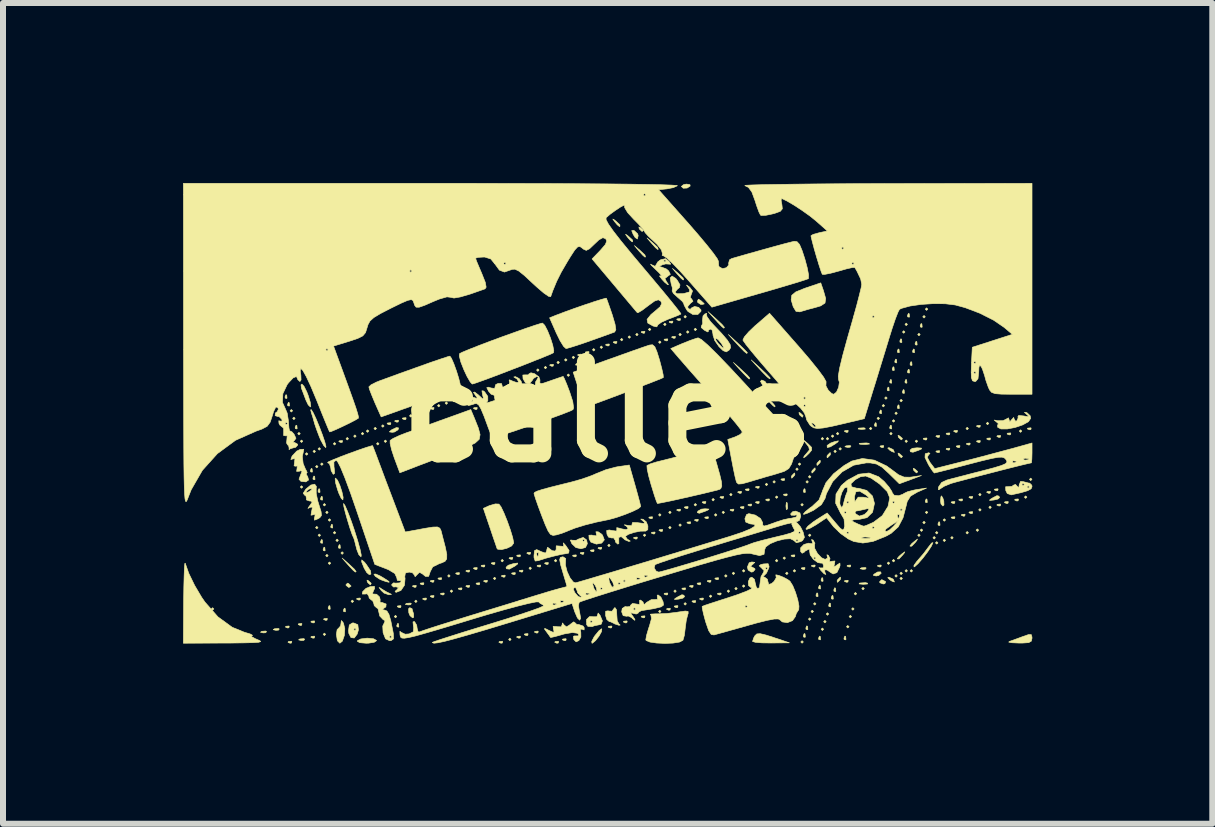
<source format=kicad_pcb>
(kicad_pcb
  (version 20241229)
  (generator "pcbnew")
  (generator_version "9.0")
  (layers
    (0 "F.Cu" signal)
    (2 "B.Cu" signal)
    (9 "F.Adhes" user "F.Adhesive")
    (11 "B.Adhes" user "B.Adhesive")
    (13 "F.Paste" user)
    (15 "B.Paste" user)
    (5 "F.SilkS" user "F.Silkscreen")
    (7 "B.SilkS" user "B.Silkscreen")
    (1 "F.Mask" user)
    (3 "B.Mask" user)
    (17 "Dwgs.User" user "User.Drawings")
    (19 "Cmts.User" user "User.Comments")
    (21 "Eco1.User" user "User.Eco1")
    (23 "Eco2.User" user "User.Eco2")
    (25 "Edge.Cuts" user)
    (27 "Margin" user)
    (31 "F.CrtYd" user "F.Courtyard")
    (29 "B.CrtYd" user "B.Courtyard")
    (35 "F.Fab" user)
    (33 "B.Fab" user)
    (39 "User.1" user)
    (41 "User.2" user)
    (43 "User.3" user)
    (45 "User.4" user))
  (footprint "calles"
    (layer "F.Cu")
    (at 7.075 3.815)
    (property "Reference" "calles" (at 0 0 0) (layer "F.SilkS") (effects (font (size 1.524 1.524) (thickness 0.3))))
    (attr through_hole)
    (fp_poly (pts (xy -6.562 3.281) (xy -6.583 3.302) (xy -6.604 3.281) (xy -6.583 3.26) (xy -6.562 3.281)) (stroke (width 0.01) (type solid)) (fill yes) (layer "F.SilkS"))
    (fp_poly (pts (xy -5.249 -0.021) (xy -5.271 0) (xy -5.292 -0.021) (xy -5.271 -0.042) (xy -5.249 -0.021)) (stroke (width 0.01) (type solid)) (fill yes) (layer "F.SilkS"))
    (fp_poly (pts (xy -5.207 0.106) (xy -5.228 0.127) (xy -5.249 0.106) (xy -5.228 0.085) (xy -5.207 0.106)) (stroke (width 0.01) (type solid)) (fill yes) (layer "F.SilkS"))
    (fp_poly (pts (xy -5.122 0.36) (xy -5.144 0.381) (xy -5.165 0.36) (xy -5.144 0.339) (xy -5.122 0.36)) (stroke (width 0.01) (type solid)) (fill yes) (layer "F.SilkS"))
    (fp_poly (pts (xy -5.08 0.487) (xy -5.101 0.508) (xy -5.122 0.487) (xy -5.101 0.466) (xy -5.08 0.487)) (stroke (width 0.01) (type solid)) (fill yes) (layer "F.SilkS"))
    (fp_poly (pts (xy -5.08 1.249) (xy -5.101 1.27) (xy -5.122 1.249) (xy -5.101 1.228) (xy -5.08 1.249)) (stroke (width 0.01) (type solid)) (fill yes) (layer "F.SilkS"))
    (fp_poly (pts (xy -4.995 0.699) (xy -5.016 0.72) (xy -5.038 0.699) (xy -5.016 0.677) (xy -4.995 0.699)) (stroke (width 0.01) (type solid)) (fill yes) (layer "F.SilkS"))
    (fp_poly (pts (xy -4.868 0.656) (xy -4.889 0.677) (xy -4.911 0.656) (xy -4.889 0.635) (xy -4.868 0.656)) (stroke (width 0.01) (type solid)) (fill yes) (layer "F.SilkS"))
    (fp_poly (pts (xy -4.826 0.91) (xy -4.847 0.931) (xy -4.868 0.91) (xy -4.847 0.889) (xy -4.826 0.91)) (stroke (width 0.01) (type solid)) (fill yes) (layer "F.SilkS"))
    (fp_poly (pts (xy -4.826 1.926) (xy -4.847 1.947) (xy -4.868 1.926) (xy -4.847 1.905) (xy -4.826 1.926)) (stroke (width 0.01) (type solid)) (fill yes) (layer "F.SilkS"))
    (fp_poly (pts (xy -4.784 0.614) (xy -4.805 0.635) (xy -4.826 0.614) (xy -4.805 0.593) (xy -4.784 0.614)) (stroke (width 0.01) (type solid)) (fill yes) (layer "F.SilkS"))
    (fp_poly (pts (xy -4.784 2.053) (xy -4.805 2.074) (xy -4.826 2.053) (xy -4.805 2.032) (xy -4.784 2.053)) (stroke (width 0.01) (type solid)) (fill yes) (layer "F.SilkS"))
    (fp_poly (pts (xy -4.741 0.868) (xy -4.763 0.889) (xy -4.784 0.868) (xy -4.763 0.847) (xy -4.741 0.868)) (stroke (width 0.01) (type solid)) (fill yes) (layer "F.SilkS"))
    (fp_poly (pts (xy -4.699 1.545) (xy -4.72 1.566) (xy -4.741 1.545) (xy -4.72 1.524) (xy -4.699 1.545)) (stroke (width 0.01) (type solid)) (fill yes) (layer "F.SilkS"))
    (fp_poly (pts (xy -4.699 3.704) (xy -4.72 3.725) (xy -4.741 3.704) (xy -4.72 3.683) (xy -4.699 3.704)) (stroke (width 0.01) (type solid)) (fill yes) (layer "F.SilkS"))
    (fp_poly (pts (xy -4.657 1.672) (xy -4.678 1.693) (xy -4.699 1.672) (xy -4.678 1.651) (xy -4.657 1.672)) (stroke (width 0.01) (type solid)) (fill yes) (layer "F.SilkS"))
    (fp_poly (pts (xy -4.657 2.392) (xy -4.678 2.413) (xy -4.699 2.392) (xy -4.678 2.371) (xy -4.657 2.392)) (stroke (width 0.01) (type solid)) (fill yes) (layer "F.SilkS"))
    (fp_poly (pts (xy -4.614 1.799) (xy -4.636 1.82) (xy -4.657 1.799) (xy -4.636 1.778) (xy -4.614 1.799)) (stroke (width 0.01) (type solid)) (fill yes) (layer "F.SilkS"))
    (fp_poly (pts (xy -4.614 2.519) (xy -4.636 2.54) (xy -4.657 2.519) (xy -4.636 2.498) (xy -4.614 2.519)) (stroke (width 0.01) (type solid)) (fill yes) (layer "F.SilkS"))
    (fp_poly (pts (xy -4.53 0.529) (xy -4.551 0.55) (xy -4.572 0.529) (xy -4.551 0.508) (xy -4.53 0.529)) (stroke (width 0.01) (type solid)) (fill yes) (layer "F.SilkS"))
    (fp_poly (pts (xy -4.53 2.011) (xy -4.551 2.032) (xy -4.572 2.011) (xy -4.551 1.99) (xy -4.53 2.011)) (stroke (width 0.01) (type solid)) (fill yes) (layer "F.SilkS"))
    (fp_poly (pts (xy -4.487 2.138) (xy -4.508 2.159) (xy -4.53 2.138) (xy -4.508 2.117) (xy -4.487 2.138)) (stroke (width 0.01) (type solid)) (fill yes) (layer "F.SilkS"))
    (fp_poly (pts (xy -4.403 2.349) (xy -4.424 2.371) (xy -4.445 2.349) (xy -4.424 2.328) (xy -4.403 2.349)) (stroke (width 0.01) (type solid)) (fill yes) (layer "F.SilkS"))
    (fp_poly (pts (xy -4.318 0.445) (xy -4.339 0.466) (xy -4.36 0.445) (xy -4.339 0.423) (xy -4.318 0.445)) (stroke (width 0.01) (type solid)) (fill yes) (layer "F.SilkS"))
    (fp_poly (pts (xy -4.233 3.154) (xy -4.255 3.175) (xy -4.276 3.154) (xy -4.255 3.133) (xy -4.233 3.154)) (stroke (width 0.01) (type solid)) (fill yes) (layer "F.SilkS"))
    (fp_poly (pts (xy -4.191 0.402) (xy -4.212 0.423) (xy -4.233 0.402) (xy -4.212 0.381) (xy -4.191 0.402)) (stroke (width 0.01) (type solid)) (fill yes) (layer "F.SilkS"))
    (fp_poly (pts (xy -4.064 0.36) (xy -4.085 0.381) (xy -4.106 0.36) (xy -4.085 0.339) (xy -4.064 0.36)) (stroke (width 0.01) (type solid)) (fill yes) (layer "F.SilkS"))
    (fp_poly (pts (xy -3.979 0.318) (xy -4 0.339) (xy -4.022 0.318) (xy -4 0.296) (xy -3.979 0.318)) (stroke (width 0.01) (type solid)) (fill yes) (layer "F.SilkS"))
    (fp_poly (pts (xy -3.852 0.275) (xy -3.873 0.296) (xy -3.895 0.275) (xy -3.873 0.254) (xy -3.852 0.275)) (stroke (width 0.01) (type solid)) (fill yes) (layer "F.SilkS"))
    (fp_poly (pts (xy -3.81 0.529) (xy -3.831 0.55) (xy -3.852 0.529) (xy -3.831 0.508) (xy -3.81 0.529)) (stroke (width 0.01) (type solid)) (fill yes) (layer "F.SilkS"))
    (fp_poly (pts (xy -3.725 0.233) (xy -3.747 0.254) (xy -3.768 0.233) (xy -3.747 0.212) (xy -3.725 0.233)) (stroke (width 0.01) (type solid)) (fill yes) (layer "F.SilkS"))
    (fp_poly (pts (xy -3.683 0.487) (xy -3.704 0.508) (xy -3.725 0.487) (xy -3.704 0.466) (xy -3.683 0.487)) (stroke (width 0.01) (type solid)) (fill yes) (layer "F.SilkS"))
    (fp_poly (pts (xy -3.514 3.408) (xy -3.535 3.429) (xy -3.556 3.408) (xy -3.535 3.387) (xy -3.514 3.408)) (stroke (width 0.01) (type solid)) (fill yes) (layer "F.SilkS"))
    (fp_poly (pts (xy -3.26 0.064) (xy -3.281 0.085) (xy -3.302 0.064) (xy -3.281 0.042) (xy -3.26 0.064)) (stroke (width 0.01) (type solid)) (fill yes) (layer "F.SilkS"))
    (fp_poly (pts (xy -3.175 3.154) (xy -3.196 3.175) (xy -3.217 3.154) (xy -3.196 3.133) (xy -3.175 3.154)) (stroke (width 0.01) (type solid)) (fill yes) (layer "F.SilkS"))
    (fp_poly (pts (xy -3.006 -0.021) (xy -3.027 0) (xy -3.048 -0.021) (xy -3.027 -0.042) (xy -3.006 -0.021)) (stroke (width 0.01) (type solid)) (fill yes) (layer "F.SilkS"))
    (fp_poly (pts (xy -2.794 -0.106) (xy -2.815 -0.085) (xy -2.836 -0.106) (xy -2.815 -0.127) (xy -2.794 -0.106)) (stroke (width 0.01) (type solid)) (fill yes) (layer "F.SilkS"))
    (fp_poly (pts (xy -2.667 -0.148) (xy -2.688 -0.127) (xy -2.709 -0.148) (xy -2.688 -0.169) (xy -2.667 -0.148)) (stroke (width 0.01) (type solid)) (fill yes) (layer "F.SilkS"))
    (fp_poly (pts (xy -2.625 2.731) (xy -2.646 2.752) (xy -2.667 2.731) (xy -2.646 2.709) (xy -2.625 2.731)) (stroke (width 0.01) (type solid)) (fill yes) (layer "F.SilkS"))
    (fp_poly (pts (xy -2.582 2.985) (xy -2.603 3.006) (xy -2.625 2.985) (xy -2.603 2.963) (xy -2.582 2.985)) (stroke (width 0.01) (type solid)) (fill yes) (layer "F.SilkS"))
    (fp_poly (pts (xy -2.54 -0.191) (xy -2.561 -0.169) (xy -2.582 -0.191) (xy -2.561 -0.212) (xy -2.54 -0.191)) (stroke (width 0.01) (type solid)) (fill yes) (layer "F.SilkS"))
    (fp_poly (pts (xy -1.863 2.773) (xy -1.884 2.794) (xy -1.905 2.773) (xy -1.884 2.752) (xy -1.863 2.773)) (stroke (width 0.01) (type solid)) (fill yes) (layer "F.SilkS"))
    (fp_poly (pts (xy -1.736 2.477) (xy -1.757 2.498) (xy -1.778 2.477) (xy -1.757 2.455) (xy -1.736 2.477)) (stroke (width 0.01) (type solid)) (fill yes) (layer "F.SilkS"))
    (fp_poly (pts (xy -1.609 3.789) (xy -1.63 3.81) (xy -1.651 3.789) (xy -1.63 3.768) (xy -1.609 3.789)) (stroke (width 0.01) (type solid)) (fill yes) (layer "F.SilkS"))
    (fp_poly (pts (xy -1.27 2.603) (xy -1.291 2.625) (xy -1.312 2.603) (xy -1.291 2.582) (xy -1.27 2.603)) (stroke (width 0.01) (type solid)) (fill yes) (layer "F.SilkS"))
    (fp_poly (pts (xy -1.143 -0.699) (xy -1.164 -0.677) (xy -1.185 -0.699) (xy -1.164 -0.72) (xy -1.143 -0.699)) (stroke (width 0.01) (type solid)) (fill yes) (layer "F.SilkS"))
    (fp_poly (pts (xy -1.016 -0.741) (xy -1.037 -0.72) (xy -1.058 -0.741) (xy -1.037 -0.762) (xy -1.016 -0.741)) (stroke (width 0.01) (type solid)) (fill yes) (layer "F.SilkS"))
    (fp_poly (pts (xy -0.847 2.477) (xy -0.868 2.498) (xy -0.889 2.477) (xy -0.868 2.455) (xy -0.847 2.477)) (stroke (width 0.01) (type solid)) (fill yes) (layer "F.SilkS"))
    (fp_poly (pts (xy -0.804 -0.826) (xy -0.826 -0.804) (xy -0.847 -0.826) (xy -0.826 -0.847) (xy -0.804 -0.826)) (stroke (width 0.01) (type solid)) (fill yes) (layer "F.SilkS"))
    (fp_poly (pts (xy -0.677 -0.868) (xy -0.699 -0.847) (xy -0.72 -0.868) (xy -0.699 -0.889) (xy -0.677 -0.868)) (stroke (width 0.01) (type solid)) (fill yes) (layer "F.SilkS"))
    (fp_poly (pts (xy -0.635 -0.614) (xy -0.656 -0.593) (xy -0.677 -0.614) (xy -0.656 -0.635) (xy -0.635 -0.614)) (stroke (width 0.01) (type solid)) (fill yes) (layer "F.SilkS"))
    (fp_poly (pts (xy -0.55 -0.91) (xy -0.572 -0.889) (xy -0.593 -0.91) (xy -0.572 -0.931) (xy -0.55 -0.91)) (stroke (width 0.01) (type solid)) (fill yes) (layer "F.SilkS"))
    (fp_poly (pts (xy -0.212 -1.037) (xy -0.233 -1.016) (xy -0.254 -1.037) (xy -0.233 -1.058) (xy -0.212 -1.037)) (stroke (width 0.01) (type solid)) (fill yes) (layer "F.SilkS"))
    (fp_poly (pts (xy -0.085 -1.079) (xy -0.106 -1.058) (xy -0.127 -1.079) (xy -0.106 -1.101) (xy -0.085 -1.079)) (stroke (width 0.01) (type solid)) (fill yes) (layer "F.SilkS"))
    (fp_poly (pts (xy 0.042 2.223) (xy 0.021 2.244) (xy 0 2.223) (xy 0.021 2.201) (xy 0.042 2.223)) (stroke (width 0.01) (type solid)) (fill yes) (layer "F.SilkS"))
    (fp_poly (pts (xy 0.254 -1.206) (xy 0.233 -1.185) (xy 0.212 -1.206) (xy 0.233 -1.228) (xy 0.254 -1.206)) (stroke (width 0.01) (type solid)) (fill yes) (layer "F.SilkS"))
    (fp_poly (pts (xy 0.381 -1.249) (xy 0.36 -1.228) (xy 0.339 -1.249) (xy 0.36 -1.27) (xy 0.381 -1.249)) (stroke (width 0.01) (type solid)) (fill yes) (layer "F.SilkS"))
    (fp_poly (pts (xy 0.508 -1.291) (xy 0.487 -1.27) (xy 0.466 -1.291) (xy 0.487 -1.312) (xy 0.508 -1.291)) (stroke (width 0.01) (type solid)) (fill yes) (layer "F.SilkS"))
    (fp_poly (pts (xy 0.635 2.053) (xy 0.614 2.074) (xy 0.593 2.053) (xy 0.614 2.032) (xy 0.635 2.053)) (stroke (width 0.01) (type solid)) (fill yes) (layer "F.SilkS"))
    (fp_poly (pts (xy 0.72 -1.376) (xy 0.699 -1.355) (xy 0.677 -1.376) (xy 0.699 -1.397) (xy 0.72 -1.376)) (stroke (width 0.01) (type solid)) (fill yes) (layer "F.SilkS"))
    (fp_poly (pts (xy 0.889 -1.164) (xy 0.868 -1.143) (xy 0.847 -1.164) (xy 0.868 -1.185) (xy 0.889 -1.164)) (stroke (width 0.01) (type solid)) (fill yes) (layer "F.SilkS"))
    (fp_poly (pts (xy 0.889 1.714) (xy 0.868 1.736) (xy 0.847 1.714) (xy 0.868 1.693) (xy 0.889 1.714)) (stroke (width 0.01) (type solid)) (fill yes) (layer "F.SilkS"))
    (fp_poly (pts (xy 0.889 3.323) (xy 0.868 3.344) (xy 0.847 3.323) (xy 0.868 3.302) (xy 0.889 3.323)) (stroke (width 0.01) (type solid)) (fill yes) (layer "F.SilkS"))
    (fp_poly (pts (xy 0.974 -1.46) (xy 0.953 -1.439) (xy 0.931 -1.46) (xy 0.953 -1.482) (xy 0.974 -1.46)) (stroke (width 0.01) (type solid)) (fill yes) (layer "F.SilkS"))
    (fp_poly (pts (xy 1.058 1.672) (xy 1.037 1.693) (xy 1.016 1.672) (xy 1.037 1.651) (xy 1.058 1.672)) (stroke (width 0.01) (type solid)) (fill yes) (layer "F.SilkS"))
    (fp_poly (pts (xy 1.058 1.926) (xy 1.037 1.947) (xy 1.016 1.926) (xy 1.037 1.905) (xy 1.058 1.926)) (stroke (width 0.01) (type solid)) (fill yes) (layer "F.SilkS"))
    (fp_poly (pts (xy 1.143 2.985) (xy 1.122 3.006) (xy 1.101 2.985) (xy 1.122 2.963) (xy 1.143 2.985)) (stroke (width 0.01) (type solid)) (fill yes) (layer "F.SilkS"))
    (fp_poly (pts (xy 1.228 -1.291) (xy 1.206 -1.27) (xy 1.185 -1.291) (xy 1.206 -1.312) (xy 1.228 -1.291)) (stroke (width 0.01) (type solid)) (fill yes) (layer "F.SilkS"))
    (fp_poly (pts (xy 1.228 1.884) (xy 1.206 1.905) (xy 1.185 1.884) (xy 1.206 1.863) (xy 1.228 1.884)) (stroke (width 0.01) (type solid)) (fill yes) (layer "F.SilkS"))
    (fp_poly (pts (xy 1.312 -1.587) (xy 1.291 -1.566) (xy 1.27 -1.587) (xy 1.291 -1.609) (xy 1.312 -1.587)) (stroke (width 0.01) (type solid)) (fill yes) (layer "F.SilkS"))
    (fp_poly (pts (xy 1.312 3.196) (xy 1.291 3.217) (xy 1.27 3.196) (xy 1.291 3.175) (xy 1.312 3.196)) (stroke (width 0.01) (type solid)) (fill yes) (layer "F.SilkS"))
    (fp_poly (pts (xy 1.355 -1.333) (xy 1.333 -1.312) (xy 1.312 -1.333) (xy 1.333 -1.355) (xy 1.355 -1.333)) (stroke (width 0.01) (type solid)) (fill yes) (layer "F.SilkS"))
    (fp_poly (pts (xy 1.482 -1.376) (xy 1.46 -1.355) (xy 1.439 -1.376) (xy 1.46 -1.397) (xy 1.482 -1.376)) (stroke (width 0.01) (type solid)) (fill yes) (layer "F.SilkS"))
    (fp_poly (pts (xy 1.482 1.545) (xy 1.46 1.566) (xy 1.439 1.545) (xy 1.46 1.524) (xy 1.482 1.545)) (stroke (width 0.01) (type solid)) (fill yes) (layer "F.SilkS"))
    (fp_poly (pts (xy 1.736 3.069) (xy 1.714 3.09) (xy 1.693 3.069) (xy 1.714 3.048) (xy 1.736 3.069)) (stroke (width 0.01) (type solid)) (fill yes) (layer "F.SilkS"))
    (fp_poly (pts (xy 1.778 1.46) (xy 1.757 1.482) (xy 1.736 1.46) (xy 1.757 1.439) (xy 1.778 1.46)) (stroke (width 0.01) (type solid)) (fill yes) (layer "F.SilkS"))
    (fp_poly (pts (xy 1.82 1.714) (xy 1.799 1.736) (xy 1.778 1.714) (xy 1.799 1.693) (xy 1.82 1.714)) (stroke (width 0.01) (type solid)) (fill yes) (layer "F.SilkS"))
    (fp_poly (pts (xy 1.947 1.672) (xy 1.926 1.693) (xy 1.905 1.672) (xy 1.926 1.651) (xy 1.947 1.672)) (stroke (width 0.01) (type solid)) (fill yes) (layer "F.SilkS"))
    (fp_poly (pts (xy 1.99 2.731) (xy 1.968 2.752) (xy 1.947 2.731) (xy 1.968 2.709) (xy 1.99 2.731)) (stroke (width 0.01) (type solid)) (fill yes) (layer "F.SilkS"))
    (fp_poly (pts (xy 2.032 2.985) (xy 2.011 3.006) (xy 1.99 2.985) (xy 2.011 2.963) (xy 2.032 2.985)) (stroke (width 0.01) (type solid)) (fill yes) (layer "F.SilkS"))
    (fp_poly (pts (xy 2.074 1.376) (xy 2.053 1.397) (xy 2.032 1.376) (xy 2.053 1.355) (xy 2.074 1.376)) (stroke (width 0.01) (type solid)) (fill yes) (layer "F.SilkS"))
    (fp_poly (pts (xy 2.117 2.688) (xy 2.095 2.709) (xy 2.074 2.688) (xy 2.095 2.667) (xy 2.117 2.688)) (stroke (width 0.01) (type solid)) (fill yes) (layer "F.SilkS"))
    (fp_poly (pts (xy 2.159 2.942) (xy 2.138 2.963) (xy 2.117 2.942) (xy 2.138 2.921) (xy 2.159 2.942)) (stroke (width 0.01) (type solid)) (fill yes) (layer "F.SilkS"))
    (fp_poly (pts (xy 2.286 2.646) (xy 2.265 2.667) (xy 2.244 2.646) (xy 2.265 2.625) (xy 2.286 2.646)) (stroke (width 0.01) (type solid)) (fill yes) (layer "F.SilkS"))
    (fp_poly (pts (xy 2.286 2.9) (xy 2.265 2.921) (xy 2.244 2.9) (xy 2.265 2.879) (xy 2.286 2.9)) (stroke (width 0.01) (type solid)) (fill yes) (layer "F.SilkS"))
    (fp_poly (pts (xy 2.667 1.206) (xy 2.646 1.228) (xy 2.625 1.206) (xy 2.646 1.185) (xy 2.667 1.206)) (stroke (width 0.01) (type solid)) (fill yes) (layer "F.SilkS"))
    (fp_poly (pts (xy 2.794 1.164) (xy 2.773 1.185) (xy 2.752 1.164) (xy 2.773 1.143) (xy 2.794 1.164)) (stroke (width 0.01) (type solid)) (fill yes) (layer "F.SilkS"))
    (fp_poly (pts (xy 2.836 1.418) (xy 2.815 1.439) (xy 2.794 1.418) (xy 2.815 1.397) (xy 2.836 1.418)) (stroke (width 0.01) (type solid)) (fill yes) (layer "F.SilkS"))
    (fp_poly (pts (xy 2.836 2.477) (xy 2.815 2.498) (xy 2.794 2.477) (xy 2.815 2.455) (xy 2.836 2.477)) (stroke (width 0.01) (type solid)) (fill yes) (layer "F.SilkS"))
    (fp_poly (pts (xy 2.963 2.434) (xy 2.942 2.455) (xy 2.921 2.434) (xy 2.942 2.413) (xy 2.963 2.434)) (stroke (width 0.01) (type solid)) (fill yes) (layer "F.SilkS"))
    (fp_poly (pts (xy 3.006 2.688) (xy 2.985 2.709) (xy 2.963 2.688) (xy 2.985 2.667) (xy 3.006 2.688)) (stroke (width 0.01) (type solid)) (fill yes) (layer "F.SilkS"))
    (fp_poly (pts (xy 3.133 2.646) (xy 3.111 2.667) (xy 3.09 2.646) (xy 3.111 2.625) (xy 3.133 2.646)) (stroke (width 0.01) (type solid)) (fill yes) (layer "F.SilkS"))
    (fp_poly (pts (xy 3.175 0.953) (xy 3.154 0.974) (xy 3.133 0.953) (xy 3.154 0.931) (xy 3.175 0.953)) (stroke (width 0.01) (type solid)) (fill yes) (layer "F.SilkS"))
    (fp_poly (pts (xy 3.217 0.868) (xy 3.196 0.889) (xy 3.175 0.868) (xy 3.196 0.847) (xy 3.217 0.868)) (stroke (width 0.01) (type solid)) (fill yes) (layer "F.SilkS"))
    (fp_poly (pts (xy 3.26 1.545) (xy 3.239 1.566) (xy 3.217 1.545) (xy 3.239 1.524) (xy 3.26 1.545)) (stroke (width 0.01) (type solid)) (fill yes) (layer "F.SilkS"))
    (fp_poly (pts (xy 3.26 3.831) (xy 3.239 3.852) (xy 3.217 3.831) (xy 3.239 3.81) (xy 3.26 3.831)) (stroke (width 0.01) (type solid)) (fill yes) (layer "F.SilkS"))
    (fp_poly (pts (xy 3.344 1.164) (xy 3.323 1.185) (xy 3.302 1.164) (xy 3.323 1.143) (xy 3.344 1.164)) (stroke (width 0.01) (type solid)) (fill yes) (layer "F.SilkS"))
    (fp_poly (pts (xy 3.387 1.079) (xy 3.365 1.101) (xy 3.344 1.079) (xy 3.365 1.058) (xy 3.387 1.079)) (stroke (width 0.01) (type solid)) (fill yes) (layer "F.SilkS"))
    (fp_poly (pts (xy 3.387 2.053) (xy 3.365 2.074) (xy 3.344 2.053) (xy 3.365 2.032) (xy 3.387 2.053)) (stroke (width 0.01) (type solid)) (fill yes) (layer "F.SilkS"))
    (fp_poly (pts (xy 3.387 3.45) (xy 3.365 3.471) (xy 3.344 3.45) (xy 3.365 3.429) (xy 3.387 3.45)) (stroke (width 0.01) (type solid)) (fill yes) (layer "F.SilkS"))
    (fp_poly (pts (xy 3.429 3.323) (xy 3.408 3.344) (xy 3.387 3.323) (xy 3.408 3.302) (xy 3.429 3.323)) (stroke (width 0.01) (type solid)) (fill yes) (layer "F.SilkS"))
    (fp_poly (pts (xy 3.471 3.196) (xy 3.45 3.217) (xy 3.429 3.196) (xy 3.45 3.175) (xy 3.471 3.196)) (stroke (width 0.01) (type solid)) (fill yes) (layer "F.SilkS"))
    (fp_poly (pts (xy 3.598 0.445) (xy 3.577 0.466) (xy 3.556 0.445) (xy 3.577 0.423) (xy 3.598 0.445)) (stroke (width 0.01) (type solid)) (fill yes) (layer "F.SilkS"))
    (fp_poly (pts (xy 3.598 3.619) (xy 3.577 3.641) (xy 3.556 3.619) (xy 3.577 3.598) (xy 3.598 3.619)) (stroke (width 0.01) (type solid)) (fill yes) (layer "F.SilkS"))
    (fp_poly (pts (xy 3.641 3.493) (xy 3.619 3.514) (xy 3.598 3.493) (xy 3.619 3.471) (xy 3.641 3.493)) (stroke (width 0.01) (type solid)) (fill yes) (layer "F.SilkS"))
    (fp_poly (pts (xy 3.683 0.445) (xy 3.662 0.466) (xy 3.641 0.445) (xy 3.662 0.423) (xy 3.683 0.445)) (stroke (width 0.01) (type solid)) (fill yes) (layer "F.SilkS"))
    (fp_poly (pts (xy 3.683 3.365) (xy 3.662 3.387) (xy 3.641 3.365) (xy 3.662 3.344) (xy 3.683 3.365)) (stroke (width 0.01) (type solid)) (fill yes) (layer "F.SilkS"))
    (fp_poly (pts (xy 3.768 0.402) (xy 3.747 0.423) (xy 3.725 0.402) (xy 3.747 0.381) (xy 3.768 0.402)) (stroke (width 0.01) (type solid)) (fill yes) (layer "F.SilkS"))
    (fp_poly (pts (xy 3.81 0.656) (xy 3.789 0.677) (xy 3.768 0.656) (xy 3.789 0.635) (xy 3.81 0.656)) (stroke (width 0.01) (type solid)) (fill yes) (layer "F.SilkS"))
    (fp_poly (pts (xy 3.852 0.36) (xy 3.831 0.381) (xy 3.81 0.36) (xy 3.831 0.339) (xy 3.852 0.36)) (stroke (width 0.01) (type solid)) (fill yes) (layer "F.SilkS"))
    (fp_poly (pts (xy 3.895 0.614) (xy 3.873 0.635) (xy 3.852 0.614) (xy 3.873 0.593) (xy 3.895 0.614)) (stroke (width 0.01) (type solid)) (fill yes) (layer "F.SilkS"))
    (fp_poly (pts (xy 4.022 3.577) (xy 4 3.598) (xy 3.979 3.577) (xy 4 3.556) (xy 4.022 3.577)) (stroke (width 0.01) (type solid)) (fill yes) (layer "F.SilkS"))
    (fp_poly (pts (xy 4.064 3.408) (xy 4.043 3.429) (xy 4.022 3.408) (xy 4.043 3.387) (xy 4.064 3.408)) (stroke (width 0.01) (type solid)) (fill yes) (layer "F.SilkS"))
    (fp_poly (pts (xy 4.106 3.281) (xy 4.085 3.302) (xy 4.064 3.281) (xy 4.085 3.26) (xy 4.106 3.281)) (stroke (width 0.01) (type solid)) (fill yes) (layer "F.SilkS"))
    (fp_poly (pts (xy 4.149 3.027) (xy 4.128 3.048) (xy 4.106 3.027) (xy 4.128 3.006) (xy 4.149 3.027)) (stroke (width 0.01) (type solid)) (fill yes) (layer "F.SilkS"))
    (fp_poly (pts (xy 4.276 2.942) (xy 4.255 2.963) (xy 4.233 2.942) (xy 4.255 2.921) (xy 4.276 2.942)) (stroke (width 0.01) (type solid)) (fill yes) (layer "F.SilkS"))
    (fp_poly (pts (xy 4.403 0.275) (xy 4.381 0.296) (xy 4.36 0.275) (xy 4.381 0.254) (xy 4.403 0.275)) (stroke (width 0.01) (type solid)) (fill yes) (layer "F.SilkS"))
    (fp_poly (pts (xy 4.53 0.106) (xy 4.508 0.127) (xy 4.487 0.106) (xy 4.508 0.085) (xy 4.53 0.106)) (stroke (width 0.01) (type solid)) (fill yes) (layer "F.SilkS"))
    (fp_poly (pts (xy 4.614 -0.106) (xy 4.593 -0.085) (xy 4.572 -0.106) (xy 4.593 -0.127) (xy 4.614 -0.106)) (stroke (width 0.01) (type solid)) (fill yes) (layer "F.SilkS"))
    (fp_poly (pts (xy 4.657 -0.233) (xy 4.636 -0.212) (xy 4.614 -0.233) (xy 4.636 -0.254) (xy 4.657 -0.233)) (stroke (width 0.01) (type solid)) (fill yes) (layer "F.SilkS"))
    (fp_poly (pts (xy 4.699 2.519) (xy 4.678 2.54) (xy 4.657 2.519) (xy 4.678 2.498) (xy 4.699 2.519)) (stroke (width 0.01) (type solid)) (fill yes) (layer "F.SilkS"))
    (fp_poly (pts (xy 4.741 0.36) (xy 4.72 0.381) (xy 4.699 0.36) (xy 4.72 0.339) (xy 4.741 0.36)) (stroke (width 0.01) (type solid)) (fill yes) (layer "F.SilkS"))
    (fp_poly (pts (xy 4.784 0.148) (xy 4.763 0.169) (xy 4.741 0.148) (xy 4.763 0.127) (xy 4.784 0.148)) (stroke (width 0.01) (type solid)) (fill yes) (layer "F.SilkS"))
    (fp_poly (pts (xy 4.784 2.477) (xy 4.763 2.498) (xy 4.741 2.477) (xy 4.763 2.455) (xy 4.784 2.477)) (stroke (width 0.01) (type solid)) (fill yes) (layer "F.SilkS"))
    (fp_poly (pts (xy 4.826 0.021) (xy 4.805 0.042) (xy 4.784 0.021) (xy 4.805 0) (xy 4.826 0.021)) (stroke (width 0.01) (type solid)) (fill yes) (layer "F.SilkS"))
    (fp_poly (pts (xy 4.826 2.731) (xy 4.805 2.752) (xy 4.784 2.731) (xy 4.805 2.709) (xy 4.826 2.731)) (stroke (width 0.01) (type solid)) (fill yes) (layer "F.SilkS"))
    (fp_poly (pts (xy 4.911 -0.191) (xy 4.889 -0.169) (xy 4.868 -0.191) (xy 4.889 -0.212) (xy 4.911 -0.191)) (stroke (width 0.01) (type solid)) (fill yes) (layer "F.SilkS"))
    (fp_poly (pts (xy 4.911 2.688) (xy 4.889 2.709) (xy 4.868 2.688) (xy 4.889 2.667) (xy 4.911 2.688)) (stroke (width 0.01) (type solid)) (fill yes) (layer "F.SilkS"))
    (fp_poly (pts (xy 4.911 2.773) (xy 4.889 2.794) (xy 4.868 2.773) (xy 4.889 2.752) (xy 4.911 2.773)) (stroke (width 0.01) (type solid)) (fill yes) (layer "F.SilkS"))
    (fp_poly (pts (xy 4.953 -1.333) (xy 4.932 -1.312) (xy 4.911 -1.333) (xy 4.932 -1.355) (xy 4.953 -1.333)) (stroke (width 0.01) (type solid)) (fill yes) (layer "F.SilkS"))
    (fp_poly (pts (xy 4.995 -1.46) (xy 4.974 -1.439) (xy 4.953 -1.46) (xy 4.974 -1.482) (xy 4.995 -1.46)) (stroke (width 0.01) (type solid)) (fill yes) (layer "F.SilkS"))
    (fp_poly (pts (xy 4.995 0.487) (xy 4.974 0.508) (xy 4.953 0.487) (xy 4.974 0.466) (xy 4.995 0.487)) (stroke (width 0.01) (type solid)) (fill yes) (layer "F.SilkS"))
    (fp_poly (pts (xy 4.995 2.646) (xy 4.974 2.667) (xy 4.953 2.646) (xy 4.974 2.625) (xy 4.995 2.646)) (stroke (width 0.01) (type solid)) (fill yes) (layer "F.SilkS"))
    (fp_poly (pts (xy 5.08 2.646) (xy 5.059 2.667) (xy 5.038 2.646) (xy 5.059 2.625) (xy 5.08 2.646)) (stroke (width 0.01) (type solid)) (fill yes) (layer "F.SilkS"))
    (fp_poly (pts (xy 5.165 0.487) (xy 5.144 0.508) (xy 5.122 0.487) (xy 5.144 0.466) (xy 5.165 0.487)) (stroke (width 0.01) (type solid)) (fill yes) (layer "F.SilkS"))
    (fp_poly (pts (xy 5.207 -1.291) (xy 5.186 -1.27) (xy 5.165 -1.291) (xy 5.186 -1.312) (xy 5.207 -1.291)) (stroke (width 0.01) (type solid)) (fill yes) (layer "F.SilkS"))
    (fp_poly (pts (xy 5.207 2.053) (xy 5.186 2.074) (xy 5.165 2.053) (xy 5.186 2.032) (xy 5.207 2.053)) (stroke (width 0.01) (type solid)) (fill yes) (layer "F.SilkS"))
    (fp_poly (pts (xy 5.249 1.968) (xy 5.228 1.99) (xy 5.207 1.968) (xy 5.228 1.947) (xy 5.249 1.968)) (stroke (width 0.01) (type solid)) (fill yes) (layer "F.SilkS"))
    (fp_poly (pts (xy 5.292 -1.587) (xy 5.271 -1.566) (xy 5.249 -1.587) (xy 5.271 -1.609) (xy 5.292 -1.587)) (stroke (width 0.01) (type solid)) (fill yes) (layer "F.SilkS"))
    (fp_poly (pts (xy 5.292 1.841) (xy 5.271 1.863) (xy 5.249 1.841) (xy 5.271 1.82) (xy 5.292 1.841)) (stroke (width 0.01) (type solid)) (fill yes) (layer "F.SilkS"))
    (fp_poly (pts (xy 5.334 -1.714) (xy 5.313 -1.693) (xy 5.292 -1.714) (xy 5.313 -1.736) (xy 5.334 -1.714)) (stroke (width 0.01) (type solid)) (fill yes) (layer "F.SilkS"))
    (fp_poly (pts (xy 5.334 1.672) (xy 5.313 1.693) (xy 5.292 1.672) (xy 5.313 1.651) (xy 5.334 1.672)) (stroke (width 0.01) (type solid)) (fill yes) (layer "F.SilkS"))
    (fp_poly (pts (xy 5.461 2.095) (xy 5.44 2.117) (xy 5.419 2.095) (xy 5.44 2.074) (xy 5.461 2.095)) (stroke (width 0.01) (type solid)) (fill yes) (layer "F.SilkS"))
    (fp_poly (pts (xy 5.503 2.011) (xy 5.482 2.032) (xy 5.461 2.011) (xy 5.482 1.99) (xy 5.503 2.011)) (stroke (width 0.01) (type solid)) (fill yes) (layer "F.SilkS"))
    (fp_poly (pts (xy 5.503 2.18) (xy 5.482 2.201) (xy 5.461 2.18) (xy 5.482 2.159) (xy 5.503 2.18)) (stroke (width 0.01) (type solid)) (fill yes) (layer "F.SilkS"))
    (fp_poly (pts (xy 5.63 1.799) (xy 5.609 1.82) (xy 5.588 1.799) (xy 5.609 1.778) (xy 5.63 1.799)) (stroke (width 0.01) (type solid)) (fill yes) (layer "F.SilkS"))
    (fp_poly (pts (xy 5.63 2.138) (xy 5.609 2.159) (xy 5.588 2.138) (xy 5.609 2.117) (xy 5.63 2.138)) (stroke (width 0.01) (type solid)) (fill yes) (layer "F.SilkS"))
    (fp_poly (pts (xy 5.757 2.095) (xy 5.736 2.117) (xy 5.715 2.095) (xy 5.736 2.074) (xy 5.757 2.095)) (stroke (width 0.01) (type solid)) (fill yes) (layer "F.SilkS"))
    (fp_poly (pts (xy 6.011 0.275) (xy 5.99 0.296) (xy 5.969 0.275) (xy 5.99 0.254) (xy 6.011 0.275)) (stroke (width 0.01) (type solid)) (fill yes) (layer "F.SilkS"))
    (fp_poly (pts (xy 6.011 2.011) (xy 5.99 2.032) (xy 5.969 2.011) (xy 5.99 1.99) (xy 6.011 2.011)) (stroke (width 0.01) (type solid)) (fill yes) (layer "F.SilkS"))
    (fp_poly (pts (xy 6.181 1.968) (xy 6.16 1.99) (xy 6.138 1.968) (xy 6.16 1.947) (xy 6.181 1.968)) (stroke (width 0.01) (type solid)) (fill yes) (layer "F.SilkS"))
    (fp_poly (pts (xy 6.223 1.376) (xy 6.202 1.397) (xy 6.181 1.376) (xy 6.202 1.355) (xy 6.223 1.376)) (stroke (width 0.01) (type solid)) (fill yes) (layer "F.SilkS"))
    (fp_poly (pts (xy 6.223 1.63) (xy 6.202 1.651) (xy 6.181 1.63) (xy 6.202 1.609) (xy 6.223 1.63)) (stroke (width 0.01) (type solid)) (fill yes) (layer "F.SilkS"))
    (fp_poly (pts (xy 6.35 0.191) (xy 6.329 0.212) (xy 6.308 0.191) (xy 6.329 0.169) (xy 6.35 0.191)) (stroke (width 0.01) (type solid)) (fill yes) (layer "F.SilkS"))
    (fp_poly (pts (xy 6.392 1.587) (xy 6.371 1.609) (xy 6.35 1.587) (xy 6.371 1.566) (xy 6.392 1.587)) (stroke (width 0.01) (type solid)) (fill yes) (layer "F.SilkS"))
    (fp_poly (pts (xy 6.9 0.318) (xy 6.879 0.339) (xy 6.858 0.318) (xy 6.879 0.296) (xy 6.9 0.318)) (stroke (width 0.01) (type solid)) (fill yes) (layer "F.SilkS"))
    (fp_poly (pts (xy 6.985 1.418) (xy 6.964 1.439) (xy 6.943 1.418) (xy 6.964 1.397) (xy 6.985 1.418)) (stroke (width 0.01) (type solid)) (fill yes) (layer "F.SilkS"))
    (fp_poly (pts (xy 7.07 1.122) (xy 7.048 1.143) (xy 7.027 1.122) (xy 7.048 1.101) (xy 7.07 1.122)) (stroke (width 0.01) (type solid)) (fill yes) (layer "F.SilkS"))
    (fp_poly (pts (xy -5.684 3.657) (xy -5.697 3.677) (xy -5.74 3.68) (xy -5.785 3.669) (xy -5.765 3.654) (xy -5.699 3.649) (xy -5.684 3.657)) (stroke (width 0.01) (type solid)) (fill yes) (layer "F.SilkS"))
    (fp_poly (pts (xy -5.472 3.615) (xy -5.485 3.634) (xy -5.528 3.637) (xy -5.573 3.627) (xy -5.554 3.612) (xy -5.487 3.607) (xy -5.472 3.615)) (stroke (width 0.01) (type solid)) (fill yes) (layer "F.SilkS"))
    (fp_poly (pts (xy -5.348 -0.282) (xy -5.343 -0.232) (xy -5.348 -0.226) (xy -5.373 -0.232) (xy -5.376 -0.254) (xy -5.361 -0.289) (xy -5.348 -0.282)) (stroke (width 0.01) (type solid)) (fill yes) (layer "F.SilkS"))
    (fp_poly (pts (xy -5.306 -0.155) (xy -5.301 -0.105) (xy -5.306 -0.099) (xy -5.331 -0.105) (xy -5.334 -0.127) (xy -5.319 -0.162) (xy -5.306 -0.155)) (stroke (width 0.01) (type solid)) (fill yes) (layer "F.SilkS"))
    (fp_poly (pts (xy -5.306 3.57) (xy -5.312 3.595) (xy -5.334 3.598) (xy -5.369 3.583) (xy -5.362 3.57) (xy -5.312 3.565) (xy -5.306 3.57)) (stroke (width 0.01) (type solid)) (fill yes) (layer "F.SilkS"))
    (fp_poly (pts (xy -5.263 3.824) (xy -5.269 3.849) (xy -5.292 3.852) (xy -5.327 3.837) (xy -5.32 3.824) (xy -5.27 3.819) (xy -5.263 3.824)) (stroke (width 0.01) (type solid)) (fill yes) (layer "F.SilkS"))
    (fp_poly (pts (xy -5.179 0.226) (xy -5.174 0.276) (xy -5.179 0.282) (xy -5.204 0.276) (xy -5.207 0.254) (xy -5.192 0.219) (xy -5.179 0.226)) (stroke (width 0.01) (type solid)) (fill yes) (layer "F.SilkS"))
    (fp_poly (pts (xy -5.094 3.528) (xy -5.1 3.553) (xy -5.122 3.556) (xy -5.157 3.541) (xy -5.151 3.528) (xy -5.1 3.523) (xy -5.094 3.528)) (stroke (width 0.01) (type solid)) (fill yes) (layer "F.SilkS"))
    (fp_poly (pts (xy -5.049 3.784) (xy -5.062 3.804) (xy -5.105 3.807) (xy -5.15 3.796) (xy -5.13 3.781) (xy -5.064 3.776) (xy -5.049 3.784)) (stroke (width 0.01) (type solid)) (fill yes) (layer "F.SilkS"))
    (fp_poly (pts (xy -4.925 0.945) (xy -4.92 0.996) (xy -4.925 1.002) (xy -4.95 0.996) (xy -4.953 0.974) (xy -4.938 0.939) (xy -4.925 0.945)) (stroke (width 0.01) (type solid)) (fill yes) (layer "F.SilkS"))
    (fp_poly (pts (xy -4.882 1.072) (xy -4.877 1.123) (xy -4.882 1.129) (xy -4.908 1.123) (xy -4.911 1.101) (xy -4.895 1.066) (xy -4.882 1.072)) (stroke (width 0.01) (type solid)) (fill yes) (layer "F.SilkS"))
    (fp_poly (pts (xy -4.882 3.485) (xy -4.888 3.511) (xy -4.911 3.514) (xy -4.946 3.498) (xy -4.939 3.485) (xy -4.889 3.48) (xy -4.882 3.485)) (stroke (width 0.01) (type solid)) (fill yes) (layer "F.SilkS"))
    (fp_poly (pts (xy -4.882 3.739) (xy -4.888 3.765) (xy -4.911 3.768) (xy -4.946 3.752) (xy -4.939 3.739) (xy -4.889 3.734) (xy -4.882 3.739)) (stroke (width 0.01) (type solid)) (fill yes) (layer "F.SilkS"))
    (fp_poly (pts (xy -4.798 1.284) (xy -4.793 1.334) (xy -4.798 1.341) (xy -4.823 1.335) (xy -4.826 1.312) (xy -4.811 1.277) (xy -4.798 1.284)) (stroke (width 0.01) (type solid)) (fill yes) (layer "F.SilkS"))
    (fp_poly (pts (xy -4.755 1.411) (xy -4.75 1.461) (xy -4.755 1.468) (xy -4.781 1.462) (xy -4.784 1.439) (xy -4.768 1.404) (xy -4.755 1.411)) (stroke (width 0.01) (type solid)) (fill yes) (layer "F.SilkS"))
    (fp_poly (pts (xy -4.755 2.131) (xy -4.75 2.181) (xy -4.755 2.187) (xy -4.781 2.181) (xy -4.784 2.159) (xy -4.768 2.124) (xy -4.755 2.131)) (stroke (width 0.01) (type solid)) (fill yes) (layer "F.SilkS"))
    (fp_poly (pts (xy -4.713 2.258) (xy -4.708 2.308) (xy -4.713 2.314) (xy -4.738 2.308) (xy -4.741 2.286) (xy -4.726 2.251) (xy -4.713 2.258)) (stroke (width 0.01) (type solid)) (fill yes) (layer "F.SilkS"))
    (fp_poly (pts (xy -4.671 3.443) (xy -4.677 3.468) (xy -4.699 3.471) (xy -4.734 3.456) (xy -4.727 3.443) (xy -4.677 3.438) (xy -4.671 3.443)) (stroke (width 0.01) (type solid)) (fill yes) (layer "F.SilkS"))
    (fp_poly (pts (xy -4.628 3.231) (xy -4.623 3.282) (xy -4.628 3.288) (xy -4.654 3.282) (xy -4.657 3.26) (xy -4.641 3.225) (xy -4.628 3.231)) (stroke (width 0.01) (type solid)) (fill yes) (layer "F.SilkS"))
    (fp_poly (pts (xy -4.586 1.877) (xy -4.581 1.927) (xy -4.586 1.933) (xy -4.611 1.927) (xy -4.614 1.905) (xy -4.599 1.87) (xy -4.586 1.877)) (stroke (width 0.01) (type solid)) (fill yes) (layer "F.SilkS"))
    (fp_poly (pts (xy -4.459 2.215) (xy -4.454 2.266) (xy -4.459 2.272) (xy -4.484 2.266) (xy -4.487 2.244) (xy -4.472 2.209) (xy -4.459 2.215)) (stroke (width 0.01) (type solid)) (fill yes) (layer "F.SilkS"))
    (fp_poly (pts (xy -4.417 0.48) (xy -4.423 0.505) (xy -4.445 0.508) (xy -4.48 0.493) (xy -4.473 0.48) (xy -4.423 0.475) (xy -4.417 0.48)) (stroke (width 0.01) (type solid)) (fill yes) (layer "F.SilkS"))
    (fp_poly (pts (xy -4.374 3.274) (xy -4.369 3.324) (xy -4.374 3.33) (xy -4.4 3.324) (xy -4.403 3.302) (xy -4.387 3.267) (xy -4.374 3.274)) (stroke (width 0.01) (type solid)) (fill yes) (layer "F.SilkS"))
    (fp_poly (pts (xy -4.12 3.104) (xy -4.126 3.13) (xy -4.149 3.133) (xy -4.184 3.117) (xy -4.177 3.104) (xy -4.127 3.099) (xy -4.12 3.104)) (stroke (width 0.01) (type solid)) (fill yes) (layer "F.SilkS"))
    (fp_poly (pts (xy -3.612 0.183) (xy -3.618 0.209) (xy -3.641 0.212) (xy -3.676 0.196) (xy -3.669 0.183) (xy -3.619 0.178) (xy -3.612 0.183)) (stroke (width 0.01) (type solid)) (fill yes) (layer "F.SilkS"))
    (fp_poly (pts (xy -3.485 0.141) (xy -3.491 0.166) (xy -3.514 0.169) (xy -3.549 0.154) (xy -3.542 0.141) (xy -3.492 0.136) (xy -3.485 0.141)) (stroke (width 0.01) (type solid)) (fill yes) (layer "F.SilkS"))
    (fp_poly (pts (xy -3.485 3.528) (xy -3.48 3.578) (xy -3.485 3.584) (xy -3.511 3.578) (xy -3.514 3.556) (xy -3.498 3.521) (xy -3.485 3.528)) (stroke (width 0.01) (type solid)) (fill yes) (layer "F.SilkS"))
    (fp_poly (pts (xy -3.443 3.231) (xy -3.449 3.257) (xy -3.471 3.26) (xy -3.506 3.244) (xy -3.5 3.231) (xy -3.449 3.226) (xy -3.443 3.231)) (stroke (width 0.01) (type solid)) (fill yes) (layer "F.SilkS"))
    (fp_poly (pts (xy -3.358 0.099) (xy -3.364 0.124) (xy -3.387 0.127) (xy -3.422 0.112) (xy -3.415 0.099) (xy -3.365 0.094) (xy -3.358 0.099)) (stroke (width 0.01) (type solid)) (fill yes) (layer "F.SilkS"))
    (fp_poly (pts (xy -3.271 3.192) (xy -3.284 3.211) (xy -3.327 3.214) (xy -3.372 3.204) (xy -3.352 3.188) (xy -3.286 3.183) (xy -3.271 3.192)) (stroke (width 0.01) (type solid)) (fill yes) (layer "F.SilkS"))
    (fp_poly (pts (xy -3.189 2.893) (xy -3.195 2.918) (xy -3.217 2.921) (xy -3.252 2.906) (xy -3.246 2.893) (xy -3.195 2.888) (xy -3.189 2.893)) (stroke (width 0.01) (type solid)) (fill yes) (layer "F.SilkS"))
    (fp_poly (pts (xy -3.147 0.014) (xy -3.153 0.039) (xy -3.175 0.042) (xy -3.21 0.027) (xy -3.203 0.014) (xy -3.153 0.009) (xy -3.147 0.014)) (stroke (width 0.01) (type solid)) (fill yes) (layer "F.SilkS"))
    (fp_poly (pts (xy -3.062 2.85) (xy -3.068 2.876) (xy -3.09 2.879) (xy -3.125 2.863) (xy -3.119 2.85) (xy -3.068 2.845) (xy -3.062 2.85)) (stroke (width 0.01) (type solid)) (fill yes) (layer "F.SilkS"))
    (fp_poly (pts (xy -3.02 3.104) (xy -3.026 3.13) (xy -3.048 3.133) (xy -3.083 3.117) (xy -3.076 3.104) (xy -3.026 3.099) (xy -3.02 3.104)) (stroke (width 0.01) (type solid)) (fill yes) (layer "F.SilkS"))
    (fp_poly (pts (xy -2.893 -0.071) (xy -2.899 -0.045) (xy -2.921 -0.042) (xy -2.956 -0.058) (xy -2.949 -0.071) (xy -2.899 -0.076) (xy -2.893 -0.071)) (stroke (width 0.01) (type solid)) (fill yes) (layer "F.SilkS"))
    (fp_poly (pts (xy -2.893 2.808) (xy -2.899 2.833) (xy -2.921 2.836) (xy -2.956 2.821) (xy -2.949 2.808) (xy -2.899 2.803) (xy -2.893 2.808)) (stroke (width 0.01) (type solid)) (fill yes) (layer "F.SilkS"))
    (fp_poly (pts (xy -2.893 3.062) (xy -2.899 3.087) (xy -2.921 3.09) (xy -2.956 3.075) (xy -2.949 3.062) (xy -2.899 3.057) (xy -2.893 3.062)) (stroke (width 0.01) (type solid)) (fill yes) (layer "F.SilkS"))
    (fp_poly (pts (xy -2.766 2.766) (xy -2.772 2.791) (xy -2.794 2.794) (xy -2.829 2.779) (xy -2.822 2.766) (xy -2.772 2.761) (xy -2.766 2.766)) (stroke (width 0.01) (type solid)) (fill yes) (layer "F.SilkS"))
    (fp_poly (pts (xy -2.723 3.02) (xy -2.729 3.045) (xy -2.752 3.048) (xy -2.787 3.033) (xy -2.78 3.02) (xy -2.73 3.015) (xy -2.723 3.02)) (stroke (width 0.01) (type solid)) (fill yes) (layer "F.SilkS"))
    (fp_poly (pts (xy -2.469 2.681) (xy -2.475 2.706) (xy -2.498 2.709) (xy -2.533 2.694) (xy -2.526 2.681) (xy -2.476 2.676) (xy -2.469 2.681)) (stroke (width 0.01) (type solid)) (fill yes) (layer "F.SilkS"))
    (fp_poly (pts (xy -2.427 2.935) (xy -2.433 2.96) (xy -2.455 2.963) (xy -2.49 2.948) (xy -2.484 2.935) (xy -2.433 2.93) (xy -2.427 2.935)) (stroke (width 0.01) (type solid)) (fill yes) (layer "F.SilkS"))
    (fp_poly (pts (xy -2.3 2.639) (xy -2.306 2.664) (xy -2.328 2.667) (xy -2.363 2.652) (xy -2.357 2.639) (xy -2.306 2.634) (xy -2.3 2.639)) (stroke (width 0.01) (type solid)) (fill yes) (layer "F.SilkS"))
    (fp_poly (pts (xy -2.3 2.893) (xy -2.306 2.918) (xy -2.328 2.921) (xy -2.363 2.906) (xy -2.357 2.893) (xy -2.306 2.888) (xy -2.3 2.893)) (stroke (width 0.01) (type solid)) (fill yes) (layer "F.SilkS"))
    (fp_poly (pts (xy -2.173 -0.071) (xy -2.179 -0.045) (xy -2.201 -0.042) (xy -2.236 -0.058) (xy -2.23 -0.071) (xy -2.179 -0.076) (xy -2.173 -0.071)) (stroke (width 0.01) (type solid)) (fill yes) (layer "F.SilkS"))
    (fp_poly (pts (xy -2.173 2.596) (xy -2.179 2.622) (xy -2.201 2.625) (xy -2.236 2.609) (xy -2.23 2.596) (xy -2.179 2.591) (xy -2.173 2.596)) (stroke (width 0.01) (type solid)) (fill yes) (layer "F.SilkS"))
    (fp_poly (pts (xy -2.131 2.85) (xy -2.137 2.876) (xy -2.159 2.879) (xy -2.194 2.863) (xy -2.187 2.85) (xy -2.137 2.845) (xy -2.131 2.85)) (stroke (width 0.01) (type solid)) (fill yes) (layer "F.SilkS"))
    (fp_poly (pts (xy -2.046 2.554) (xy -2.052 2.579) (xy -2.074 2.582) (xy -2.109 2.567) (xy -2.103 2.554) (xy -2.052 2.549) (xy -2.046 2.554)) (stroke (width 0.01) (type solid)) (fill yes) (layer "F.SilkS"))
    (fp_poly (pts (xy -2.004 2.808) (xy -2.01 2.833) (xy -2.032 2.836) (xy -2.067 2.821) (xy -2.06 2.808) (xy -2.01 2.803) (xy -2.004 2.808)) (stroke (width 0.01) (type solid)) (fill yes) (layer "F.SilkS"))
    (fp_poly (pts (xy -1.877 2.512) (xy -1.883 2.537) (xy -1.905 2.54) (xy -1.94 2.525) (xy -1.933 2.512) (xy -1.883 2.507) (xy -1.877 2.512)) (stroke (width 0.01) (type solid)) (fill yes) (layer "F.SilkS"))
    (fp_poly (pts (xy -1.75 3.824) (xy -1.756 3.849) (xy -1.778 3.852) (xy -1.813 3.837) (xy -1.806 3.824) (xy -1.756 3.819) (xy -1.75 3.824)) (stroke (width 0.01) (type solid)) (fill yes) (layer "F.SilkS"))
    (fp_poly (pts (xy -1.707 2.723) (xy -1.713 2.749) (xy -1.736 2.752) (xy -1.771 2.736) (xy -1.764 2.723) (xy -1.714 2.718) (xy -1.707 2.723)) (stroke (width 0.01) (type solid)) (fill yes) (layer "F.SilkS"))
    (fp_poly (pts (xy -1.58 2.427) (xy -1.586 2.452) (xy -1.609 2.455) (xy -1.644 2.44) (xy -1.637 2.427) (xy -1.587 2.422) (xy -1.58 2.427)) (stroke (width 0.01) (type solid)) (fill yes) (layer "F.SilkS"))
    (fp_poly (pts (xy -1.538 2.681) (xy -1.544 2.706) (xy -1.566 2.709) (xy -1.601 2.694) (xy -1.595 2.681) (xy -1.544 2.676) (xy -1.538 2.681)) (stroke (width 0.01) (type solid)) (fill yes) (layer "F.SilkS"))
    (fp_poly (pts (xy -1.453 2.385) (xy -1.459 2.41) (xy -1.482 2.413) (xy -1.517 2.398) (xy -1.51 2.385) (xy -1.46 2.38) (xy -1.453 2.385)) (stroke (width 0.01) (type solid)) (fill yes) (layer "F.SilkS"))
    (fp_poly (pts (xy -1.453 3.739) (xy -1.459 3.765) (xy -1.482 3.768) (xy -1.517 3.752) (xy -1.51 3.739) (xy -1.46 3.734) (xy -1.453 3.739)) (stroke (width 0.01) (type solid)) (fill yes) (layer "F.SilkS"))
    (fp_poly (pts (xy -1.411 2.639) (xy -1.417 2.664) (xy -1.439 2.667) (xy -1.474 2.652) (xy -1.468 2.639) (xy -1.417 2.634) (xy -1.411 2.639)) (stroke (width 0.01) (type solid)) (fill yes) (layer "F.SilkS"))
    (fp_poly (pts (xy -1.326 3.697) (xy -1.332 3.722) (xy -1.355 3.725) (xy -1.39 3.71) (xy -1.383 3.697) (xy -1.333 3.692) (xy -1.326 3.697)) (stroke (width 0.01) (type solid)) (fill yes) (layer "F.SilkS"))
    (fp_poly (pts (xy -1.284 2.342) (xy -1.29 2.368) (xy -1.312 2.371) (xy -1.347 2.355) (xy -1.341 2.342) (xy -1.29 2.337) (xy -1.284 2.342)) (stroke (width 0.01) (type solid)) (fill yes) (layer "F.SilkS"))
    (fp_poly (pts (xy -1.157 3.655) (xy -1.163 3.68) (xy -1.185 3.683) (xy -1.22 3.668) (xy -1.214 3.655) (xy -1.163 3.65) (xy -1.157 3.655)) (stroke (width 0.01) (type solid)) (fill yes) (layer "F.SilkS"))
    (fp_poly (pts (xy -1.115 2.554) (xy -1.121 2.579) (xy -1.143 2.582) (xy -1.178 2.567) (xy -1.171 2.554) (xy -1.121 2.549) (xy -1.115 2.554)) (stroke (width 0.01) (type solid)) (fill yes) (layer "F.SilkS"))
    (fp_poly (pts (xy -0.988 2.512) (xy -0.994 2.537) (xy -1.016 2.54) (xy -1.051 2.525) (xy -1.044 2.512) (xy -0.994 2.507) (xy -0.988 2.512)) (stroke (width 0.01) (type solid)) (fill yes) (layer "F.SilkS"))
    (fp_poly (pts (xy -0.903 -0.79) (xy -0.909 -0.765) (xy -0.931 -0.762) (xy -0.966 -0.777) (xy -0.96 -0.79) (xy -0.909 -0.795) (xy -0.903 -0.79)) (stroke (width 0.01) (type solid)) (fill yes) (layer "F.SilkS"))
    (fp_poly (pts (xy -0.818 3.824) (xy -0.824 3.849) (xy -0.847 3.852) (xy -0.882 3.837) (xy -0.875 3.824) (xy -0.825 3.819) (xy -0.818 3.824)) (stroke (width 0.01) (type solid)) (fill yes) (layer "F.SilkS"))
    (fp_poly (pts (xy -0.691 3.782) (xy -0.697 3.807) (xy -0.72 3.81) (xy -0.755 3.795) (xy -0.748 3.782) (xy -0.698 3.777) (xy -0.691 3.782)) (stroke (width 0.01) (type solid)) (fill yes) (layer "F.SilkS"))
    (fp_poly (pts (xy -0.522 2.385) (xy -0.528 2.41) (xy -0.55 2.413) (xy -0.585 2.398) (xy -0.579 2.385) (xy -0.528 2.38) (xy -0.522 2.385)) (stroke (width 0.01) (type solid)) (fill yes) (layer "F.SilkS"))
    (fp_poly (pts (xy -0.437 -0.96) (xy -0.443 -0.934) (xy -0.466 -0.931) (xy -0.501 -0.947) (xy -0.494 -0.96) (xy -0.444 -0.965) (xy -0.437 -0.96)) (stroke (width 0.01) (type solid)) (fill yes) (layer "F.SilkS"))
    (fp_poly (pts (xy -0.395 2.342) (xy -0.401 2.368) (xy -0.423 2.371) (xy -0.458 2.355) (xy -0.452 2.342) (xy -0.401 2.337) (xy -0.395 2.342)) (stroke (width 0.01) (type solid)) (fill yes) (layer "F.SilkS"))
    (fp_poly (pts (xy -0.31 -1.002) (xy -0.316 -0.977) (xy -0.339 -0.974) (xy -0.374 -0.989) (xy -0.367 -1.002) (xy -0.317 -1.007) (xy -0.31 -1.002)) (stroke (width 0.01) (type solid)) (fill yes) (layer "F.SilkS"))
    (fp_poly (pts (xy -0.226 2.3) (xy -0.232 2.325) (xy -0.254 2.328) (xy -0.289 2.313) (xy -0.282 2.3) (xy -0.232 2.295) (xy -0.226 2.3)) (stroke (width 0.01) (type solid)) (fill yes) (layer "F.SilkS"))
    (fp_poly (pts (xy -0.099 2.258) (xy -0.105 2.283) (xy -0.127 2.286) (xy -0.162 2.271) (xy -0.155 2.258) (xy -0.105 2.253) (xy -0.099 2.258)) (stroke (width 0.01) (type solid)) (fill yes) (layer "F.SilkS"))
    (fp_poly (pts (xy 0.028 -1.129) (xy 0.022 -1.104) (xy 0 -1.101) (xy -0.035 -1.116) (xy -0.028 -1.129) (xy 0.022 -1.134) (xy 0.028 -1.129)) (stroke (width 0.01) (type solid)) (fill yes) (layer "F.SilkS"))
    (fp_poly (pts (xy 0.071 3.57) (xy 0.065 3.595) (xy 0.042 3.598) (xy 0.007 3.583) (xy 0.014 3.57) (xy 0.064 3.565) (xy 0.071 3.57)) (stroke (width 0.01) (type solid)) (fill yes) (layer "F.SilkS"))
    (fp_poly (pts (xy 0.155 -1.171) (xy 0.149 -1.146) (xy 0.127 -1.143) (xy 0.092 -1.158) (xy 0.099 -1.171) (xy 0.149 -1.176) (xy 0.155 -1.171)) (stroke (width 0.01) (type solid)) (fill yes) (layer "F.SilkS"))
    (fp_poly (pts (xy 0.325 3.485) (xy 0.319 3.511) (xy 0.296 3.514) (xy 0.261 3.498) (xy 0.268 3.485) (xy 0.318 3.48) (xy 0.325 3.485)) (stroke (width 0.01) (type solid)) (fill yes) (layer "F.SilkS"))
    (fp_poly (pts (xy 0.494 2.088) (xy 0.488 2.114) (xy 0.466 2.117) (xy 0.431 2.101) (xy 0.437 2.088) (xy 0.488 2.083) (xy 0.494 2.088)) (stroke (width 0.01) (type solid)) (fill yes) (layer "F.SilkS"))
    (fp_poly (pts (xy 0.621 -1.341) (xy 0.615 -1.315) (xy 0.593 -1.312) (xy 0.558 -1.328) (xy 0.564 -1.341) (xy 0.615 -1.346) (xy 0.621 -1.341)) (stroke (width 0.01) (type solid)) (fill yes) (layer "F.SilkS"))
    (fp_poly (pts (xy 0.621 3.401) (xy 0.615 3.426) (xy 0.593 3.429) (xy 0.558 3.414) (xy 0.564 3.401) (xy 0.615 3.396) (xy 0.621 3.401)) (stroke (width 0.01) (type solid)) (fill yes) (layer "F.SilkS"))
    (fp_poly (pts (xy 0.748 1.75) (xy 0.742 1.775) (xy 0.72 1.778) (xy 0.685 1.763) (xy 0.691 1.75) (xy 0.742 1.745) (xy 0.748 1.75)) (stroke (width 0.01) (type solid)) (fill yes) (layer "F.SilkS"))
    (fp_poly (pts (xy 0.79 2.004) (xy 0.784 2.029) (xy 0.762 2.032) (xy 0.727 2.017) (xy 0.734 2.004) (xy 0.784 1.999) (xy 0.79 2.004)) (stroke (width 0.01) (type solid)) (fill yes) (layer "F.SilkS"))
    (fp_poly (pts (xy 0.917 1.961) (xy 0.911 1.987) (xy 0.889 1.99) (xy 0.854 1.974) (xy 0.861 1.961) (xy 0.911 1.956) (xy 0.917 1.961)) (stroke (width 0.01) (type solid)) (fill yes) (layer "F.SilkS"))
    (fp_poly (pts (xy 1.002 -1.214) (xy 0.996 -1.188) (xy 0.974 -1.185) (xy 0.939 -1.201) (xy 0.945 -1.214) (xy 0.996 -1.219) (xy 1.002 -1.214)) (stroke (width 0.01) (type solid)) (fill yes) (layer "F.SilkS"))
    (fp_poly (pts (xy 1.002 3.02) (xy 0.996 3.045) (xy 0.974 3.048) (xy 0.939 3.033) (xy 0.945 3.02) (xy 0.996 3.015) (xy 1.002 3.02)) (stroke (width 0.01) (type solid)) (fill yes) (layer "F.SilkS"))
    (fp_poly (pts (xy 1.044 3.274) (xy 1.038 3.299) (xy 1.016 3.302) (xy 0.981 3.287) (xy 0.988 3.274) (xy 1.038 3.269) (xy 1.044 3.274)) (stroke (width 0.01) (type solid)) (fill yes) (layer "F.SilkS"))
    (fp_poly (pts (xy 1.087 -1.51) (xy 1.081 -1.485) (xy 1.058 -1.482) (xy 1.023 -1.497) (xy 1.03 -1.51) (xy 1.08 -1.515) (xy 1.087 -1.51)) (stroke (width 0.01) (type solid)) (fill yes) (layer "F.SilkS"))
    (fp_poly (pts (xy 1.129 -1.256) (xy 1.123 -1.231) (xy 1.101 -1.228) (xy 1.066 -1.243) (xy 1.072 -1.256) (xy 1.123 -1.261) (xy 1.129 -1.256)) (stroke (width 0.01) (type solid)) (fill yes) (layer "F.SilkS"))
    (fp_poly (pts (xy 1.171 3.231) (xy 1.165 3.257) (xy 1.143 3.26) (xy 1.108 3.244) (xy 1.115 3.231) (xy 1.165 3.226) (xy 1.171 3.231)) (stroke (width 0.01) (type solid)) (fill yes) (layer "F.SilkS"))
    (fp_poly (pts (xy 1.214 -1.552) (xy 1.208 -1.527) (xy 1.185 -1.524) (xy 1.15 -1.539) (xy 1.157 -1.552) (xy 1.207 -1.557) (xy 1.214 -1.552)) (stroke (width 0.01) (type solid)) (fill yes) (layer "F.SilkS"))
    (fp_poly (pts (xy 1.214 1.623) (xy 1.208 1.648) (xy 1.185 1.651) (xy 1.15 1.636) (xy 1.157 1.623) (xy 1.207 1.618) (xy 1.214 1.623)) (stroke (width 0.01) (type solid)) (fill yes) (layer "F.SilkS"))
    (fp_poly (pts (xy 1.298 2.935) (xy 1.292 2.96) (xy 1.27 2.963) (xy 1.235 2.948) (xy 1.242 2.935) (xy 1.292 2.93) (xy 1.298 2.935)) (stroke (width 0.01) (type solid)) (fill yes) (layer "F.SilkS"))
    (fp_poly (pts (xy 1.341 1.58) (xy 1.335 1.606) (xy 1.312 1.609) (xy 1.277 1.593) (xy 1.284 1.58) (xy 1.334 1.575) (xy 1.341 1.58)) (stroke (width 0.01) (type solid)) (fill yes) (layer "F.SilkS"))
    (fp_poly (pts (xy 1.383 1.834) (xy 1.377 1.86) (xy 1.355 1.863) (xy 1.32 1.847) (xy 1.326 1.834) (xy 1.377 1.829) (xy 1.383 1.834)) (stroke (width 0.01) (type solid)) (fill yes) (layer "F.SilkS"))
    (fp_poly (pts (xy 1.425 2.893) (xy 1.419 2.918) (xy 1.397 2.921) (xy 1.362 2.906) (xy 1.369 2.893) (xy 1.419 2.888) (xy 1.425 2.893)) (stroke (width 0.01) (type solid)) (fill yes) (layer "F.SilkS"))
    (fp_poly (pts (xy 1.468 3.147) (xy 1.462 3.172) (xy 1.439 3.175) (xy 1.404 3.16) (xy 1.411 3.147) (xy 1.461 3.142) (xy 1.468 3.147)) (stroke (width 0.01) (type solid)) (fill yes) (layer "F.SilkS"))
    (fp_poly (pts (xy 1.51 1.792) (xy 1.504 1.817) (xy 1.482 1.82) (xy 1.447 1.805) (xy 1.453 1.792) (xy 1.504 1.787) (xy 1.51 1.792)) (stroke (width 0.01) (type solid)) (fill yes) (layer "F.SilkS"))
    (fp_poly (pts (xy 1.552 2.85) (xy 1.546 2.876) (xy 1.524 2.879) (xy 1.489 2.863) (xy 1.496 2.85) (xy 1.546 2.845) (xy 1.552 2.85)) (stroke (width 0.01) (type solid)) (fill yes) (layer "F.SilkS"))
    (fp_poly (pts (xy 1.595 3.104) (xy 1.589 3.13) (xy 1.566 3.133) (xy 1.531 3.117) (xy 1.538 3.104) (xy 1.588 3.099) (xy 1.595 3.104)) (stroke (width 0.01) (type solid)) (fill yes) (layer "F.SilkS"))
    (fp_poly (pts (xy 1.637 1.496) (xy 1.631 1.521) (xy 1.609 1.524) (xy 1.574 1.509) (xy 1.58 1.496) (xy 1.631 1.491) (xy 1.637 1.496)) (stroke (width 0.01) (type solid)) (fill yes) (layer "F.SilkS"))
    (fp_poly (pts (xy 1.679 1.75) (xy 1.673 1.775) (xy 1.651 1.778) (xy 1.616 1.763) (xy 1.623 1.75) (xy 1.673 1.745) (xy 1.679 1.75)) (stroke (width 0.01) (type solid)) (fill yes) (layer "F.SilkS"))
    (fp_poly (pts (xy 1.722 2.808) (xy 1.716 2.833) (xy 1.693 2.836) (xy 1.658 2.821) (xy 1.665 2.808) (xy 1.715 2.803) (xy 1.722 2.808)) (stroke (width 0.01) (type solid)) (fill yes) (layer "F.SilkS"))
    (fp_poly (pts (xy 1.849 2.766) (xy 1.843 2.791) (xy 1.82 2.794) (xy 1.785 2.779) (xy 1.792 2.766) (xy 1.842 2.761) (xy 1.849 2.766)) (stroke (width 0.01) (type solid)) (fill yes) (layer "F.SilkS"))
    (fp_poly (pts (xy 1.891 3.02) (xy 1.885 3.045) (xy 1.863 3.048) (xy 1.828 3.033) (xy 1.834 3.02) (xy 1.885 3.015) (xy 1.891 3.02)) (stroke (width 0.01) (type solid)) (fill yes) (layer "F.SilkS"))
    (fp_poly (pts (xy 1.933 1.411) (xy 1.927 1.436) (xy 1.905 1.439) (xy 1.87 1.424) (xy 1.877 1.411) (xy 1.927 1.406) (xy 1.933 1.411)) (stroke (width 0.01) (type solid)) (fill yes) (layer "F.SilkS"))
    (fp_poly (pts (xy 2.103 1.623) (xy 2.097 1.648) (xy 2.074 1.651) (xy 2.039 1.636) (xy 2.046 1.623) (xy 2.096 1.618) (xy 2.103 1.623)) (stroke (width 0.01) (type solid)) (fill yes) (layer "F.SilkS"))
    (fp_poly (pts (xy 2.23 1.326) (xy 2.224 1.352) (xy 2.201 1.355) (xy 2.166 1.339) (xy 2.173 1.326) (xy 2.223 1.321) (xy 2.23 1.326)) (stroke (width 0.01) (type solid)) (fill yes) (layer "F.SilkS"))
    (fp_poly (pts (xy 2.272 1.58) (xy 2.266 1.606) (xy 2.244 1.609) (xy 2.209 1.593) (xy 2.215 1.58) (xy 2.266 1.575) (xy 2.272 1.58)) (stroke (width 0.01) (type solid)) (fill yes) (layer "F.SilkS"))
    (fp_poly (pts (xy 2.357 1.284) (xy 2.351 1.309) (xy 2.328 1.312) (xy 2.293 1.297) (xy 2.3 1.284) (xy 2.35 1.279) (xy 2.357 1.284)) (stroke (width 0.01) (type solid)) (fill yes) (layer "F.SilkS"))
    (fp_poly (pts (xy 2.399 1.538) (xy 2.393 1.563) (xy 2.371 1.566) (xy 2.336 1.551) (xy 2.342 1.538) (xy 2.393 1.533) (xy 2.399 1.538)) (stroke (width 0.01) (type solid)) (fill yes) (layer "F.SilkS"))
    (fp_poly (pts (xy 2.526 1.242) (xy 2.52 1.267) (xy 2.498 1.27) (xy 2.463 1.255) (xy 2.469 1.242) (xy 2.52 1.237) (xy 2.526 1.242)) (stroke (width 0.01) (type solid)) (fill yes) (layer "F.SilkS"))
    (fp_poly (pts (xy 2.526 1.496) (xy 2.52 1.521) (xy 2.498 1.524) (xy 2.463 1.509) (xy 2.469 1.496) (xy 2.52 1.491) (xy 2.526 1.496)) (stroke (width 0.01) (type solid)) (fill yes) (layer "F.SilkS"))
    (fp_poly (pts (xy 2.695 1.453) (xy 2.689 1.479) (xy 2.667 1.482) (xy 2.632 1.466) (xy 2.639 1.453) (xy 2.689 1.448) (xy 2.695 1.453)) (stroke (width 0.01) (type solid)) (fill yes) (layer "F.SilkS"))
    (fp_poly (pts (xy 2.949 1.115) (xy 2.943 1.14) (xy 2.921 1.143) (xy 2.886 1.128) (xy 2.893 1.115) (xy 2.943 1.11) (xy 2.949 1.115)) (stroke (width 0.01) (type solid)) (fill yes) (layer "F.SilkS"))
    (fp_poly (pts (xy 2.991 1.513) (xy 2.997 1.6) (xy 2.991 1.619) (xy 2.976 1.625) (xy 2.97 1.566) (xy 2.977 1.506) (xy 2.991 1.513)) (stroke (width 0.01) (type solid)) (fill yes) (layer "F.SilkS"))
    (fp_poly (pts (xy 2.992 1.369) (xy 2.986 1.394) (xy 2.963 1.397) (xy 2.928 1.382) (xy 2.935 1.369) (xy 2.985 1.364) (xy 2.992 1.369)) (stroke (width 0.01) (type solid)) (fill yes) (layer "F.SilkS"))
    (fp_poly (pts (xy 3.119 2.385) (xy 3.113 2.41) (xy 3.09 2.413) (xy 3.055 2.398) (xy 3.062 2.385) (xy 3.112 2.38) (xy 3.119 2.385)) (stroke (width 0.01) (type solid)) (fill yes) (layer "F.SilkS"))
    (fp_poly (pts (xy 3.288 1.284) (xy 3.293 1.334) (xy 3.288 1.341) (xy 3.263 1.335) (xy 3.26 1.312) (xy 3.275 1.277) (xy 3.288 1.284)) (stroke (width 0.01) (type solid)) (fill yes) (layer "F.SilkS"))
    (fp_poly (pts (xy 3.288 2.596) (xy 3.282 2.622) (xy 3.26 2.625) (xy 3.225 2.609) (xy 3.231 2.596) (xy 3.282 2.591) (xy 3.288 2.596)) (stroke (width 0.01) (type solid)) (fill yes) (layer "F.SilkS"))
    (fp_poly (pts (xy 3.288 3.697) (xy 3.293 3.747) (xy 3.288 3.754) (xy 3.263 3.748) (xy 3.26 3.725) (xy 3.275 3.69) (xy 3.288 3.697)) (stroke (width 0.01) (type solid)) (fill yes) (layer "F.SilkS"))
    (fp_poly (pts (xy 3.33 3.57) (xy 3.335 3.62) (xy 3.33 3.627) (xy 3.305 3.621) (xy 3.302 3.598) (xy 3.317 3.563) (xy 3.33 3.57)) (stroke (width 0.01) (type solid)) (fill yes) (layer "F.SilkS"))
    (fp_poly (pts (xy 3.457 2.554) (xy 3.451 2.579) (xy 3.429 2.582) (xy 3.394 2.567) (xy 3.401 2.554) (xy 3.451 2.549) (xy 3.457 2.554)) (stroke (width 0.01) (type solid)) (fill yes) (layer "F.SilkS"))
    (fp_poly (pts (xy 3.5 3.02) (xy 3.505 3.07) (xy 3.5 3.076) (xy 3.474 3.07) (xy 3.471 3.048) (xy 3.487 3.013) (xy 3.5 3.02)) (stroke (width 0.01) (type solid)) (fill yes) (layer "F.SilkS"))
    (fp_poly (pts (xy 3.542 2.893) (xy 3.547 2.943) (xy 3.542 2.949) (xy 3.517 2.943) (xy 3.514 2.921) (xy 3.529 2.886) (xy 3.542 2.893)) (stroke (width 0.01) (type solid)) (fill yes) (layer "F.SilkS"))
    (fp_poly (pts (xy 3.542 3.739) (xy 3.547 3.79) (xy 3.542 3.796) (xy 3.517 3.79) (xy 3.514 3.768) (xy 3.529 3.733) (xy 3.542 3.739)) (stroke (width 0.01) (type solid)) (fill yes) (layer "F.SilkS"))
    (fp_poly (pts (xy 3.584 2.766) (xy 3.589 2.816) (xy 3.584 2.822) (xy 3.559 2.816) (xy 3.556 2.794) (xy 3.571 2.759) (xy 3.584 2.766)) (stroke (width 0.01) (type solid)) (fill yes) (layer "F.SilkS"))
    (fp_poly (pts (xy 3.711 3.189) (xy 3.716 3.239) (xy 3.711 3.246) (xy 3.686 3.24) (xy 3.683 3.217) (xy 3.698 3.182) (xy 3.711 3.189)) (stroke (width 0.01) (type solid)) (fill yes) (layer "F.SilkS"))
    (fp_poly (pts (xy 3.754 3.062) (xy 3.759 3.112) (xy 3.754 3.119) (xy 3.728 3.113) (xy 3.725 3.09) (xy 3.741 3.055) (xy 3.754 3.062)) (stroke (width 0.01) (type solid)) (fill yes) (layer "F.SilkS"))
    (fp_poly (pts (xy 3.796 2.935) (xy 3.801 2.985) (xy 3.796 2.992) (xy 3.771 2.986) (xy 3.768 2.963) (xy 3.783 2.928) (xy 3.796 2.935)) (stroke (width 0.01) (type solid)) (fill yes) (layer "F.SilkS"))
    (fp_poly (pts (xy 3.965 3.739) (xy 3.97 3.79) (xy 3.965 3.796) (xy 3.94 3.79) (xy 3.937 3.768) (xy 3.952 3.733) (xy 3.965 3.739)) (stroke (width 0.01) (type solid)) (fill yes) (layer "F.SilkS"))
    (fp_poly (pts (xy 4.008 0.31) (xy 4.002 0.336) (xy 3.979 0.339) (xy 3.944 0.323) (xy 3.951 0.31) (xy 4.001 0.305) (xy 4.008 0.31)) (stroke (width 0.01) (type solid)) (fill yes) (layer "F.SilkS"))
    (fp_poly (pts (xy 4.008 2.808) (xy 4.002 2.833) (xy 3.979 2.836) (xy 3.944 2.821) (xy 3.951 2.808) (xy 4.001 2.803) (xy 4.008 2.808)) (stroke (width 0.01) (type solid)) (fill yes) (layer "F.SilkS"))
    (fp_poly (pts (xy 4.05 2.554) (xy 4.044 2.579) (xy 4.022 2.582) (xy 3.987 2.567) (xy 3.993 2.554) (xy 4.044 2.549) (xy 4.05 2.554)) (stroke (width 0.01) (type solid)) (fill yes) (layer "F.SilkS"))
    (fp_poly (pts (xy 4.053 0.567) (xy 4.04 0.586) (xy 3.997 0.589) (xy 3.952 0.579) (xy 3.971 0.564) (xy 4.038 0.559) (xy 4.053 0.567)) (stroke (width 0.01) (type solid)) (fill yes) (layer "F.SilkS"))
    (fp_poly (pts (xy 4.286 0.268) (xy 4.292 0.284) (xy 4.233 0.29) (xy 4.173 0.283) (xy 4.18 0.268) (xy 4.267 0.263) (xy 4.286 0.268)) (stroke (width 0.01) (type solid)) (fill yes) (layer "F.SilkS"))
    (fp_poly (pts (xy 4.307 2.599) (xy 4.294 2.618) (xy 4.251 2.621) (xy 4.206 2.611) (xy 4.225 2.596) (xy 4.292 2.591) (xy 4.307 2.599)) (stroke (width 0.01) (type solid)) (fill yes) (layer "F.SilkS"))
    (fp_poly (pts (xy 4.473 0.183) (xy 4.478 0.234) (xy 4.473 0.24) (xy 4.448 0.234) (xy 4.445 0.212) (xy 4.46 0.177) (xy 4.473 0.183)) (stroke (width 0.01) (type solid)) (fill yes) (layer "F.SilkS"))
    (fp_poly (pts (xy 4.558 -0.028) (xy 4.563 0.022) (xy 4.558 0.028) (xy 4.533 0.022) (xy 4.53 0) (xy 4.545 -0.035) (xy 4.558 -0.028)) (stroke (width 0.01) (type solid)) (fill yes) (layer "F.SilkS"))
    (fp_poly (pts (xy 4.558 2.554) (xy 4.552 2.579) (xy 4.53 2.582) (xy 4.495 2.567) (xy 4.501 2.554) (xy 4.552 2.549) (xy 4.558 2.554)) (stroke (width 0.01) (type solid)) (fill yes) (layer "F.SilkS"))
    (fp_poly (pts (xy 4.6 0.564) (xy 4.594 0.59) (xy 4.572 0.593) (xy 4.537 0.577) (xy 4.544 0.564) (xy 4.594 0.559) (xy 4.6 0.564)) (stroke (width 0.01) (type solid)) (fill yes) (layer "F.SilkS"))
    (fp_poly (pts (xy 4.685 -0.409) (xy 4.69 -0.359) (xy 4.685 -0.353) (xy 4.66 -0.359) (xy 4.657 -0.381) (xy 4.672 -0.416) (xy 4.685 -0.409)) (stroke (width 0.01) (type solid)) (fill yes) (layer "F.SilkS"))
    (fp_poly (pts (xy 4.727 -0.536) (xy 4.732 -0.486) (xy 4.727 -0.48) (xy 4.702 -0.486) (xy 4.699 -0.508) (xy 4.714 -0.543) (xy 4.727 -0.536)) (stroke (width 0.01) (type solid)) (fill yes) (layer "F.SilkS"))
    (fp_poly (pts (xy 4.727 0.226) (xy 4.732 0.276) (xy 4.727 0.282) (xy 4.702 0.276) (xy 4.699 0.254) (xy 4.714 0.219) (xy 4.727 0.226)) (stroke (width 0.01) (type solid)) (fill yes) (layer "F.SilkS"))
    (fp_poly (pts (xy 4.77 -0.748) (xy 4.775 -0.698) (xy 4.77 -0.691) (xy 4.744 -0.697) (xy 4.741 -0.72) (xy 4.757 -0.755) (xy 4.77 -0.748)) (stroke (width 0.01) (type solid)) (fill yes) (layer "F.SilkS"))
    (fp_poly (pts (xy 4.812 -0.875) (xy 4.817 -0.825) (xy 4.812 -0.818) (xy 4.787 -0.824) (xy 4.784 -0.847) (xy 4.799 -0.882) (xy 4.812 -0.875)) (stroke (width 0.01) (type solid)) (fill yes) (layer "F.SilkS"))
    (fp_poly (pts (xy 4.854 -1.044) (xy 4.859 -0.994) (xy 4.854 -0.988) (xy 4.829 -0.994) (xy 4.826 -1.016) (xy 4.841 -1.051) (xy 4.854 -1.044)) (stroke (width 0.01) (type solid)) (fill yes) (layer "F.SilkS"))
    (fp_poly (pts (xy 4.854 -0.113) (xy 4.859 -0.063) (xy 4.854 -0.056) (xy 4.829 -0.062) (xy 4.826 -0.085) (xy 4.841 -0.12) (xy 4.854 -0.113)) (stroke (width 0.01) (type solid)) (fill yes) (layer "F.SilkS"))
    (fp_poly (pts (xy 4.897 -1.214) (xy 4.902 -1.163) (xy 4.897 -1.157) (xy 4.871 -1.163) (xy 4.868 -1.185) (xy 4.884 -1.22) (xy 4.897 -1.214)) (stroke (width 0.01) (type solid)) (fill yes) (layer "F.SilkS"))
    (fp_poly (pts (xy 4.939 -0.367) (xy 4.944 -0.317) (xy 4.939 -0.31) (xy 4.914 -0.316) (xy 4.911 -0.339) (xy 4.926 -0.374) (xy 4.939 -0.367)) (stroke (width 0.01) (type solid)) (fill yes) (layer "F.SilkS"))
    (fp_poly (pts (xy 4.981 -0.536) (xy 4.986 -0.486) (xy 4.981 -0.48) (xy 4.956 -0.486) (xy 4.953 -0.508) (xy 4.968 -0.543) (xy 4.981 -0.536)) (stroke (width 0.01) (type solid)) (fill yes) (layer "F.SilkS"))
    (fp_poly (pts (xy 5.024 -1.637) (xy 5.029 -1.587) (xy 5.024 -1.58) (xy 4.998 -1.586) (xy 4.995 -1.609) (xy 5.011 -1.644) (xy 5.024 -1.637)) (stroke (width 0.01) (type solid)) (fill yes) (layer "F.SilkS"))
    (fp_poly (pts (xy 5.024 -0.706) (xy 5.029 -0.655) (xy 5.024 -0.649) (xy 4.998 -0.655) (xy 4.995 -0.677) (xy 5.011 -0.712) (xy 5.024 -0.706)) (stroke (width 0.01) (type solid)) (fill yes) (layer "F.SilkS"))
    (fp_poly (pts (xy 5.066 -0.833) (xy 5.071 -0.782) (xy 5.066 -0.776) (xy 5.041 -0.782) (xy 5.038 -0.804) (xy 5.053 -0.839) (xy 5.066 -0.833)) (stroke (width 0.01) (type solid)) (fill yes) (layer "F.SilkS"))
    (fp_poly (pts (xy 5.108 -1.044) (xy 5.113 -0.994) (xy 5.108 -0.988) (xy 5.083 -0.994) (xy 5.08 -1.016) (xy 5.095 -1.051) (xy 5.108 -1.044)) (stroke (width 0.01) (type solid)) (fill yes) (layer "F.SilkS"))
    (fp_poly (pts (xy 5.151 -1.171) (xy 5.156 -1.121) (xy 5.151 -1.115) (xy 5.125 -1.121) (xy 5.122 -1.143) (xy 5.138 -1.178) (xy 5.151 -1.171)) (stroke (width 0.01) (type solid)) (fill yes) (layer "F.SilkS"))
    (fp_poly (pts (xy 5.235 -1.468) (xy 5.24 -1.417) (xy 5.235 -1.411) (xy 5.21 -1.417) (xy 5.207 -1.439) (xy 5.222 -1.474) (xy 5.235 -1.468)) (stroke (width 0.01) (type solid)) (fill yes) (layer "F.SilkS"))
    (fp_poly (pts (xy 5.32 0.437) (xy 5.314 0.463) (xy 5.292 0.466) (xy 5.257 0.45) (xy 5.263 0.437) (xy 5.314 0.432) (xy 5.32 0.437)) (stroke (width 0.01) (type solid)) (fill yes) (layer "F.SilkS"))
    (fp_poly (pts (xy 5.32 1.453) (xy 5.325 1.504) (xy 5.32 1.51) (xy 5.295 1.504) (xy 5.292 1.482) (xy 5.307 1.447) (xy 5.32 1.453)) (stroke (width 0.01) (type solid)) (fill yes) (layer "F.SilkS"))
    (fp_poly (pts (xy 5.532 0.395) (xy 5.526 0.42) (xy 5.503 0.423) (xy 5.468 0.408) (xy 5.475 0.395) (xy 5.525 0.39) (xy 5.532 0.395)) (stroke (width 0.01) (type solid)) (fill yes) (layer "F.SilkS"))
    (fp_poly (pts (xy 5.532 0.649) (xy 5.526 0.674) (xy 5.503 0.677) (xy 5.468 0.662) (xy 5.475 0.649) (xy 5.525 0.644) (xy 5.532 0.649)) (stroke (width 0.01) (type solid)) (fill yes) (layer "F.SilkS"))
    (fp_poly (pts (xy 5.532 1.834) (xy 5.537 1.885) (xy 5.532 1.891) (xy 5.506 1.885) (xy 5.503 1.863) (xy 5.519 1.828) (xy 5.532 1.834)) (stroke (width 0.01) (type solid)) (fill yes) (layer "F.SilkS"))
    (fp_poly (pts (xy 5.701 0.353) (xy 5.695 0.378) (xy 5.673 0.381) (xy 5.638 0.366) (xy 5.644 0.353) (xy 5.695 0.348) (xy 5.701 0.353)) (stroke (width 0.01) (type solid)) (fill yes) (layer "F.SilkS"))
    (fp_poly (pts (xy 5.701 0.607) (xy 5.695 0.632) (xy 5.673 0.635) (xy 5.638 0.62) (xy 5.644 0.607) (xy 5.695 0.602) (xy 5.701 0.607)) (stroke (width 0.01) (type solid)) (fill yes) (layer "F.SilkS"))
    (fp_poly (pts (xy 5.786 1.496) (xy 5.78 1.521) (xy 5.757 1.524) (xy 5.722 1.509) (xy 5.729 1.496) (xy 5.779 1.491) (xy 5.786 1.496)) (stroke (width 0.01) (type solid)) (fill yes) (layer "F.SilkS"))
    (fp_poly (pts (xy 5.786 1.75) (xy 5.78 1.775) (xy 5.757 1.778) (xy 5.722 1.763) (xy 5.729 1.75) (xy 5.779 1.745) (xy 5.786 1.75)) (stroke (width 0.01) (type solid)) (fill yes) (layer "F.SilkS"))
    (fp_poly (pts (xy 5.828 0.31) (xy 5.822 0.336) (xy 5.8 0.339) (xy 5.765 0.323) (xy 5.771 0.31) (xy 5.822 0.305) (xy 5.828 0.31)) (stroke (width 0.01) (type solid)) (fill yes) (layer "F.SilkS"))
    (fp_poly (pts (xy 5.87 0.564) (xy 5.864 0.59) (xy 5.842 0.593) (xy 5.807 0.577) (xy 5.814 0.564) (xy 5.864 0.559) (xy 5.87 0.564)) (stroke (width 0.01) (type solid)) (fill yes) (layer "F.SilkS"))
    (fp_poly (pts (xy 5.913 1.453) (xy 5.907 1.479) (xy 5.884 1.482) (xy 5.849 1.466) (xy 5.856 1.453) (xy 5.906 1.448) (xy 5.913 1.453)) (stroke (width 0.01) (type solid)) (fill yes) (layer "F.SilkS"))
    (fp_poly (pts (xy 5.955 1.707) (xy 5.949 1.733) (xy 5.927 1.736) (xy 5.892 1.72) (xy 5.898 1.707) (xy 5.949 1.702) (xy 5.955 1.707)) (stroke (width 0.01) (type solid)) (fill yes) (layer "F.SilkS"))
    (fp_poly (pts (xy 6.04 0.522) (xy 6.034 0.547) (xy 6.011 0.55) (xy 5.976 0.535) (xy 5.983 0.522) (xy 6.033 0.517) (xy 6.04 0.522)) (stroke (width 0.01) (type solid)) (fill yes) (layer "F.SilkS"))
    (fp_poly (pts (xy 6.082 1.411) (xy 6.076 1.436) (xy 6.054 1.439) (xy 6.019 1.424) (xy 6.025 1.411) (xy 6.076 1.406) (xy 6.082 1.411)) (stroke (width 0.01) (type solid)) (fill yes) (layer "F.SilkS"))
    (fp_poly (pts (xy 6.082 1.665) (xy 6.076 1.69) (xy 6.054 1.693) (xy 6.019 1.678) (xy 6.025 1.665) (xy 6.076 1.66) (xy 6.082 1.665)) (stroke (width 0.01) (type solid)) (fill yes) (layer "F.SilkS"))
    (fp_poly (pts (xy 6.209 0.226) (xy 6.203 0.251) (xy 6.181 0.254) (xy 6.146 0.239) (xy 6.152 0.226) (xy 6.203 0.221) (xy 6.209 0.226)) (stroke (width 0.01) (type solid)) (fill yes) (layer "F.SilkS"))
    (fp_poly (pts (xy 6.209 0.48) (xy 6.203 0.505) (xy 6.181 0.508) (xy 6.146 0.493) (xy 6.152 0.48) (xy 6.203 0.475) (xy 6.209 0.48)) (stroke (width 0.01) (type solid)) (fill yes) (layer "F.SilkS"))
    (fp_poly (pts (xy 6.378 0.437) (xy 6.372 0.463) (xy 6.35 0.466) (xy 6.315 0.45) (xy 6.322 0.437) (xy 6.372 0.432) (xy 6.378 0.437)) (stroke (width 0.01) (type solid)) (fill yes) (layer "F.SilkS"))
    (fp_poly (pts (xy 6.378 1.326) (xy 6.372 1.352) (xy 6.35 1.355) (xy 6.315 1.339) (xy 6.322 1.326) (xy 6.372 1.321) (xy 6.378 1.326)) (stroke (width 0.01) (type solid)) (fill yes) (layer "F.SilkS"))
    (fp_poly (pts (xy 6.505 1.284) (xy 6.499 1.309) (xy 6.477 1.312) (xy 6.442 1.297) (xy 6.449 1.284) (xy 6.499 1.279) (xy 6.505 1.284)) (stroke (width 0.01) (type solid)) (fill yes) (layer "F.SilkS"))
    (fp_poly (pts (xy 6.548 0.395) (xy 6.542 0.42) (xy 6.519 0.423) (xy 6.484 0.408) (xy 6.491 0.395) (xy 6.541 0.39) (xy 6.548 0.395)) (stroke (width 0.01) (type solid)) (fill yes) (layer "F.SilkS"))
    (fp_poly (pts (xy 6.548 1.538) (xy 6.542 1.563) (xy 6.519 1.566) (xy 6.484 1.551) (xy 6.491 1.538) (xy 6.541 1.533) (xy 6.548 1.538)) (stroke (width 0.01) (type solid)) (fill yes) (layer "F.SilkS"))
    (fp_poly (pts (xy 6.675 1.496) (xy 6.669 1.521) (xy 6.646 1.524) (xy 6.611 1.509) (xy 6.618 1.496) (xy 6.668 1.491) (xy 6.675 1.496)) (stroke (width 0.01) (type solid)) (fill yes) (layer "F.SilkS"))
    (fp_poly (pts (xy 6.717 0.353) (xy 6.711 0.378) (xy 6.689 0.381) (xy 6.654 0.366) (xy 6.66 0.353) (xy 6.711 0.348) (xy 6.717 0.353)) (stroke (width 0.01) (type solid)) (fill yes) (layer "F.SilkS"))
    (fp_poly (pts (xy 6.844 1.453) (xy 6.838 1.479) (xy 6.816 1.482) (xy 6.781 1.466) (xy 6.787 1.453) (xy 6.838 1.448) (xy 6.844 1.453)) (stroke (width 0.01) (type solid)) (fill yes) (layer "F.SilkS"))
    (fp_poly (pts (xy 7.056 0.268) (xy 7.05 0.293) (xy 7.027 0.296) (xy 6.992 0.281) (xy 6.999 0.268) (xy 7.049 0.263) (xy 7.056 0.268)) (stroke (width 0.01) (type solid)) (fill yes) (layer "F.SilkS"))
    (fp_poly (pts (xy -3.986 2.811) (xy -3.94 2.854) (xy -3.95 2.878) (xy -3.956 2.879) (xy -3.991 2.849) (xy -4.005 2.83) (xy -4.01 2.801) (xy -3.986 2.811)) (stroke (width 0.01) (type solid)) (fill yes) (layer "F.SilkS"))
    (fp_poly (pts (xy 0.54 -2.692) (xy 0.62 -2.617) (xy 0.631 -2.584) (xy 0.62 -2.582) (xy 0.586 -2.611) (xy 0.525 -2.678) (xy 0.445 -2.773) (xy 0.54 -2.692)) (stroke (width 0.01) (type solid)) (fill yes) (layer "F.SilkS"))
    (fp_poly (pts (xy 0.544 -3.073) (xy 0.589 -3.034) (xy 0.593 -3.024) (xy 0.573 -3.007) (xy 0.531 -3.046) (xy 0.525 -3.055) (xy 0.52 -3.084) (xy 0.544 -3.073)) (stroke (width 0.01) (type solid)) (fill yes) (layer "F.SilkS"))
    (fp_poly (pts (xy 0.751 -2.819) (xy 0.831 -2.744) (xy 0.843 -2.711) (xy 0.832 -2.709) (xy 0.797 -2.738) (xy 0.737 -2.805) (xy 0.656 -2.9) (xy 0.751 -2.819)) (stroke (width 0.01) (type solid)) (fill yes) (layer "F.SilkS"))
    (fp_poly (pts (xy 1.175 -2.311) (xy 1.255 -2.236) (xy 1.266 -2.203) (xy 1.255 -2.201) (xy 1.221 -2.23) (xy 1.16 -2.297) (xy 1.079 -2.392) (xy 1.175 -2.311)) (stroke (width 0.01) (type solid)) (fill yes) (layer "F.SilkS"))
    (fp_poly (pts (xy 2.62 -0.511) (xy 2.661 -0.452) (xy 2.66 -0.424) (xy 2.63 -0.401) (xy 2.585 -0.441) (xy 2.546 -0.51) (xy 2.566 -0.533) (xy 2.62 -0.511)) (stroke (width 0.01) (type solid)) (fill yes) (layer "F.SilkS"))
    (fp_poly (pts (xy 3.211 0.017) (xy 3.256 0.06) (xy 3.247 0.084) (xy 3.241 0.085) (xy 3.205 0.055) (xy 3.192 0.036) (xy 3.187 0.007) (xy 3.211 0.017)) (stroke (width 0.01) (type solid)) (fill yes) (layer "F.SilkS"))
    (fp_poly (pts (xy 4.557 2.686) (xy 4.516 2.723) (xy 4.475 2.732) (xy 4.428 2.723) (xy 4.433 2.705) (xy 4.497 2.665) (xy 4.547 2.663) (xy 4.557 2.686)) (stroke (width 0.01) (type solid)) (fill yes) (layer "F.SilkS"))
    (fp_poly (pts (xy 4.753 0.623) (xy 4.763 0.635) (xy 4.777 0.673) (xy 4.737 0.659) (xy 4.699 0.635) (xy 4.666 0.601) (xy 4.686 0.593) (xy 4.753 0.623)) (stroke (width 0.01) (type solid)) (fill yes) (layer "F.SilkS"))
    (fp_poly (pts (xy 4.753 2.782) (xy 4.763 2.794) (xy 4.777 2.832) (xy 4.737 2.818) (xy 4.699 2.794) (xy 4.666 2.76) (xy 4.686 2.752) (xy 4.753 2.782)) (stroke (width 0.01) (type solid)) (fill yes) (layer "F.SilkS"))
    (fp_poly (pts (xy 4.862 0.398) (xy 4.907 0.437) (xy 4.911 0.447) (xy 4.891 0.464) (xy 4.849 0.425) (xy 4.843 0.417) (xy 4.838 0.388) (xy 4.862 0.398)) (stroke (width 0.01) (type solid)) (fill yes) (layer "F.SilkS"))
    (fp_poly (pts (xy 4.862 0.694) (xy 4.907 0.734) (xy 4.911 0.743) (xy 4.891 0.761) (xy 4.849 0.722) (xy 4.843 0.713) (xy 4.838 0.684) (xy 4.862 0.694)) (stroke (width 0.01) (type solid)) (fill yes) (layer "F.SilkS"))
    (fp_poly (pts (xy 5.116 0.948) (xy 5.161 0.988) (xy 5.165 0.997) (xy 5.145 1.015) (xy 5.103 0.976) (xy 5.097 0.967) (xy 5.092 0.938) (xy 5.116 0.948)) (stroke (width 0.01) (type solid)) (fill yes) (layer "F.SilkS"))
    (fp_poly (pts (xy -4.318 2.857) (xy -4.278 2.896) (xy -4.276 2.902) (xy -4.308 2.921) (xy -4.318 2.921) (xy -4.359 2.888) (xy -4.36 2.876) (xy -4.334 2.851) (xy -4.318 2.857)) (stroke (width 0.01) (type solid)) (fill yes) (layer "F.SilkS"))
    (fp_poly (pts (xy -4.307 2.537) (xy -4.219 2.62) (xy -4.191 2.66) (xy -4.205 2.667) (xy -4.239 2.639) (xy -4.305 2.569) (xy -4.321 2.551) (xy -4.424 2.434) (xy -4.307 2.537)) (stroke (width 0.01) (type solid)) (fill yes) (layer "F.SilkS"))
    (fp_poly (pts (xy -3.484 0.265) (xy -3.493 0.296) (xy -3.553 0.333) (xy -3.59 0.338) (xy -3.638 0.331) (xy -3.607 0.302) (xy -3.598 0.296) (xy -3.521 0.259) (xy -3.484 0.265)) (stroke (width 0.01) (type solid)) (fill yes) (layer "F.SilkS"))
    (fp_poly (pts (xy -1.499 2.53) (xy -1.543 2.565) (xy -1.638 2.618) (xy -1.688 2.611) (xy -1.693 2.587) (xy -1.657 2.553) (xy -1.578 2.528) (xy -1.501 2.516) (xy -1.499 2.53)) (stroke (width 0.01) (type solid)) (fill yes) (layer "F.SilkS"))
    (fp_poly (pts (xy -0.344 -0.875) (xy -0.339 -0.852) (xy -0.375 -0.817) (xy -0.454 -0.792) (xy -0.531 -0.78) (xy -0.533 -0.795) (xy -0.489 -0.83) (xy -0.394 -0.883) (xy -0.344 -0.875)) (stroke (width 0.01) (type solid)) (fill yes) (layer "F.SilkS"))
    (fp_poly (pts (xy 0.107 -3.204) (xy 0.138 -3.18) (xy 0.203 -3.119) (xy 0.203 -3.091) (xy 0.196 -3.09) (xy 0.16 -3.119) (xy 0.122 -3.164) (xy 0.085 -3.215) (xy 0.107 -3.204)) (stroke (width 0.01) (type solid)) (fill yes) (layer "F.SilkS"))
    (fp_poly (pts (xy 0.319 -2.95) (xy 0.349 -2.926) (xy 0.415 -2.865) (xy 0.415 -2.837) (xy 0.407 -2.836) (xy 0.372 -2.865) (xy 0.333 -2.91) (xy 0.297 -2.961) (xy 0.319 -2.95)) (stroke (width 0.01) (type solid)) (fill yes) (layer "F.SilkS"))
    (fp_poly (pts (xy 0.444 -3.021) (xy 0.5 -2.968) (xy 0.508 -2.938) (xy 0.495 -2.883) (xy 0.458 -2.907) (xy 0.424 -2.962) (xy 0.4 -3.022) (xy 0.429 -3.027) (xy 0.444 -3.021)) (stroke (width 0.01) (type solid)) (fill yes) (layer "F.SilkS"))
    (fp_poly (pts (xy 1.269 3.052) (xy 1.281 3.076) (xy 1.253 3.101) (xy 1.185 3.117) (xy 1.114 3.124) (xy 1.12 3.109) (xy 1.164 3.082) (xy 1.237 3.044) (xy 1.269 3.052)) (stroke (width 0.01) (type solid)) (fill yes) (layer "F.SilkS"))
    (fp_poly (pts (xy 1.371 -3.788) (xy 1.374 -3.765) (xy 1.323 -3.732) (xy 1.259 -3.729) (xy 1.228 -3.758) (xy 1.228 -3.759) (xy 1.263 -3.788) (xy 1.313 -3.798) (xy 1.371 -3.788)) (stroke (width 0.01) (type solid)) (fill yes) (layer "F.SilkS"))
    (fp_poly (pts (xy 1.552 -1.857) (xy 1.601 -1.812) (xy 1.609 -1.801) (xy 1.575 -1.793) (xy 1.552 -1.792) (xy 1.501 -1.825) (xy 1.496 -1.848) (xy 1.511 -1.881) (xy 1.552 -1.857)) (stroke (width 0.01) (type solid)) (fill yes) (layer "F.SilkS"))
    (fp_poly (pts (xy 1.687 1.617) (xy 1.67 1.633) (xy 1.63 1.651) (xy 1.527 1.687) (xy 1.493 1.676) (xy 1.503 1.651) (xy 1.562 1.618) (xy 1.622 1.612) (xy 1.687 1.617)) (stroke (width 0.01) (type solid)) (fill yes) (layer "F.SilkS"))
    (fp_poly (pts (xy 3.119 1.043) (xy 3.111 1.058) (xy 3.072 1.099) (xy 3.064 1.101) (xy 3.061 1.073) (xy 3.069 1.058) (xy 3.109 1.018) (xy 3.116 1.016) (xy 3.119 1.043)) (stroke (width 0.01) (type solid)) (fill yes) (layer "F.SilkS"))
    (fp_poly (pts (xy 3.458 0.959) (xy 3.45 0.974) (xy 3.41 1.014) (xy 3.403 1.016) (xy 3.4 0.989) (xy 3.408 0.974) (xy 3.448 0.933) (xy 3.455 0.931) (xy 3.458 0.959)) (stroke (width 0.01) (type solid)) (fill yes) (layer "F.SilkS"))
    (fp_poly (pts (xy 3.543 0.832) (xy 3.535 0.847) (xy 3.495 0.887) (xy 3.488 0.889) (xy 3.485 0.862) (xy 3.493 0.847) (xy 3.532 0.806) (xy 3.54 0.804) (xy 3.543 0.832)) (stroke (width 0.01) (type solid)) (fill yes) (layer "F.SilkS"))
    (fp_poly (pts (xy 3.712 0.705) (xy 3.704 0.72) (xy 3.664 0.76) (xy 3.657 0.762) (xy 3.654 0.735) (xy 3.662 0.72) (xy 3.702 0.679) (xy 3.709 0.677) (xy 3.712 0.705)) (stroke (width 0.01) (type solid)) (fill yes) (layer "F.SilkS"))
    (fp_poly (pts (xy 3.881 2.779) (xy 3.873 2.794) (xy 3.834 2.834) (xy 3.826 2.836) (xy 3.823 2.809) (xy 3.831 2.794) (xy 3.871 2.754) (xy 3.878 2.752) (xy 3.881 2.779)) (stroke (width 0.01) (type solid)) (fill yes) (layer "F.SilkS"))
    (fp_poly (pts (xy 4.329 2.851) (xy 4.331 2.865) (xy 4.265 2.87) (xy 4.255 2.87) (xy 4.189 2.864) (xy 4.195 2.851) (xy 4.202 2.849) (xy 4.295 2.843) (xy 4.329 2.851)) (stroke (width 0.01) (type solid)) (fill yes) (layer "F.SilkS"))
    (fp_poly (pts (xy 4.35 0.521) (xy 4.363 0.533) (xy 4.304 0.54) (xy 4.276 0.541) (xy 4.199 0.536) (xy 4.19 0.525) (xy 4.202 0.521) (xy 4.309 0.515) (xy 4.35 0.521)) (stroke (width 0.01) (type solid)) (fill yes) (layer "F.SilkS"))
    (fp_poly (pts (xy 4.628 2.824) (xy 4.631 2.829) (xy 4.618 2.86) (xy 4.591 2.865) (xy 4.536 2.845) (xy 4.53 2.829) (xy 4.562 2.795) (xy 4.57 2.794) (xy 4.628 2.824)) (stroke (width 0.01) (type solid)) (fill yes) (layer "F.SilkS"))
    (fp_poly (pts (xy 4.94 2.351) (xy 4.916 2.381) (xy 4.854 2.447) (xy 4.827 2.447) (xy 4.826 2.439) (xy 4.855 2.404) (xy 4.9 2.365) (xy 4.95 2.329) (xy 4.94 2.351)) (stroke (width 0.01) (type solid)) (fill yes) (layer "F.SilkS"))
    (fp_poly (pts (xy 5.151 2.139) (xy 5.128 2.17) (xy 5.066 2.235) (xy 5.038 2.235) (xy 5.038 2.228) (xy 5.067 2.192) (xy 5.112 2.154) (xy 5.162 2.117) (xy 5.151 2.139)) (stroke (width 0.01) (type solid)) (fill yes) (layer "F.SilkS"))
    (fp_poly (pts (xy 5.229 0.601) (xy 5.227 0.616) (xy 5.186 0.635) (xy 5.087 0.67) (xy 5.044 0.662) (xy 5.038 0.635) (xy 5.074 0.605) (xy 5.154 0.596) (xy 5.229 0.601)) (stroke (width 0.01) (type solid)) (fill yes) (layer "F.SilkS"))
    (fp_poly (pts (xy 5.584 1.432) (xy 5.6 1.482) (xy 5.603 1.549) (xy 5.584 1.566) (xy 5.553 1.531) (xy 5.546 1.482) (xy 5.552 1.413) (xy 5.562 1.397) (xy 5.584 1.432)) (stroke (width 0.01) (type solid)) (fill yes) (layer "F.SilkS"))
    (fp_poly (pts (xy 6.518 1.401) (xy 6.53 1.425) (xy 6.502 1.45) (xy 6.435 1.466) (xy 6.363 1.473) (xy 6.37 1.458) (xy 6.413 1.431) (xy 6.486 1.393) (xy 6.518 1.401)) (stroke (width 0.01) (type solid)) (fill yes) (layer "F.SilkS"))
    (fp_poly (pts (xy -4.052 2.502) (xy -4.022 2.54) (xy -3.951 2.646) (xy -3.945 2.701) (xy -3.973 2.709) (xy -4.014 2.675) (xy -4.057 2.602) (xy -4.099 2.497) (xy -4.097 2.464) (xy -4.052 2.502)) (stroke (width 0.01) (type solid)) (fill yes) (layer "F.SilkS"))
    (fp_poly (pts (xy 1.81 -1.548) (xy 1.906 -1.458) (xy 1.945 -1.411) (xy 1.935 -1.397) (xy 1.934 -1.397) (xy 1.9 -1.425) (xy 1.831 -1.497) (xy 1.797 -1.535) (xy 1.672 -1.672) (xy 1.81 -1.548)) (stroke (width 0.01) (type solid)) (fill yes) (layer "F.SilkS"))
    (fp_poly (pts (xy 2.17 -1.145) (xy 2.26 -1.06) (xy 2.317 -1.001) (xy 2.328 -0.987) (xy 2.317 -0.976) (xy 2.275 -1.009) (xy 2.192 -1.094) (xy 2.157 -1.132) (xy 2.011 -1.291) (xy 2.17 -1.145)) (stroke (width 0.01) (type solid)) (fill yes) (layer "F.SilkS"))
    (fp_poly (pts (xy 2.233 -0.701) (xy 2.329 -0.611) (xy 2.368 -0.564) (xy 2.358 -0.55) (xy 2.357 -0.55) (xy 2.324 -0.579) (xy 2.255 -0.65) (xy 2.22 -0.688) (xy 2.095 -0.826) (xy 2.233 -0.701)) (stroke (width 0.01) (type solid)) (fill yes) (layer "F.SilkS"))
    (fp_poly (pts (xy 2.551 -0.722) (xy 2.641 -0.637) (xy 2.698 -0.578) (xy 2.709 -0.563) (xy 2.698 -0.553) (xy 2.656 -0.586) (xy 2.573 -0.671) (xy 2.538 -0.709) (xy 2.392 -0.868) (xy 2.551 -0.722)) (stroke (width 0.01) (type solid)) (fill yes) (layer "F.SilkS"))
    (fp_poly (pts (xy 2.656 -0.235) (xy 2.753 -0.145) (xy 2.791 -0.098) (xy 2.781 -0.085) (xy 2.781 -0.085) (xy 2.747 -0.113) (xy 2.678 -0.184) (xy 2.643 -0.222) (xy 2.519 -0.36) (xy 2.656 -0.235)) (stroke (width 0.01) (type solid)) (fill yes) (layer "F.SilkS"))
    (fp_poly (pts (xy 3.037 0.188) (xy 3.134 0.278) (xy 3.172 0.325) (xy 3.162 0.339) (xy 3.162 0.339) (xy 3.128 0.31) (xy 3.059 0.239) (xy 3.024 0.201) (xy 2.9 0.064) (xy 3.037 0.188)) (stroke (width 0.01) (type solid)) (fill yes) (layer "F.SilkS"))
    (fp_poly (pts (xy 3.835 0.498) (xy 3.791 0.531) (xy 3.71 0.58) (xy 3.659 0.591) (xy 3.656 0.56) (xy 3.659 0.555) (xy 3.714 0.517) (xy 3.778 0.494) (xy 3.844 0.48) (xy 3.835 0.498)) (stroke (width 0.01) (type solid)) (fill yes) (layer "F.SilkS"))
    (fp_poly (pts (xy -3.79 2.931) (xy -3.768 2.947) (xy -3.678 3.001) (xy -3.641 3.018) (xy -3.602 3.038) (xy -3.646 3.045) (xy -3.646 3.045) (xy -3.726 3.017) (xy -3.773 2.974) (xy -3.809 2.924) (xy -3.79 2.931)) (stroke (width 0.01) (type solid)) (fill yes) (layer "F.SilkS"))
    (fp_poly (pts (xy -3.786 2.734) (xy -3.683 2.797) (xy -3.644 2.824) (xy -3.642 2.837) (xy -3.692 2.826) (xy -3.768 2.799) (xy -3.799 2.785) (xy -3.872 2.737) (xy -3.895 2.702) (xy -3.864 2.699) (xy -3.786 2.734)) (stroke (width 0.01) (type solid)) (fill yes) (layer "F.SilkS"))
    (fp_poly (pts (xy -3.26 3.275) (xy -3.26 3.277) (xy -3.246 3.327) (xy -3.234 3.362) (xy -3.232 3.419) (xy -3.25 3.429) (xy -3.293 3.394) (xy -3.314 3.344) (xy -3.317 3.277) (xy -3.298 3.26) (xy -3.26 3.275)) (stroke (width 0.01) (type solid)) (fill yes) (layer "F.SilkS"))
    (fp_poly (pts (xy -4.501 1.137) (xy -4.462 1.223) (xy -4.428 1.328) (xy -4.408 1.42) (xy -4.412 1.463) (xy -4.438 1.441) (xy -4.477 1.359) (xy -4.501 1.293) (xy -4.533 1.182) (xy -4.541 1.113) (xy -4.534 1.101) (xy -4.501 1.137)) (stroke (width 0.01) (type solid)) (fill yes) (layer "F.SilkS"))
    (fp_poly (pts (xy -0.098 3.613) (xy -0.103 3.659) (xy -0.145 3.735) (xy -0.203 3.809) (xy -0.254 3.851) (xy -0.262 3.852) (xy -0.266 3.823) (xy -0.228 3.749) (xy -0.21 3.723) (xy -0.146 3.645) (xy -0.103 3.612) (xy -0.098 3.613)) (stroke (width 0.01) (type solid)) (fill yes) (layer "F.SilkS"))
    (fp_poly (pts (xy -5.06 -0.429) (xy -5.014 -0.337) (xy -4.99 -0.275) (xy -4.956 -0.165) (xy -4.947 -0.096) (xy -4.954 -0.085) (xy -4.99 -0.12) (xy -5.029 -0.201) (xy -5.071 -0.314) (xy -5.101 -0.392) (xy -5.11 -0.452) (xy -5.095 -0.466) (xy -5.06 -0.429)) (stroke (width 0.01) (type solid)) (fill yes) (layer "F.SilkS"))
    (fp_poly (pts (xy -3.901 3.778) (xy -3.853 3.805) (xy -3.852 3.81) (xy -3.89 3.836) (xy -3.984 3.851) (xy -4.024 3.852) (xy -4.131 3.843) (xy -4.172 3.819) (xy -4.17 3.81) (xy -4.114 3.781) (xy -4.011 3.768) (xy -3.998 3.768) (xy -3.901 3.778)) (stroke (width 0.01) (type solid)) (fill yes) (layer "F.SilkS"))
    (fp_poly (pts (xy 2.639 3.716) (xy 2.76 3.755) (xy 3.027 3.845) (xy 2.72 3.848) (xy 2.571 3.846) (xy 2.462 3.837) (xy 2.414 3.823) (xy 2.414 3.821) (xy 2.434 3.761) (xy 2.453 3.727) (xy 2.485 3.697) (xy 2.54 3.693) (xy 2.639 3.716)) (stroke (width 0.01) (type solid)) (fill yes) (layer "F.SilkS"))
    (fp_poly (pts (xy 2.451 2.505) (xy 2.421 2.535) (xy 2.413 2.54) (xy 2.379 2.574) (xy 2.402 2.582) (xy 2.452 2.609) (xy 2.455 2.625) (xy 2.421 2.662) (xy 2.392 2.667) (xy 2.34 2.632) (xy 2.328 2.582) (xy 2.358 2.511) (xy 2.402 2.498) (xy 2.451 2.505)) (stroke (width 0.01) (type solid)) (fill yes) (layer "F.SilkS"))
    (fp_poly (pts (xy 3.334 0.525) (xy 3.397 0.588) (xy 3.399 0.634) (xy 3.359 0.684) (xy 3.297 0.744) (xy 3.265 0.762) (xy 3.272 0.737) (xy 3.313 0.69) (xy 3.361 0.632) (xy 3.35 0.581) (xy 3.312 0.532) (xy 3.264 0.473) (xy 3.27 0.472) (xy 3.334 0.525)) (stroke (width 0.01) (type solid)) (fill yes) (layer "F.SilkS"))
    (fp_poly (pts (xy -4.413 3.5) (xy -4.402 3.52) (xy -4.38 3.61) (xy -4.387 3.721) (xy -4.421 3.818) (xy -4.463 3.852) (xy -4.501 3.814) (xy -4.506 3.799) (xy -4.52 3.705) (xy -4.508 3.626) (xy -4.48 3.598) (xy -4.45 3.563) (xy -4.444 3.524) (xy -4.438 3.474) (xy -4.413 3.5)) (stroke (width 0.01) (type solid)) (fill yes) (layer "F.SilkS"))
    (fp_poly (pts (xy -0.158 1.996) (xy -0.102 2.034) (xy -0.086 2.051) (xy -0.056 2.13) (xy -0.1 2.184) (xy -0.188 2.201) (xy -0.28 2.168) (xy -0.309 2.115) (xy -0.313 2.053) (xy -0.264 2.05) (xy -0.245 2.056) (xy -0.185 2.064) (xy -0.188 2.037) (xy -0.196 1.995) (xy -0.158 1.996)) (stroke (width 0.01) (type solid)) (fill yes) (layer "F.SilkS"))
    (fp_poly (pts (xy 7.058 3.709) (xy 7.069 3.748) (xy 7.07 3.768) (xy 7.059 3.817) (xy 7.015 3.842) (xy 6.915 3.849) (xy 6.847 3.849) (xy 6.737 3.844) (xy 6.683 3.834) (xy 6.689 3.824) (xy 6.768 3.796) (xy 6.885 3.753) (xy 6.911 3.743) (xy 7.012 3.708) (xy 7.058 3.709)) (stroke (width 0.01) (type solid)) (fill yes) (layer "F.SilkS"))
    (fp_poly (pts (xy 5.419 2.177) (xy 5.394 2.234) (xy 5.333 2.327) (xy 5.254 2.431) (xy 5.175 2.522) (xy 5.117 2.575) (xy 5.104 2.581) (xy 5.103 2.555) (xy 5.15 2.49) (xy 5.171 2.466) (xy 5.266 2.355) (xy 5.346 2.248) (xy 5.349 2.245) (xy 5.397 2.183) (xy 5.419 2.176) (xy 5.419 2.177)) (stroke (width 0.01) (type solid)) (fill yes) (layer "F.SilkS"))
    (fp_poly (pts (xy 3.595 -2.022) (xy 3.632 -1.892) (xy 3.621 -1.816) (xy 3.55 -1.769) (xy 3.456 -1.741) (xy 3.326 -1.707) (xy 3.224 -1.676) (xy 3.202 -1.669) (xy 3.138 -1.677) (xy 3.091 -1.755) (xy 3.057 -1.869) (xy 3.067 -1.945) (xy 3.134 -2.001) (xy 3.269 -2.056) (xy 3.299 -2.067) (xy 3.55 -2.152) (xy 3.595 -2.022)) (stroke (width 0.01) (type solid)) (fill yes) (layer "F.SilkS"))
    (fp_poly (pts (xy -4.906 0.013) (xy -4.858 0.115) (xy -4.805 0.244) (xy -4.754 0.378) (xy -4.714 0.495) (xy -4.694 0.573) (xy -4.697 0.593) (xy -4.732 0.557) (xy -4.781 0.467) (xy -4.804 0.413) (xy -4.851 0.289) (xy -4.884 0.192) (xy -4.89 0.169) (xy -4.916 0.077) (xy -4.935 0.021) (xy -4.949 -0.036) (xy -4.939 -0.04) (xy -4.906 0.013)) (stroke (width 0.01) (type solid)) (fill yes) (layer "F.SilkS"))
    (fp_poly (pts (xy -4.163 3.543) (xy -4.153 3.63) (xy -4.174 3.701) (xy -4.223 3.765) (xy -4.277 3.758) (xy -4.313 3.689) (xy -4.318 3.641) (xy -4.315 3.619) (xy -4.233 3.619) (xy -4.212 3.641) (xy -4.191 3.619) (xy -4.212 3.598) (xy -4.233 3.619) (xy -4.315 3.619) (xy -4.305 3.548) (xy -4.255 3.515) (xy -4.233 3.514) (xy -4.163 3.543)) (stroke (width 0.01) (type solid)) (fill yes) (layer "F.SilkS"))
    (fp_poly (pts (xy -4.375 1.562) (xy -4.331 1.664) (xy -4.274 1.814) (xy -4.221 1.968) (xy -4.165 2.146) (xy -4.125 2.29) (xy -4.106 2.384) (xy -4.11 2.413) (xy -4.146 2.377) (xy -4.178 2.297) (xy -4.203 2.201) (xy -4.216 2.148) (xy -4.229 2.106) (xy -4.258 2.04) (xy -4.296 1.93) (xy -4.336 1.799) (xy -4.372 1.672) (xy -4.396 1.573) (xy -4.401 1.525) (xy -4.4 1.524) (xy -4.375 1.562)) (stroke (width 0.01) (type solid)) (fill yes) (layer "F.SilkS"))
    (fp_poly (pts (xy -1.812 1.534) (xy -1.777 1.58) (xy -1.728 1.683) (xy -1.673 1.819) (xy -1.622 1.963) (xy -1.583 2.091) (xy -1.566 2.179) (xy -1.566 2.184) (xy -1.6 2.231) (xy -1.679 2.27) (xy -1.768 2.292) (xy -1.832 2.286) (xy -1.844 2.273) (xy -1.865 2.21) (xy -1.906 2.092) (xy -1.957 1.94) (xy -1.966 1.914) (xy -2.071 1.605) (xy -1.969 1.559) (xy -1.872 1.531) (xy -1.812 1.534)) (stroke (width 0.01) (type solid)) (fill yes) (layer "F.SilkS"))
    (fp_poly (pts (xy -1.477 -0.559) (xy -1.442 -0.513) (xy -1.423 -0.445) (xy -1.471 -0.412) (xy -1.472 -0.412) (xy -1.576 -0.377) (xy -1.624 -0.358) (xy -1.678 -0.344) (xy -1.673 -0.38) (xy -1.657 -0.411) (xy -1.633 -0.491) (xy -1.642 -0.529) (xy -1.634 -0.537) (xy -1.577 -0.512) (xy -1.506 -0.488) (xy -1.482 -0.503) (xy -1.515 -0.554) (xy -1.535 -0.565) (xy -1.564 -0.584) (xy -1.536 -0.589) (xy -1.477 -0.559)) (stroke (width 0.01) (type solid)) (fill yes) (layer "F.SilkS"))
    (fp_poly (pts (xy -0.351 2.132) (xy -0.339 2.195) (xy -0.37 2.257) (xy -0.445 2.278) (xy -0.53 2.258) (xy -0.595 2.196) (xy -0.596 2.196) (xy -0.622 2.134) (xy -0.601 2.133) (xy -0.595 2.136) (xy -0.526 2.138) (xy -0.525 2.138) (xy -0.423 2.138) (xy -0.402 2.159) (xy -0.381 2.138) (xy -0.402 2.117) (xy -0.423 2.138) (xy -0.525 2.138) (xy -0.487 2.117) (xy -0.408 2.089) (xy -0.351 2.132)) (stroke (width 0.01) (type solid)) (fill yes) (layer "F.SilkS"))
    (fp_poly (pts (xy 0.147 3.296) (xy 0.152 3.384) (xy 0.152 3.386) (xy 0.159 3.481) (xy 0.188 3.531) (xy 0.208 3.549) (xy 0.187 3.553) (xy 0.116 3.53) (xy 0.109 3.524) (xy 0.041 3.493) (xy 0.028 3.493) (xy -0.015 3.456) (xy -0.035 3.391) (xy -0.034 3.319) (xy 0.007 3.312) (xy 0.017 3.316) (xy 0.074 3.319) (xy 0.085 3.301) (xy 0.115 3.261) (xy 0.123 3.26) (xy 0.147 3.296)) (stroke (width 0.01) (type solid)) (fill yes) (layer "F.SilkS"))
    (fp_poly (pts (xy -1.768 -0.474) (xy -1.752 -0.41) (xy -1.753 -0.39) (xy -1.786 -0.3) (xy -1.859 -0.267) (xy -1.942 -0.297) (xy -1.983 -0.344) (xy -1.991 -0.36) (xy -1.82 -0.36) (xy -1.799 -0.339) (xy -1.778 -0.36) (xy -1.799 -0.381) (xy -1.82 -0.36) (xy -1.991 -0.36) (xy -2.015 -0.406) (xy -1.988 -0.414) (xy -1.945 -0.401) (xy -1.881 -0.392) (xy -1.878 -0.414) (xy -1.866 -0.457) (xy -1.826 -0.476) (xy -1.768 -0.474)) (stroke (width 0.01) (type solid)) (fill yes) (layer "F.SilkS"))
    (fp_poly (pts (xy -0.127 3.387) (xy -0.088 3.48) (xy -0.108 3.535) (xy -0.138 3.544) (xy -0.222 3.561) (xy -0.259 3.575) (xy -0.329 3.572) (xy -0.35 3.544) (xy -0.352 3.493) (xy -0.296 3.493) (xy -0.275 3.514) (xy -0.254 3.493) (xy -0.275 3.471) (xy -0.296 3.493) (xy -0.352 3.493) (xy -0.353 3.458) (xy -0.302 3.408) (xy -0.24 3.411) (xy -0.18 3.411) (xy -0.169 3.381) (xy -0.159 3.349) (xy -0.127 3.387)) (stroke (width 0.01) (type solid)) (fill yes) (layer "F.SilkS"))
    (fp_poly (pts (xy -2.218 0.109) (xy -2.155 0.267) (xy -2.126 0.377) (xy -2.141 0.455) (xy -2.209 0.517) (xy -2.338 0.58) (xy -2.526 0.653) (xy -2.735 0.733) (xy -2.948 0.815) (xy -3.132 0.885) (xy -3.202 0.912) (xy -3.463 1.012) (xy -3.556 0.763) (xy -3.601 0.627) (xy -3.625 0.522) (xy -3.625 0.474) (xy -3.575 0.44) (xy -3.469 0.391) (xy -3.356 0.347) (xy -3.206 0.293) (xy -3.009 0.222) (xy -2.797 0.145) (xy -2.696 0.109) (xy -2.281 -0.041) (xy -2.218 0.109)) (stroke (width 0.01) (type solid)) (fill yes) (layer "F.SilkS"))
    (fp_poly (pts (xy -0.005 -1.853) (xy 0.031 -1.751) (xy 0.077 -1.617) (xy 0.123 -1.461) (xy 0.136 -1.371) (xy 0.116 -1.333) (xy 0.114 -1.332) (xy -0.186 -1.224) (xy -0.421 -1.141) (xy -0.587 -1.087) (xy -0.68 -1.06) (xy -0.695 -1.058) (xy -0.735 -1.094) (xy -0.793 -1.188) (xy -0.855 -1.314) (xy -0.968 -1.57) (xy -0.855 -1.615) (xy -0.715 -1.668) (xy -0.552 -1.727) (xy -0.382 -1.786) (xy -0.227 -1.838) (xy -0.104 -1.876) (xy -0.032 -1.896) (xy -0.022 -1.896) (xy -0.005 -1.853)) (stroke (width 0.01) (type solid)) (fill yes) (layer "F.SilkS"))
    (fp_poly (pts (xy -6.98 2.687) (xy -6.883 2.887) (xy -6.765 3.087) (xy -6.709 3.168) (xy -6.494 3.413) (xy -6.257 3.586) (xy -6.056 3.668) (xy -5.957 3.698) (xy -5.917 3.72) (xy -5.927 3.726) (xy -5.934 3.742) (xy -5.875 3.775) (xy -5.842 3.789) (xy -5.794 3.81) (xy -5.782 3.825) (xy -5.815 3.836) (xy -5.903 3.842) (xy -6.054 3.846) (xy -6.277 3.849) (xy -6.382 3.849) (xy -7.07 3.852) (xy -7.065 3.143) (xy -7.062 2.916) (xy -7.057 2.73) (xy -7.052 2.594) (xy -7.045 2.522) (xy -7.039 2.519) (xy -6.98 2.687)) (stroke (width 0.01) (type solid)) (fill yes) (layer "F.SilkS"))
    (fp_poly (pts (xy -2.603 -0.895) (xy -2.563 -0.803) (xy -2.52 -0.684) (xy -2.482 -0.562) (xy -2.458 -0.465) (xy -2.455 -0.434) (xy -2.492 -0.401) (xy -2.591 -0.35) (xy -2.733 -0.291) (xy -2.783 -0.273) (xy -2.997 -0.196) (xy -3.238 -0.11) (xy -3.443 -0.037) (xy -3.774 0.081) (xy -3.877 -0.151) (xy -3.931 -0.281) (xy -3.969 -0.379) (xy -3.979 -0.419) (xy -3.943 -0.453) (xy -3.852 -0.499) (xy -3.799 -0.52) (xy -3.47 -0.64) (xy -3.185 -0.742) (xy -2.95 -0.826) (xy -2.774 -0.886) (xy -2.664 -0.922) (xy -2.629 -0.931) (xy -2.603 -0.895)) (stroke (width 0.01) (type solid)) (fill yes) (layer "F.SilkS"))
    (fp_poly (pts (xy 1.34 3.322) (xy 1.341 3.356) (xy 1.334 3.375) (xy 1.31 3.468) (xy 1.293 3.593) (xy 1.292 3.603) (xy 1.278 3.719) (xy 1.255 3.799) (xy 1.252 3.804) (xy 1.196 3.833) (xy 1.088 3.85) (xy 0.954 3.855) (xy 0.817 3.849) (xy 0.705 3.833) (xy 0.641 3.807) (xy 0.635 3.794) (xy 0.648 3.72) (xy 0.682 3.604) (xy 0.696 3.564) (xy 0.73 3.441) (xy 0.72 3.382) (xy 0.71 3.376) (xy 0.717 3.367) (xy 0.789 3.363) (xy 0.829 3.363) (xy 0.983 3.357) (xy 1.151 3.337) (xy 1.18 3.332) (xy 1.292 3.316) (xy 1.34 3.322)) (stroke (width 0.01) (type solid)) (fill yes) (layer "F.SilkS"))
    (fp_poly (pts (xy 0.785 -1.088) (xy 0.821 -1.004) (xy 0.864 -0.866) (xy 0.901 -0.725) (xy 0.924 -0.621) (xy 0.927 -0.574) (xy 0.926 -0.574) (xy 0.884 -0.555) (xy 0.779 -0.513) (xy 0.627 -0.454) (xy 0.445 -0.384) (xy 0.248 -0.31) (xy 0.055 -0.237) (xy -0.12 -0.172) (xy -0.259 -0.121) (xy -0.346 -0.091) (xy -0.367 -0.085) (xy -0.394 -0.118) (xy -0.402 -0.138) (xy -0.424 -0.205) (xy -0.463 -0.323) (xy -0.497 -0.427) (xy -0.575 -0.664) (xy 0.019 -0.877) (xy 0.235 -0.954) (xy 0.428 -1.023) (xy 0.582 -1.077) (xy 0.679 -1.11) (xy 0.699 -1.116) (xy 0.747 -1.121) (xy 0.785 -1.088)) (stroke (width 0.01) (type solid)) (fill yes) (layer "F.SilkS"))
    (fp_poly (pts (xy 1.816 0.861) (xy 1.868 1.045) (xy 1.896 1.164) (xy 1.901 1.235) (xy 1.885 1.274) (xy 1.869 1.287) (xy 1.821 1.302) (xy 1.71 1.329) (xy 1.556 1.366) (xy 1.379 1.407) (xy 1.198 1.448) (xy 1.034 1.484) (xy 0.906 1.51) (xy 0.835 1.523) (xy 0.829 1.524) (xy 0.812 1.487) (xy 0.778 1.388) (xy 0.735 1.248) (xy 0.727 1.223) (xy 0.685 1.073) (xy 0.659 0.956) (xy 0.654 0.894) (xy 0.655 0.891) (xy 0.703 0.866) (xy 0.809 0.833) (xy 0.913 0.807) (xy 1.084 0.764) (xy 1.286 0.705) (xy 1.439 0.656) (xy 1.726 0.559) (xy 1.816 0.861)) (stroke (width 0.01) (type solid)) (fill yes) (layer "F.SilkS"))
    (fp_poly (pts (xy -5.068 0.65) (xy -5.088 0.74) (xy -5.074 0.859) (xy -5.033 0.957) (xy -5.028 0.963) (xy -5.006 1.008) (xy -5.016 1.016) (xy -5.021 1.042) (xy -4.999 1.075) (xy -4.983 1.132) (xy -5.029 1.164) (xy -5.111 1.155) (xy -5.143 1.12) (xy -5.117 1.048) (xy -5.091 0.986) (xy -5.117 0.979) (xy -5.136 0.986) (xy -5.183 0.989) (xy -5.176 0.943) (xy -5.172 0.897) (xy -5.196 0.903) (xy -5.225 0.897) (xy -5.218 0.84) (xy -5.211 0.777) (xy -5.247 0.782) (xy -5.279 0.791) (xy -5.262 0.743) (xy -5.255 0.73) (xy -5.181 0.651) (xy -5.124 0.623) (xy -5.064 0.62) (xy -5.068 0.65)) (stroke (width 0.01) (type solid)) (fill yes) (layer "F.SilkS"))
    (fp_poly (pts (xy -1.049 -1.445) (xy -1.002 -1.354) (xy -0.954 -1.235) (xy -0.916 -1.115) (xy -0.898 -1.023) (xy -0.903 -0.988) (xy -0.949 -0.965) (xy -1.057 -0.92) (xy -1.213 -0.858) (xy -1.399 -0.784) (xy -1.6 -0.707) (xy -1.799 -0.63) (xy -1.981 -0.562) (xy -2.129 -0.508) (xy -2.226 -0.474) (xy -2.257 -0.466) (xy -2.29 -0.501) (xy -2.344 -0.594) (xy -2.396 -0.705) (xy -2.447 -0.834) (xy -2.472 -0.932) (xy -2.468 -0.973) (xy -2.416 -0.999) (xy -2.3 -1.047) (xy -2.138 -1.111) (xy -1.945 -1.184) (xy -1.739 -1.26) (xy -1.535 -1.333) (xy -1.352 -1.398) (xy -1.204 -1.448) (xy -1.11 -1.477) (xy -1.086 -1.482) (xy -1.049 -1.445)) (stroke (width 0.01) (type solid)) (fill yes) (layer "F.SilkS"))
    (fp_poly (pts (xy 6.925 1.16) (xy 7.006 1.182) (xy 7.031 1.185) (xy 7.066 1.219) (xy 7.07 1.244) (xy 7.055 1.279) (xy 6.999 1.31) (xy 6.889 1.343) (xy 6.725 1.38) (xy 6.658 1.358) (xy 6.633 1.308) (xy 6.63 1.245) (xy 6.669 1.244) (xy 6.738 1.239) (xy 6.756 1.221) (xy 6.795 1.206) (xy 6.82 1.234) (xy 6.849 1.262) (xy 6.851 1.249) (xy 6.985 1.249) (xy 7.006 1.27) (xy 7.027 1.249) (xy 7.006 1.228) (xy 6.985 1.249) (xy 6.851 1.249) (xy 6.857 1.213) (xy 6.86 1.206) (xy 6.9 1.206) (xy 6.921 1.228) (xy 6.943 1.206) (xy 6.921 1.185) (xy 6.9 1.206) (xy 6.86 1.206) (xy 6.879 1.156) (xy 6.925 1.16)) (stroke (width 0.01) (type solid)) (fill yes) (layer "F.SilkS"))
    (fp_poly (pts (xy 6.97 0.007) (xy 6.985 0.011) (xy 7.039 0.062) (xy 7.048 0.105) (xy 7.011 0.161) (xy 6.915 0.214) (xy 6.789 0.257) (xy 6.659 0.282) (xy 6.552 0.282) (xy 6.498 0.254) (xy 6.495 0.214) (xy 6.506 0.211) (xy 6.507 0.191) (xy 6.477 0.165) (xy 6.44 0.134) (xy 6.477 0.14) (xy 6.493 0.145) (xy 6.587 0.144) (xy 6.631 0.123) (xy 6.678 0.097) (xy 6.689 0.132) (xy 6.699 0.165) (xy 6.731 0.127) (xy 6.765 0.09) (xy 6.773 0.119) (xy 6.797 0.154) (xy 6.816 0.148) (xy 6.84 0.096) (xy 6.834 0.08) (xy 6.848 0.057) (xy 6.929 0.065) (xy 7.005 0.078) (xy 7.008 0.062) (xy 6.985 0.043) (xy 6.943 0.006) (xy 6.97 0.007)) (stroke (width 0.01) (type solid)) (fill yes) (layer "F.SilkS"))
    (fp_poly (pts (xy 4.443 0.802) (xy 4.646 0.898) (xy 4.73 0.959) (xy 4.847 1.046) (xy 4.938 1.084) (xy 5.036 1.086) (xy 5.069 1.082) (xy 5.228 1.058) (xy 5.044 1.127) (xy 4.86 1.195) (xy 4.683 1.021) (xy 4.571 0.919) (xy 4.48 0.867) (xy 4.377 0.848) (xy 4.309 0.847) (xy 4.099 0.886) (xy 3.907 0.996) (xy 3.749 1.159) (xy 3.644 1.36) (xy 3.622 1.439) (xy 3.56 1.544) (xy 3.43 1.637) (xy 3.33 1.685) (xy 3.269 1.705) (xy 3.26 1.7) (xy 3.292 1.661) (xy 3.371 1.597) (xy 3.405 1.574) (xy 3.521 1.465) (xy 3.575 1.328) (xy 3.576 1.32) (xy 3.637 1.177) (xy 3.764 1.028) (xy 3.939 0.891) (xy 4.067 0.817) (xy 4.244 0.774) (xy 4.443 0.802)) (stroke (width 0.01) (type solid)) (fill yes) (layer "F.SilkS"))
    (fp_poly (pts (xy -0.702 2.22) (xy -0.643 2.307) (xy -0.65 2.35) (xy -0.688 2.359) (xy -0.773 2.372) (xy -0.902 2.402) (xy -1.038 2.438) (xy -1.143 2.472) (xy -1.154 2.476) (xy -1.208 2.483) (xy -1.227 2.427) (xy -1.228 2.396) (xy -1.225 2.371) (xy -1.185 2.371) (xy -1.17 2.406) (xy -1.157 2.399) (xy -1.152 2.349) (xy -1.157 2.342) (xy -1.182 2.348) (xy -1.185 2.371) (xy -1.225 2.371) (xy -1.22 2.31) (xy -1.183 2.292) (xy -1.098 2.33) (xy -1.035 2.351) (xy -1.016 2.311) (xy -1.015 2.298) (xy -1.002 2.254) (xy -0.984 2.265) (xy -0.927 2.31) (xy -0.874 2.317) (xy -0.856 2.283) (xy -0.859 2.271) (xy -0.857 2.229) (xy -0.795 2.234) (xy -0.733 2.239) (xy -0.736 2.199) (xy -0.737 2.197) (xy -0.739 2.18) (xy -0.702 2.22)) (stroke (width 0.01) (type solid)) (fill yes) (layer "F.SilkS"))
    (fp_poly (pts (xy 1.645 -1.634) (xy 1.655 -1.588) (xy 1.712 -1.508) (xy 1.75 -1.466) (xy 1.899 -1.309) (xy 1.993 -1.199) (xy 2.041 -1.123) (xy 2.048 -1.071) (xy 2.023 -1.032) (xy 1.976 -1.002) (xy 1.923 -1.023) (xy 1.855 -1.089) (xy 1.785 -1.189) (xy 1.781 -1.202) (xy 1.799 -1.202) (xy 1.841 -1.143) (xy 1.903 -1.081) (xy 1.933 -1.058) (xy 1.926 -1.089) (xy 1.895 -1.143) (xy 1.839 -1.209) (xy 1.804 -1.228) (xy 1.799 -1.202) (xy 1.781 -1.202) (xy 1.754 -1.283) (xy 1.755 -1.295) (xy 1.74 -1.365) (xy 1.709 -1.383) (xy 1.674 -1.361) (xy 1.678 -1.344) (xy 1.667 -1.334) (xy 1.613 -1.362) (xy 1.559 -1.407) (xy 1.561 -1.431) (xy 1.584 -1.476) (xy 1.579 -1.521) (xy 1.588 -1.601) (xy 1.616 -1.632) (xy 1.651 -1.645) (xy 1.645 -1.634)) (stroke (width 0.01) (type solid)) (fill yes) (layer "F.SilkS"))
    (fp_poly (pts (xy 0.455 1.216) (xy 0.499 1.374) (xy 0.532 1.497) (xy 0.549 1.567) (xy 0.55 1.574) (xy 0.514 1.607) (xy 0.419 1.654) (xy 0.289 1.707) (xy 0.148 1.756) (xy 0.019 1.792) (xy -0.021 1.8) (xy -0.196 1.836) (xy -0.381 1.883) (xy -0.546 1.934) (xy -0.661 1.979) (xy -0.663 1.981) (xy -0.765 2.021) (xy -0.854 2.047) (xy -0.91 2.056) (xy -0.952 2.04) (xy -0.991 1.986) (xy -1.039 1.88) (xy -1.097 1.732) (xy -1.156 1.574) (xy -1.201 1.446) (xy -1.225 1.368) (xy -1.228 1.357) (xy -1.216 1.338) (xy -1.172 1.317) (xy -1.085 1.289) (xy -0.944 1.251) (xy -0.737 1.199) (xy -0.603 1.166) (xy -0.432 1.118) (xy -0.269 1.06) (xy -0.179 1.021) (xy -0.029 0.961) (xy 0.138 0.917) (xy 0.17 0.911) (xy 0.36 0.883) (xy 0.455 1.216)) (stroke (width 0.01) (type solid)) (fill yes) (layer "F.SilkS"))
    (fp_poly (pts (xy 1.022 -2.51) (xy 1.051 -2.464) (xy 1.037 -2.463) (xy 0.967 -2.468) (xy 0.91 -2.453) (xy 0.859 -2.427) (xy 0.887 -2.416) (xy 0.894 -2.416) (xy 0.979 -2.383) (xy 1.016 -2.35) (xy 1.044 -2.294) (xy 0.999 -2.261) (xy 0.999 -2.26) (xy 0.953 -2.225) (xy 0.978 -2.175) (xy 1.013 -2.124) (xy 1 -2.121) (xy 0.951 -2.161) (xy 0.906 -2.209) (xy 0.863 -2.266) (xy 0.882 -2.27) (xy 0.889 -2.267) (xy 0.899 -2.271) (xy 0.855 -2.321) (xy 0.804 -2.37) (xy 0.734 -2.438) (xy 0.713 -2.464) (xy 0.73 -2.455) (xy 0.792 -2.427) (xy 0.804 -2.449) (xy 0.837 -2.504) (xy 0.859 -2.519) (xy 0.931 -2.519) (xy 0.953 -2.498) (xy 0.974 -2.519) (xy 0.953 -2.54) (xy 0.931 -2.519) (xy 0.859 -2.519) (xy 0.885 -2.538) (xy 0.965 -2.555) (xy 1.022 -2.51)) (stroke (width 0.01) (type solid)) (fill yes) (layer "F.SilkS"))
    (fp_poly (pts (xy -0.55 3.506) (xy -0.516 3.538) (xy -0.481 3.541) (xy -0.409 3.566) (xy -0.391 3.594) (xy -0.393 3.631) (xy -0.422 3.62) (xy -0.457 3.616) (xy -0.448 3.672) (xy -0.447 3.749) (xy -0.48 3.808) (xy -0.526 3.829) (xy -0.565 3.791) (xy -0.565 3.79) (xy -0.571 3.738) (xy -0.559 3.731) (xy -0.488 3.73) (xy -0.484 3.703) (xy -0.504 3.686) (xy -0.588 3.674) (xy -0.725 3.698) (xy -0.756 3.707) (xy -0.869 3.739) (xy -0.94 3.755) (xy -0.952 3.756) (xy -0.977 3.719) (xy -1.017 3.665) (xy -1.056 3.611) (xy -1.037 3.609) (xy -0.978 3.639) (xy -0.907 3.671) (xy -0.893 3.656) (xy -0.903 3.622) (xy -0.909 3.572) (xy -0.856 3.574) (xy -0.846 3.577) (xy -0.776 3.579) (xy -0.761 3.548) (xy -0.753 3.514) (xy -0.725 3.549) (xy -0.686 3.58) (xy -0.631 3.545) (xy -0.62 3.535) (xy -0.567 3.496) (xy -0.55 3.506)) (stroke (width 0.01) (type solid)) (fill yes) (layer "F.SilkS"))
    (fp_poly (pts (xy 1.561 -1.208) (xy 1.668 -1.116) (xy 1.828 -0.959) (xy 2.04 -0.738) (xy 2.304 -0.454) (xy 2.379 -0.371) (xy 3.18 0.507) (xy 3.107 0.736) (xy 3.063 0.866) (xy 3.017 0.942) (xy 2.943 0.988) (xy 2.817 1.028) (xy 2.798 1.034) (xy 2.622 1.084) (xy 2.44 1.138) (xy 2.362 1.162) (xy 2.242 1.195) (xy 2.179 1.2) (xy 2.15 1.175) (xy 2.141 1.151) (xy 2.122 1.076) (xy 2.094 0.944) (xy 2.063 0.784) (xy 2.06 0.768) (xy 2.001 0.457) (xy 2.122 0.415) (xy 2.208 0.374) (xy 2.244 0.335) (xy 2.244 0.335) (xy 2.217 0.292) (xy 2.143 0.197) (xy 2.031 0.063) (xy 1.891 -0.1) (xy 1.789 -0.216) (xy 1.622 -0.404) (xy 1.463 -0.584) (xy 1.326 -0.739) (xy 1.226 -0.855) (xy 1.192 -0.893) (xy 1.051 -1.058) (xy 1.244 -1.141) (xy 1.372 -1.192) (xy 1.476 -1.228) (xy 1.507 -1.236) (xy 1.561 -1.208)) (stroke (width 0.01) (type solid)) (fill yes) (layer "F.SilkS"))
    (fp_poly (pts (xy -4.853 1.241) (xy -4.857 1.275) (xy -4.856 1.36) (xy -4.83 1.484) (xy -4.812 1.543) (xy -4.775 1.661) (xy -4.769 1.724) (xy -4.796 1.76) (xy -4.828 1.779) (xy -4.885 1.802) (xy -4.888 1.769) (xy -4.881 1.751) (xy -4.874 1.703) (xy -4.908 1.713) (xy -4.943 1.719) (xy -4.935 1.662) (xy -4.932 1.651) (xy -4.919 1.586) (xy -4.949 1.585) (xy -4.959 1.59) (xy -4.994 1.606) (xy -4.973 1.571) (xy -4.958 1.553) (xy -4.923 1.498) (xy -4.951 1.482) (xy -4.971 1.482) (xy -5.02 1.464) (xy -5.019 1.443) (xy -5.028 1.397) (xy -5.048 1.386) (xy -5.073 1.354) (xy -5.066 1.343) (xy -5.033 1.343) (xy -4.991 1.334) (xy -4.983 1.331) (xy -4.931 1.297) (xy -4.931 1.278) (xy -4.975 1.283) (xy -5.007 1.307) (xy -5.033 1.343) (xy -5.066 1.343) (xy -5.032 1.289) (xy -5.027 1.283) (xy -4.947 1.217) (xy -4.882 1.202) (xy -4.853 1.241)) (stroke (width 0.01) (type solid)) (fill yes) (layer "F.SilkS"))
    (fp_poly (pts (xy 1.135 -2.225) (xy 1.162 -2.191) (xy 1.205 -2.118) (xy 1.195 -2.074) (xy 1.162 -2.047) (xy 1.122 -1.997) (xy 1.154 -1.971) (xy 1.25 -1.972) (xy 1.282 -1.978) (xy 1.36 -2) (xy 1.367 -2.036) (xy 1.345 -2.069) (xy 1.312 -2.115) (xy 1.336 -2.102) (xy 1.366 -2.079) (xy 1.414 -2.017) (xy 1.395 -1.967) (xy 1.375 -1.908) (xy 1.4 -1.882) (xy 1.421 -1.845) (xy 1.38 -1.812) (xy 1.335 -1.76) (xy 1.338 -1.729) (xy 1.376 -1.71) (xy 1.395 -1.733) (xy 1.448 -1.759) (xy 1.515 -1.744) (xy 1.555 -1.701) (xy 1.554 -1.678) (xy 1.502 -1.625) (xy 1.419 -1.625) (xy 1.338 -1.675) (xy 1.316 -1.703) (xy 1.275 -1.778) (xy 1.265 -1.813) (xy 1.242 -1.845) (xy 1.174 -1.905) (xy 1.164 -1.913) (xy 1.095 -1.977) (xy 1.073 -2.018) (xy 1.075 -2.02) (xy 1.077 -2.07) (xy 1.057 -2.141) (xy 1.041 -2.234) (xy 1.073 -2.265) (xy 1.135 -2.225)) (stroke (width 0.01) (type solid)) (fill yes) (layer "F.SilkS"))
    (fp_poly (pts (xy 0.886 3.083) (xy 0.923 3.162) (xy 0.931 3.216) (xy 0.891 3.246) (xy 0.769 3.276) (xy 0.564 3.309) (xy 0.561 3.309) (xy 0.512 3.337) (xy 0.508 3.35) (xy 0.476 3.366) (xy 0.434 3.356) (xy 0.384 3.343) (xy 0.399 3.376) (xy 0.418 3.4) (xy 0.454 3.456) (xy 0.452 3.471) (xy 0.411 3.441) (xy 0.4 3.426) (xy 0.342 3.398) (xy 0.316 3.403) (xy 0.258 3.393) (xy 0.233 3.329) (xy 0.241 3.281) (xy 0.423 3.281) (xy 0.445 3.302) (xy 0.466 3.281) (xy 0.445 3.26) (xy 0.423 3.281) (xy 0.241 3.281) (xy 0.243 3.273) (xy 0.291 3.241) (xy 0.321 3.246) (xy 0.373 3.241) (xy 0.381 3.219) (xy 0.414 3.189) (xy 0.471 3.198) (xy 0.534 3.207) (xy 0.532 3.18) (xy 0.531 3.137) (xy 0.548 3.133) (xy 0.59 3.166) (xy 0.594 3.186) (xy 0.611 3.208) (xy 0.647 3.173) (xy 0.727 3.126) (xy 0.778 3.125) (xy 0.832 3.121) (xy 0.828 3.094) (xy 0.825 3.052) (xy 0.84 3.048) (xy 0.886 3.083)) (stroke (width 0.01) (type solid)) (fill yes) (layer "F.SilkS"))
    (fp_poly (pts (xy 0.578 1.785) (xy 0.593 1.789) (xy 0.643 1.83) (xy 0.67 1.898) (xy 0.668 1.961) (xy 0.631 1.985) (xy 0.628 1.984) (xy 0.544 1.985) (xy 0.439 2.006) (xy 0.346 2.037) (xy 0.298 2.069) (xy 0.296 2.074) (xy 0.329 2.12) (xy 0.349 2.131) (xy 0.377 2.15) (xy 0.352 2.156) (xy 0.285 2.128) (xy 0.275 2.117) (xy 0.225 2.076) (xy 0.185 2.089) (xy 0.185 2.138) (xy 0.186 2.192) (xy 0.168 2.201) (xy 0.131 2.167) (xy 0.127 2.139) (xy 0.098 2.096) (xy 0.069 2.099) (xy 0.013 2.084) (xy -0.012 2.035) (xy -0.017 1.974) (xy 0.027 1.965) (xy 0.074 1.975) (xy 0.149 1.984) (xy 0.153 1.955) (xy 0.152 1.954) (xy 0.151 1.926) (xy 0.213 1.94) (xy 0.23 1.946) (xy 0.31 1.961) (xy 0.342 1.939) (xy 0.309 1.9) (xy 0.286 1.888) (xy 0.279 1.878) (xy 0.333 1.889) (xy 0.404 1.895) (xy 0.405 1.868) (xy 0.415 1.84) (xy 0.499 1.843) (xy 0.516 1.846) (xy 0.603 1.857) (xy 0.618 1.843) (xy 0.593 1.821) (xy 0.551 1.784) (xy 0.578 1.785)) (stroke (width 0.01) (type solid)) (fill yes) (layer "F.SilkS"))
    (fp_poly (pts (xy -3.883 2.939) (xy -3.901 2.975) (xy -3.922 3.031) (xy -3.904 3.032) (xy -3.85 3.036) (xy -3.801 3.082) (xy -3.789 3.135) (xy -3.796 3.147) (xy -3.787 3.171) (xy -3.754 3.175) (xy -3.691 3.199) (xy -3.696 3.247) (xy -3.736 3.274) (xy -3.754 3.293) (xy -3.72 3.299) (xy -3.679 3.315) (xy -3.645 3.37) (xy -3.614 3.477) (xy -3.579 3.651) (xy -3.571 3.694) (xy -3.568 3.779) (xy -3.608 3.808) (xy -3.633 3.81) (xy -3.701 3.779) (xy -3.714 3.747) (xy -3.641 3.747) (xy -3.619 3.768) (xy -3.598 3.747) (xy -3.619 3.725) (xy -3.641 3.747) (xy -3.714 3.747) (xy -3.741 3.679) (xy -3.742 3.675) (xy -3.748 3.566) (xy -3.722 3.512) (xy -3.709 3.478) (xy -3.743 3.457) (xy -3.798 3.399) (xy -3.81 3.346) (xy -3.827 3.276) (xy -3.852 3.26) (xy -3.89 3.225) (xy -3.895 3.196) (xy -3.918 3.14) (xy -3.937 3.133) (xy -3.975 3.098) (xy -3.979 3.07) (xy -4.007 3.028) (xy -4.043 3.033) (xy -4.088 3.033) (xy -4.083 2.994) (xy -4.026 2.937) (xy -3.957 2.91) (xy -3.887 2.904) (xy -3.883 2.939)) (stroke (width 0.01) (type solid)) (fill yes) (layer "F.SilkS"))
    (fp_poly (pts (xy 3.423 2.134) (xy 3.453 2.186) (xy 3.447 2.206) (xy 3.449 2.272) (xy 3.495 2.357) (xy 3.562 2.428) (xy 3.623 2.455) (xy 3.665 2.433) (xy 3.658 2.406) (xy 3.653 2.378) (xy 3.677 2.388) (xy 3.705 2.443) (xy 3.698 2.465) (xy 3.699 2.494) (xy 3.737 2.486) (xy 3.786 2.482) (xy 3.779 2.532) (xy 3.767 2.579) (xy 3.802 2.563) (xy 3.82 2.548) (xy 3.869 2.517) (xy 3.872 2.553) (xy 3.865 2.581) (xy 3.819 2.676) (xy 3.756 2.698) (xy 3.713 2.672) (xy 3.654 2.631) (xy 3.614 2.63) (xy 3.619 2.667) (xy 3.635 2.707) (xy 3.606 2.695) (xy 3.551 2.638) (xy 3.551 2.638) (xy 3.52 2.591) (xy 3.545 2.598) (xy 3.59 2.597) (xy 3.598 2.561) (xy 3.579 2.515) (xy 3.558 2.518) (xy 3.502 2.509) (xy 3.429 2.455) (xy 3.413 2.434) (xy 3.429 2.434) (xy 3.45 2.455) (xy 3.471 2.434) (xy 3.45 2.413) (xy 3.429 2.434) (xy 3.413 2.434) (xy 3.374 2.38) (xy 3.366 2.327) (xy 3.363 2.289) (xy 3.349 2.286) (xy 3.29 2.317) (xy 3.278 2.333) (xy 3.24 2.353) (xy 3.215 2.325) (xy 3.215 2.262) (xy 3.269 2.207) (xy 3.347 2.185) (xy 3.381 2.192) (xy 3.421 2.194) (xy 3.408 2.16) (xy 3.397 2.124) (xy 3.423 2.134)) (stroke (width 0.01) (type solid)) (fill yes) (layer "F.SilkS"))
    (fp_poly (pts (xy 7.07 0.681) (xy 7.067 0.786) (xy 7.061 0.843) (xy 7.058 0.847) (xy 7.01 0.857) (xy 6.896 0.884) (xy 6.735 0.924) (xy 6.543 0.973) (xy 6.338 1.026) (xy 6.137 1.078) (xy 5.956 1.126) (xy 5.812 1.164) (xy 5.724 1.189) (xy 5.715 1.192) (xy 5.608 1.236) (xy 5.538 1.281) (xy 5.533 1.287) (xy 5.51 1.295) (xy 5.512 1.25) (xy 5.564 1.174) (xy 5.652 1.133) (xy 5.745 1.108) (xy 5.896 1.069) (xy 6.084 1.02) (xy 6.234 0.982) (xy 6.432 0.93) (xy 6.56 0.891) (xy 6.629 0.861) (xy 6.653 0.833) (xy 6.648 0.818) (xy 6.745 0.818) (xy 6.751 0.844) (xy 6.773 0.847) (xy 6.808 0.831) (xy 6.802 0.818) (xy 6.751 0.813) (xy 6.745 0.818) (xy 6.648 0.818) (xy 6.643 0.801) (xy 6.638 0.794) (xy 6.919 0.794) (xy 6.96 0.801) (xy 7.015 0.793) (xy 7.016 0.779) (xy 6.959 0.769) (xy 6.935 0.775) (xy 6.919 0.794) (xy 6.638 0.794) (xy 6.637 0.793) (xy 6.61 0.765) (xy 6.57 0.752) (xy 6.504 0.754) (xy 6.397 0.774) (xy 6.236 0.812) (xy 6.02 0.868) (xy 5.814 0.922) (xy 5.64 0.967) (xy 5.512 0.999) (xy 5.447 1.015) (xy 5.442 1.016) (xy 5.413 0.983) (xy 5.36 0.902) (xy 5.342 0.871) (xy 5.287 0.757) (xy 5.291 0.695) (xy 5.352 0.678) (xy 5.37 0.693) (xy 5.348 0.71) (xy 5.325 0.755) (xy 5.366 0.833) (xy 5.373 0.843) (xy 5.449 0.943) (xy 5.889 0.832) (xy 6.125 0.772) (xy 6.381 0.704) (xy 6.616 0.641) (xy 6.699 0.619) (xy 7.07 0.516) (xy 7.07 0.681)) (stroke (width 0.01) (type solid)) (fill yes) (layer "F.SilkS"))
    (fp_poly (pts (xy -3.9 0.603) (xy -3.862 0.701) (xy -3.824 0.804) (xy -3.773 0.94) (xy -3.703 1.128) (xy -3.622 1.341) (xy -3.555 1.518) (xy -3.373 1.999) (xy -3.232 1.973) (xy -3.038 1.937) (xy -2.912 1.917) (xy -2.837 1.915) (xy -2.797 1.935) (xy -2.776 1.978) (xy -2.758 2.049) (xy -2.755 2.061) (xy -2.706 2.249) (xy -2.681 2.372) (xy -2.682 2.447) (xy -2.71 2.488) (xy -2.768 2.514) (xy -2.801 2.524) (xy -2.915 2.58) (xy -2.956 2.658) (xy -2.983 2.738) (xy -3.036 2.739) (xy -3.084 2.699) (xy -3.136 2.67) (xy -3.176 2.71) (xy -3.209 2.744) (xy -3.217 2.72) (xy -3.253 2.678) (xy -3.307 2.667) (xy -3.371 2.682) (xy -3.381 2.744) (xy -3.376 2.775) (xy -3.386 2.886) (xy -3.445 2.973) (xy -3.527 3.005) (xy -3.543 2.988) (xy -3.514 2.963) (xy -3.484 2.926) (xy -3.527 2.912) (xy -3.567 2.916) (xy -3.597 2.888) (xy -3.598 2.874) (xy -3.568 2.846) (xy -3.536 2.851) (xy -3.466 2.847) (xy -3.445 2.828) (xy -3.442 2.801) (xy -3.465 2.811) (xy -3.505 2.806) (xy -3.514 2.76) (xy -3.547 2.69) (xy -3.653 2.627) (xy -3.697 2.609) (xy -3.88 2.539) (xy -4.173 1.672) (xy -4.285 1.348) (xy -4.378 1.098) (xy -4.45 0.923) (xy -4.501 0.825) (xy -4.524 0.804) (xy -4.562 0.83) (xy -4.56 0.915) (xy -4.557 0.933) (xy -4.549 1.02) (xy -4.571 1.038) (xy -4.573 1.037) (xy -4.608 0.977) (xy -4.614 0.929) (xy -4.637 0.86) (xy -4.667 0.844) (xy -4.653 0.83) (xy -4.573 0.794) (xy -4.442 0.741) (xy -4.322 0.696) (xy -4.154 0.635) (xy -4.02 0.589) (xy -3.936 0.564) (xy -3.917 0.56) (xy -3.9 0.603)) (stroke (width 0.01) (type solid)) (fill yes) (layer "F.SilkS"))
    (fp_poly (pts (xy 2.689 2.571) (xy 2.685 2.596) (xy 2.647 2.683) (xy 2.615 2.716) (xy 2.583 2.745) (xy 2.614 2.751) (xy 2.661 2.786) (xy 2.667 2.815) (xy 2.683 2.873) (xy 2.733 2.857) (xy 2.774 2.82) (xy 2.809 2.759) (xy 2.803 2.73) (xy 2.802 2.712) (xy 2.852 2.723) (xy 2.926 2.752) (xy 2.999 2.791) (xy 3.037 2.819) (xy 3.083 2.892) (xy 3.129 3.004) (xy 3.167 3.127) (xy 3.187 3.233) (xy 3.183 3.296) (xy 3.178 3.3) (xy 3.142 3.357) (xy 3.127 3.408) (xy 3.079 3.476) (xy 2.994 3.509) (xy 2.909 3.497) (xy 2.876 3.467) (xy 2.844 3.448) (xy 2.773 3.449) (xy 2.653 3.472) (xy 2.471 3.518) (xy 2.342 3.554) (xy 2.143 3.61) (xy 1.969 3.659) (xy 1.839 3.695) (xy 1.772 3.714) (xy 1.772 3.714) (xy 1.725 3.706) (xy 1.683 3.643) (xy 1.638 3.513) (xy 1.631 3.492) (xy 1.596 3.362) (xy 1.576 3.269) (xy 1.574 3.239) (xy 1.575 3.239) (xy 2.286 3.239) (xy 2.307 3.26) (xy 2.328 3.239) (xy 2.307 3.217) (xy 2.286 3.239) (xy 1.575 3.239) (xy 1.618 3.221) (xy 1.723 3.186) (xy 1.871 3.138) (xy 1.943 3.115) (xy 2.153 3.046) (xy 2.305 2.989) (xy 2.391 2.948) (xy 2.405 2.926) (xy 2.384 2.922) (xy 2.346 2.89) (xy 2.343 2.824) (xy 2.369 2.766) (xy 2.401 2.752) (xy 2.445 2.787) (xy 2.455 2.834) (xy 2.475 2.915) (xy 2.498 2.942) (xy 2.528 2.926) (xy 2.54 2.844) (xy 2.54 2.841) (xy 2.555 2.741) (xy 2.589 2.684) (xy 2.607 2.644) (xy 2.568 2.603) (xy 2.625 2.603) (xy 2.646 2.625) (xy 2.667 2.603) (xy 2.646 2.582) (xy 2.625 2.603) (xy 2.568 2.603) (xy 2.567 2.602) (xy 2.524 2.562) (xy 2.552 2.541) (xy 2.599 2.531) (xy 2.673 2.527) (xy 2.689 2.571)) (stroke (width 0.01) (type solid)) (fill yes) (layer "F.SilkS"))
    (fp_poly (pts (xy -1.217 -0.638) (xy -1.146 -0.585) (xy -1.128 -0.534) (xy -1.131 -0.489) (xy -1.117 -0.472) (xy -1.066 -0.482) (xy -0.959 -0.519) (xy -0.931 -0.529) (xy -0.821 -0.567) (xy -0.752 -0.59) (xy -0.741 -0.593) (xy -0.722 -0.556) (xy -0.682 -0.462) (xy -0.634 -0.336) (xy -0.582 -0.175) (xy -0.568 -0.071) (xy -0.578 -0.04) (xy -0.627 -0.016) (xy -0.739 0.028) (xy -0.898 0.087) (xy -1.087 0.154) (xy -1.289 0.225) (xy -1.487 0.293) (xy -1.664 0.352) (xy -1.804 0.397) (xy -1.89 0.421) (xy -1.905 0.423) (xy -1.934 0.388) (xy -1.975 0.299) (xy -1.988 0.265) (xy -2.059 0.072) (xy -2.111 -0.052) (xy -2.151 -0.12) (xy -2.188 -0.143) (xy -2.229 -0.134) (xy -2.244 -0.127) (xy -2.318 -0.108) (xy -2.392 -0.15) (xy -2.419 -0.176) (xy -2.432 -0.191) (xy -2.286 -0.191) (xy -2.265 -0.169) (xy -2.244 -0.191) (xy -2.265 -0.212) (xy -2.286 -0.191) (xy -2.432 -0.191) (xy -2.472 -0.236) (xy -2.461 -0.248) (xy -2.442 -0.242) (xy -2.383 -0.237) (xy -2.371 -0.254) (xy -2.337 -0.272) (xy -2.259 -0.252) (xy -2.184 -0.227) (xy -2.176 -0.241) (xy -2.2 -0.274) (xy -2.236 -0.328) (xy -2.217 -0.333) (xy -2.159 -0.289) (xy -2.133 -0.265) (xy -2.08 -0.216) (xy -2.072 -0.236) (xy -2.085 -0.288) (xy -2.095 -0.354) (xy -2.069 -0.351) (xy -2.05 -0.336) (xy -1.998 -0.261) (xy -1.997 -0.187) (xy -2.021 -0.159) (xy -2.028 -0.149) (xy -1.965 -0.166) (xy -1.829 -0.21) (xy -1.619 -0.282) (xy -1.554 -0.305) (xy -1.396 -0.363) (xy -1.276 -0.413) (xy -1.211 -0.447) (xy -1.205 -0.457) (xy -1.201 -0.503) (xy -1.18 -0.536) (xy -1.155 -0.583) (xy -1.181 -0.593) (xy -1.238 -0.559) (xy -1.255 -0.529) (xy -1.306 -0.471) (xy -1.368 -0.483) (xy -1.41 -0.554) (xy -1.414 -0.617) (xy -1.373 -0.619) (xy -1.32 -0.619) (xy -1.312 -0.635) (xy -1.279 -0.654) (xy -1.217 -0.638)) (stroke (width 0.01) (type solid)) (fill yes) (layer "F.SilkS"))
    (fp_poly (pts (xy 4.514 1.078) (xy 4.606 1.156) (xy 4.687 1.25) (xy 4.736 1.326) (xy 4.741 1.346) (xy 4.774 1.387) (xy 4.848 1.395) (xy 4.922 1.368) (xy 4.934 1.358) (xy 4.999 1.327) (xy 5.111 1.299) (xy 5.144 1.293) (xy 5.313 1.267) (xy 5.158 1.335) (xy 5.046 1.401) (xy 4.99 1.491) (xy 4.977 1.547) (xy 4.921 1.762) (xy 4.841 1.914) (xy 4.723 2.021) (xy 4.629 2.073) (xy 4.42 2.156) (xy 4.251 2.183) (xy 4.1 2.157) (xy 4.015 2.118) (xy 3.99 2.101) (xy 4.227 2.101) (xy 4.284 2.108) (xy 4.297 2.108) (xy 4.369 2.104) (xy 4.375 2.091) (xy 4.372 2.089) (xy 4.288 2.081) (xy 4.245 2.087) (xy 4.227 2.101) (xy 3.99 2.101) (xy 3.883 2.026) (xy 3.867 2.011) (xy 3.979 2.011) (xy 4 2.032) (xy 4.022 2.011) (xy 4 1.99) (xy 3.979 2.011) (xy 3.867 2.011) (xy 3.838 1.982) (xy 4.618 1.982) (xy 4.65 1.99) (xy 4.701 1.961) (xy 4.767 1.898) (xy 4.847 1.807) (xy 4.731 1.882) (xy 4.638 1.948) (xy 4.618 1.982) (xy 3.838 1.982) (xy 3.765 1.912) (xy 3.754 1.898) (xy 3.647 1.762) (xy 3.475 1.877) (xy 3.376 1.934) (xy 3.314 1.956) (xy 3.302 1.948) (xy 3.335 1.903) (xy 3.419 1.835) (xy 3.48 1.794) (xy 3.657 1.682) (xy 3.791 1.841) (xy 3.871 1.933) (xy 3.914 1.966) (xy 3.937 1.946) (xy 3.943 1.926) (xy 4.403 1.926) (xy 4.424 1.947) (xy 4.445 1.926) (xy 4.424 1.905) (xy 4.403 1.926) (xy 3.943 1.926) (xy 3.949 1.904) (xy 3.938 1.783) (xy 3.876 1.677) (xy 3.874 1.672) (xy 3.937 1.672) (xy 3.958 1.693) (xy 3.974 1.678) (xy 4.12 1.678) (xy 4.128 1.693) (xy 4.193 1.734) (xy 4.277 1.708) (xy 4.323 1.665) (xy 4.356 1.616) (xy 4.327 1.61) (xy 4.276 1.622) (xy 4.183 1.643) (xy 4.136 1.65) (xy 4.12 1.678) (xy 3.974 1.678) (xy 3.979 1.672) (xy 3.958 1.651) (xy 3.937 1.672) (xy 3.874 1.672) (xy 3.798 1.52) (xy 3.867 1.52) (xy 3.875 1.555) (xy 3.9 1.592) (xy 3.921 1.559) (xy 3.935 1.503) (xy 3.979 1.503) (xy 4 1.524) (xy 4.022 1.503) (xy 4 1.482) (xy 3.979 1.503) (xy 3.935 1.503) (xy 3.936 1.499) (xy 3.959 1.415) (xy 4.111 1.415) (xy 4.111 1.429) (xy 4.119 1.493) (xy 4.134 1.477) (xy 4.136 1.471) (xy 4.173 1.419) (xy 4.26 1.419) (xy 4.268 1.421) (xy 4.345 1.435) (xy 4.347 1.419) (xy 4.299 1.379) (xy 4.197 1.318) (xy 4.133 1.331) (xy 4.111 1.415) (xy 3.959 1.415) (xy 3.966 1.392) (xy 3.994 1.322) (xy 3.997 1.265) (xy 3.985 1.252) (xy 3.944 1.266) (xy 3.904 1.335) (xy 3.874 1.429) (xy 3.867 1.52) (xy 3.798 1.52) (xy 3.798 1.519) (xy 3.804 1.367) (xy 3.894 1.223) (xy 3.927 1.195) (xy 4.053 1.195) (xy 4.062 1.245) (xy 4.148 1.269) (xy 4.18 1.27) (xy 4.316 1.306) (xy 4.412 1.4) (xy 4.445 1.522) (xy 4.413 1.67) (xy 4.32 1.76) (xy 4.2 1.787) (xy 4.107 1.794) (xy 4.064 1.806) (xy 4.064 1.807) (xy 4.097 1.831) (xy 4.17 1.866) (xy 4.245 1.896) (xy 4.269 1.902) (xy 4.313 1.888) (xy 4.404 1.848) (xy 4.43 1.836) (xy 4.563 1.736) (xy 4.826 1.736) (xy 4.841 1.771) (xy 4.854 1.764) (xy 4.859 1.714) (xy 4.854 1.707) (xy 4.829 1.713) (xy 4.826 1.736) (xy 4.563 1.736) (xy 4.576 1.726) (xy 4.635 1.63) (xy 4.868 1.63) (xy 4.889 1.651) (xy 4.911 1.63) (xy 4.889 1.609) (xy 4.868 1.63) (xy 4.635 1.63) (xy 4.671 1.572) (xy 4.685 1.503) (xy 4.741 1.503) (xy 4.763 1.524) (xy 4.784 1.503) (xy 4.763 1.482) (xy 4.741 1.503) (xy 4.685 1.503) (xy 4.699 1.429) (xy 4.658 1.326) (xy 4.536 1.205) (xy 4.522 1.194) (xy 4.392 1.103) (xy 4.298 1.066) (xy 4.213 1.078) (xy 4.126 1.126) (xy 4.053 1.195) (xy 3.927 1.195) (xy 3.991 1.139) (xy 4.181 1.036) (xy 4.354 1.016) (xy 4.514 1.078)) (stroke (width 0.01) (type solid)) (fill yes) (layer "F.SilkS"))
    (fp_poly (pts (xy 7.07 -0.296) (xy 6.73 -0.296) (xy 6.561 -0.298) (xy 6.457 -0.306) (xy 6.397 -0.327) (xy 6.364 -0.366) (xy 6.342 -0.413) (xy 6.302 -0.526) (xy 6.28 -0.608) (xy 6.244 -0.715) (xy 6.224 -0.756) (xy 6.197 -0.783) (xy 6.185 -0.741) (xy 6.182 -0.667) (xy 6.17 -0.555) (xy 6.132 -0.51) (xy 6.114 -0.508) (xy 6.078 -0.521) (xy 6.06 -0.573) (xy 6.057 -0.656) (xy 6.096 -0.656) (xy 6.117 -0.635) (xy 6.138 -0.656) (xy 6.117 -0.677) (xy 6.096 -0.656) (xy 6.057 -0.656) (xy 6.057 -0.68) (xy 6.061 -0.794) (xy 6.062 -0.826) (xy 6.096 -0.826) (xy 6.117 -0.804) (xy 6.138 -0.826) (xy 6.117 -0.847) (xy 6.096 -0.826) (xy 6.062 -0.826) (xy 6.075 -1.079) (xy 6.743 -1.294) (xy 6.606 -1.41) (xy 6.429 -1.531) (xy 6.201 -1.646) (xy 5.956 -1.739) (xy 5.79 -1.784) (xy 5.625 -1.804) (xy 5.427 -1.806) (xy 5.222 -1.793) (xy 5.037 -1.766) (xy 4.898 -1.728) (xy 4.862 -1.711) (xy 4.837 -1.664) (xy 4.794 -1.554) (xy 4.741 -1.398) (xy 4.697 -1.258) (xy 4.625 -1.022) (xy 4.541 -0.749) (xy 4.459 -0.481) (xy 4.42 -0.357) (xy 4.276 0.111) (xy 3.948 0.189) (xy 3.736 0.238) (xy 3.589 0.266) (xy 3.493 0.274) (xy 3.431 0.263) (xy 3.386 0.233) (xy 3.368 0.215) (xy 3.347 0.181) (xy 3.393 0.181) (xy 3.404 0.205) (xy 3.446 0.251) (xy 3.471 0.241) (xy 3.471 0.235) (xy 3.441 0.2) (xy 3.422 0.186) (xy 3.393 0.181) (xy 3.347 0.181) (xy 3.315 0.131) (xy 3.302 0.078) (xy 3.277 0.016) (xy 3.219 -0.06) (xy 3.171 -0.106) (xy 3.26 -0.106) (xy 3.281 -0.085) (xy 3.302 -0.106) (xy 3.281 -0.127) (xy 3.26 -0.106) (xy 3.171 -0.106) (xy 3.151 -0.125) (xy 3.096 -0.153) (xy 3.084 -0.149) (xy 3.046 -0.164) (xy 3.016 -0.191) (xy 3.048 -0.191) (xy 3.069 -0.169) (xy 3.09 -0.191) (xy 3.069 -0.212) (xy 3.048 -0.191) (xy 3.016 -0.191) (xy 2.975 -0.227) (xy 2.939 -0.265) (xy 2.866 -0.346) (xy 2.849 -0.369) (xy 2.887 -0.338) (xy 2.932 -0.299) (xy 3.017 -0.23) (xy 3.045 -0.22) (xy 3.038 -0.233) (xy 3.26 -0.233) (xy 3.281 -0.212) (xy 3.302 -0.233) (xy 3.281 -0.254) (xy 3.26 -0.233) (xy 3.038 -0.233) (xy 3.018 -0.269) (xy 2.936 -0.375) (xy 2.802 -0.536) (xy 2.656 -0.703) (xy 2.514 -0.868) (xy 2.393 -1.013) (xy 2.303 -1.125) (xy 2.257 -1.191) (xy 2.253 -1.2) (xy 2.277 -1.251) (xy 2.351 -1.337) (xy 2.46 -1.441) (xy 2.469 -1.448) (xy 2.697 -1.645) (xy 3.187 -1.087) (xy 3.367 -0.877) (xy 3.505 -0.706) (xy 3.598 -0.58) (xy 3.639 -0.506) (xy 3.638 -0.49) (xy 3.636 -0.436) (xy 3.675 -0.364) (xy 3.733 -0.308) (xy 3.767 -0.296) (xy 3.812 -0.332) (xy 3.848 -0.412) (xy 3.86 -0.497) (xy 3.847 -0.539) (xy 3.842 -0.598) (xy 3.865 -0.733) (xy 3.916 -0.944) (xy 3.994 -1.228) (xy 4.019 -1.316) (xy 4.088 -1.557) (xy 4.096 -1.587) (xy 4.403 -1.587) (xy 4.424 -1.566) (xy 4.445 -1.587) (xy 4.424 -1.609) (xy 4.403 -1.587) (xy 4.096 -1.587) (xy 4.148 -1.773) (xy 4.194 -1.951) (xy 4.224 -2.074) (xy 4.233 -2.127) (xy 4.215 -2.217) (xy 4.154 -2.345) (xy 4.117 -2.409) (xy 4.075 -2.407) (xy 3.974 -2.384) (xy 3.852 -2.349) (xy 3.717 -2.313) (xy 3.616 -2.293) (xy 3.576 -2.294) (xy 3.557 -2.34) (xy 3.523 -2.443) (xy 3.513 -2.477) (xy 4.064 -2.477) (xy 4.085 -2.455) (xy 4.106 -2.477) (xy 4.085 -2.498) (xy 4.064 -2.477) (xy 3.513 -2.477) (xy 3.482 -2.577) (xy 3.441 -2.719) (xy 3.438 -2.731) (xy 3.895 -2.731) (xy 3.916 -2.709) (xy 3.937 -2.731) (xy 3.916 -2.752) (xy 3.895 -2.731) (xy 3.438 -2.731) (xy 3.408 -2.843) (xy 3.389 -2.923) (xy 3.387 -2.938) (xy 3.423 -2.959) (xy 3.512 -2.984) (xy 3.523 -2.987) (xy 3.66 -3.017) (xy 3.477 -3.179) (xy 3.371 -3.265) (xy 3.239 -3.359) (xy 3.103 -3.448) (xy 2.985 -3.517) (xy 2.907 -3.554) (xy 2.894 -3.556) (xy 2.89 -3.521) (xy 2.903 -3.453) (xy 2.91 -3.386) (xy 2.876 -3.344) (xy 2.782 -3.31) (xy 2.751 -3.302) (xy 2.637 -3.278) (xy 2.56 -3.275) (xy 2.546 -3.281) (xy 2.52 -3.333) (xy 2.481 -3.44) (xy 2.454 -3.525) (xy 2.402 -3.666) (xy 2.345 -3.743) (xy 2.285 -3.772) (xy 2.306 -3.778) (xy 2.406 -3.783) (xy 2.576 -3.788) (xy 2.809 -3.792) (xy 3.099 -3.796) (xy 3.439 -3.8) (xy 3.821 -3.803) (xy 4.238 -3.805) (xy 4.625 -3.806) (xy 7.07 -3.81) (xy 7.07 -0.296)) (stroke (width 0.01) (type solid)) (fill yes) (layer "F.SilkS"))
    (fp_poly (pts (xy 3.203 1.681) (xy 3.217 1.736) (xy 3.195 1.805) (xy 3.164 1.821) (xy 3.134 1.831) (xy 3.162 1.854) (xy 3.213 1.914) (xy 3.256 2) (xy 3.278 2.089) (xy 3.248 2.14) (xy 3.218 2.159) (xy 3.144 2.178) (xy 3.102 2.14) (xy 3.099 2.138) (xy 3.133 2.138) (xy 3.154 2.159) (xy 3.175 2.138) (xy 3.154 2.117) (xy 3.133 2.138) (xy 3.099 2.138) (xy 3.044 2.111) (xy 2.942 2.117) (xy 2.821 2.147) (xy 2.709 2.193) (xy 2.633 2.248) (xy 2.616 2.293) (xy 2.605 2.371) (xy 2.531 2.392) (xy 2.417 2.366) (xy 2.374 2.355) (xy 2.317 2.354) (xy 2.239 2.362) (xy 2.13 2.384) (xy 1.982 2.421) (xy 1.787 2.474) (xy 1.534 2.547) (xy 1.217 2.642) (xy 0.92 2.731) (xy 0.595 2.829) (xy 0.296 2.921) (xy 0.032 3.003) (xy -0.187 3.072) (xy -0.351 3.125) (xy -0.45 3.159) (xy -0.476 3.171) (xy -0.487 3.227) (xy -0.471 3.326) (xy -0.468 3.335) (xy -0.45 3.437) (xy -0.467 3.468) (xy -0.504 3.431) (xy -0.548 3.33) (xy -0.594 3.189) (xy -1.682 3.521) (xy -2.046 3.631) (xy -2.335 3.716) (xy -2.558 3.779) (xy -2.721 3.822) (xy -2.831 3.845) (xy -2.895 3.852) (xy -2.92 3.842) (xy -2.921 3.838) (xy -2.882 3.822) (xy -2.774 3.786) (xy -2.606 3.732) (xy -2.391 3.664) (xy -2.14 3.587) (xy -1.963 3.533) (xy -1.698 3.451) (xy -1.466 3.376) (xy -1.277 3.313) (xy -1.142 3.264) (xy -1.07 3.232) (xy -1.064 3.223) (xy -1.12 3.189) (xy -0.917 3.189) (xy -0.911 3.214) (xy -0.889 3.217) (xy -0.854 3.202) (xy -0.861 3.189) (xy -0.911 3.184) (xy -0.917 3.189) (xy -1.12 3.189) (xy -1.135 3.18) (xy -1.148 3.164) (xy -1.195 3.164) (xy -1.314 3.188) (xy -1.496 3.233) (xy -1.733 3.297) (xy -2.015 3.378) (xy -2.228 3.442) (xy -2.573 3.547) (xy -2.847 3.629) (xy -3.056 3.69) (xy -3.21 3.733) (xy -3.318 3.758) (xy -3.388 3.769) (xy -3.429 3.766) (xy -3.449 3.752) (xy -3.457 3.728) (xy -3.461 3.704) (xy -3.462 3.653) (xy -3.44 3.671) (xy -3.374 3.702) (xy -3.308 3.697) (xy -3.238 3.661) (xy -3.232 3.589) (xy -3.237 3.568) (xy -3.244 3.496) (xy -3.219 3.491) (xy -3.182 3.552) (xy -3.175 3.603) (xy -3.16 3.661) (xy -3.136 3.664) (xy -3.085 3.645) (xy -2.966 3.605) (xy -2.792 3.549) (xy -2.574 3.481) (xy -2.326 3.404) (xy -2.258 3.383) (xy -1.984 3.299) (xy -1.719 3.218) (xy -1.488 3.147) (xy -0.79 3.147) (xy -0.784 3.172) (xy -0.762 3.175) (xy -0.727 3.16) (xy -0.734 3.147) (xy -0.784 3.142) (xy -0.79 3.147) (xy -1.488 3.147) (xy -1.48 3.144) (xy -1.285 3.084) (xy -1.152 3.043) (xy -1.143 3.041) (xy -0.987 2.993) (xy -0.852 2.954) (xy -0.831 2.949) (xy -0.573 2.949) (xy -0.55 3.006) (xy -0.494 3.071) (xy -0.454 3.087) (xy -0.426 3.078) (xy -0.455 3.062) (xy -0.492 3.02) (xy -0.367 3.02) (xy -0.361 3.045) (xy -0.339 3.048) (xy -0.304 3.033) (xy -0.31 3.02) (xy -0.361 3.015) (xy -0.367 3.02) (xy -0.492 3.02) (xy -0.504 3.006) (xy -0.508 2.981) (xy -0.533 2.927) (xy -0.552 2.921) (xy -0.573 2.949) (xy -0.831 2.949) (xy -0.773 2.933) (xy -0.699 2.914) (xy -0.678 2.905) (xy -0.689 2.866) (xy -0.689 2.865) (xy -0.251 2.865) (xy -0.228 2.941) (xy -0.196 2.989) (xy -0.181 2.99) (xy -0.184 2.942) (xy -0.127 2.942) (xy -0.106 2.963) (xy -0.085 2.942) (xy -0.106 2.921) (xy -0.127 2.942) (xy -0.184 2.942) (xy -0.184 2.942) (xy -0.206 2.892) (xy -0.244 2.843) (xy -0.251 2.865) (xy -0.689 2.865) (xy -0.718 2.769) (xy -0.741 2.692) (xy -0.784 2.545) (xy -0.8 2.461) (xy -0.789 2.423) (xy -0.753 2.413) (xy -0.742 2.413) (xy -0.699 2.441) (xy -0.701 2.467) (xy -0.704 2.55) (xy -0.676 2.658) (xy -0.628 2.762) (xy -0.573 2.832) (xy -0.537 2.846) (xy -0.48 2.831) (xy -0.351 2.793) (xy -0.326 2.786) (xy 0.02 2.786) (xy 0.03 2.836) (xy 0.064 2.905) (xy 0.091 2.921) (xy 0.105 2.89) (xy 0.092 2.857) (xy 0.169 2.857) (xy 0.191 2.879) (xy 0.212 2.857) (xy 0.191 2.836) (xy 0.169 2.857) (xy 0.092 2.857) (xy 0.085 2.836) (xy 0.071 2.815) (xy 0.254 2.815) (xy 0.275 2.836) (xy 0.296 2.815) (xy 0.275 2.794) (xy 0.254 2.815) (xy 0.071 2.815) (xy 0.043 2.77) (xy 0.039 2.766) (xy 0.48 2.766) (xy 0.486 2.791) (xy 0.508 2.794) (xy 0.543 2.779) (xy 0.536 2.766) (xy 0.486 2.761) (xy 0.48 2.766) (xy 0.039 2.766) (xy 0.024 2.752) (xy 0.02 2.786) (xy -0.326 2.786) (xy -0.159 2.736) (xy -0.115 2.723) (xy 0.607 2.723) (xy 0.613 2.749) (xy 0.635 2.752) (xy 0.67 2.736) (xy 0.663 2.723) (xy 0.613 2.718) (xy 0.607 2.723) (xy -0.115 2.723) (xy 0.088 2.663) (xy 0.301 2.599) (xy 0.774 2.599) (xy 0.81 2.653) (xy 0.851 2.667) (xy 0.903 2.655) (xy 1.022 2.622) (xy 1.194 2.572) (xy 1.405 2.509) (xy 1.596 2.452) (xy 1.831 2.379) (xy 2.04 2.313) (xy 2.21 2.258) (xy 2.324 2.219) (xy 2.367 2.202) (xy 2.439 2.176) (xy 2.568 2.14) (xy 2.728 2.1) (xy 2.752 2.094) (xy 2.935 2.05) (xy 3.048 2.018) (xy 3.065 2.011) (xy 3.175 2.011) (xy 3.196 2.032) (xy 3.217 2.011) (xy 3.196 1.99) (xy 3.175 2.011) (xy 3.065 2.011) (xy 3.104 1.993) (xy 3.116 1.967) (xy 3.097 1.935) (xy 3.093 1.929) (xy 3.067 1.87) (xy 3.074 1.851) (xy 3.051 1.849) (xy 2.967 1.868) (xy 2.851 1.901) (xy 2.736 1.936) (xy 2.556 1.991) (xy 2.327 2.06) (xy 2.066 2.138) (xy 1.79 2.222) (xy 1.714 2.244) (xy 1.453 2.324) (xy 1.219 2.397) (xy 1.023 2.46) (xy 0.88 2.508) (xy 0.8 2.538) (xy 0.789 2.544) (xy 0.774 2.599) (xy 0.301 2.599) (xy 0.38 2.575) (xy 0.709 2.476) (xy 1.065 2.368) (xy 1.44 2.254) (xy 1.824 2.137) (xy 2.043 2.07) (xy 2.244 2.003) (xy 2.381 1.946) (xy 2.452 1.902) (xy 2.449 1.873) (xy 2.371 1.863) (xy 2.3 1.833) (xy 2.286 1.778) (xy 2.314 1.708) (xy 2.352 1.693) (xy 2.459 1.717) (xy 2.546 1.774) (xy 2.582 1.843) (xy 2.584 1.885) (xy 2.603 1.9) (xy 2.659 1.887) (xy 2.771 1.847) (xy 2.799 1.836) (xy 2.927 1.795) (xy 3.031 1.772) (xy 3.058 1.77) (xy 3.134 1.752) (xy 3.155 1.733) (xy 3.146 1.712) (xy 3.114 1.72) (xy 3.058 1.719) (xy 3.048 1.698) (xy 3.083 1.66) (xy 3.133 1.651) (xy 3.203 1.681)) (stroke (width 0.01) (type solid)) (fill yes) (layer "F.SilkS"))
    (fp_poly (pts (xy -2.242 -3.81) (xy -1.606 -3.808) (xy -1.027 -3.807) (xy -0.508 -3.804) (xy -0.054 -3.801) (xy 0.333 -3.797) (xy 0.65 -3.792) (xy 0.894 -3.787) (xy 1.061 -3.781) (xy 1.149 -3.775) (xy 1.162 -3.771) (xy 1.094 -3.739) (xy 0.987 -3.718) (xy 0.985 -3.718) (xy 0.848 -3.704) (xy 1.354 -3.133) (xy 1.515 -2.947) (xy 1.653 -2.782) (xy 1.76 -2.647) (xy 1.826 -2.554) (xy 1.844 -2.515) (xy 1.849 -2.44) (xy 1.859 -2.418) (xy 1.914 -2.389) (xy 1.979 -2.405) (xy 2.018 -2.451) (xy 2.015 -2.48) (xy 2.03 -2.536) (xy 2.066 -2.557) (xy 2.313 -2.628) (xy 2.551 -2.695) (xy 2.767 -2.755) (xy 2.943 -2.803) (xy 3.064 -2.834) (xy 3.109 -2.844) (xy 3.155 -2.838) (xy 3.196 -2.793) (xy 3.238 -2.694) (xy 3.285 -2.551) (xy 3.325 -2.402) (xy 3.347 -2.286) (xy 3.345 -2.225) (xy 3.342 -2.221) (xy 3.292 -2.203) (xy 3.173 -2.165) (xy 2.999 -2.113) (xy 2.784 -2.049) (xy 2.539 -1.978) (xy 2.52 -1.973) (xy 1.736 -1.747) (xy 1.351 -2.186) (xy 1.209 -2.344) (xy 1.085 -2.473) (xy 0.99 -2.562) (xy 0.935 -2.601) (xy 0.928 -2.602) (xy 0.907 -2.61) (xy 0.913 -2.637) (xy 0.896 -2.7) (xy 0.824 -2.792) (xy 0.775 -2.838) (xy 0.683 -2.924) (xy 0.624 -2.989) (xy 0.614 -3.008) (xy 0.586 -3.051) (xy 0.513 -3.132) (xy 0.432 -3.214) (xy 0.333 -3.322) (xy 0.283 -3.405) (xy 0.281 -3.439) (xy 0.269 -3.445) (xy 0.211 -3.414) (xy 0.128 -3.359) (xy 0.04 -3.295) (xy -0.027 -3.237) (xy -0.026 -3.203) (xy 0.013 -3.13) (xy 0.095 -3.013) (xy 0.223 -2.849) (xy 0.402 -2.631) (xy 0.581 -2.418) (xy 0.763 -2.202) (xy 0.925 -2.008) (xy 1.058 -1.846) (xy 1.156 -1.723) (xy 1.212 -1.65) (xy 1.221 -1.633) (xy 1.176 -1.612) (xy 1.078 -1.573) (xy 1.006 -1.546) (xy 0.897 -1.497) (xy 0.835 -1.453) (xy 0.829 -1.434) (xy 0.813 -1.419) (xy 0.756 -1.433) (xy 0.668 -1.483) (xy 0.656 -1.544) (xy 0.722 -1.625) (xy 0.782 -1.674) (xy 0.874 -1.754) (xy 0.901 -1.81) (xy 0.886 -1.846) (xy 0.844 -1.87) (xy 0.783 -1.85) (xy 0.682 -1.777) (xy 0.673 -1.77) (xy 0.576 -1.697) (xy 0.51 -1.657) (xy 0.494 -1.655) (xy 0.462 -1.692) (xy 0.387 -1.781) (xy 0.278 -1.911) (xy 0.146 -2.068) (xy 0.11 -2.111) (xy -0.26 -2.551) (xy -0.122 -2.694) (xy -0.039 -2.79) (xy -0.015 -2.851) (xy -0.034 -2.887) (xy -0.08 -2.905) (xy -0.146 -2.869) (xy -0.218 -2.801) (xy -0.303 -2.72) (xy -0.357 -2.693) (xy -0.404 -2.714) (xy -0.424 -2.731) (xy -0.463 -2.758) (xy -0.501 -2.751) (xy -0.549 -2.699) (xy -0.62 -2.59) (xy -0.669 -2.51) (xy -0.775 -2.328) (xy -0.85 -2.178) (xy -0.914 -2.023) (xy -0.95 -1.922) (xy -0.985 -1.928) (xy -1.066 -1.984) (xy -1.178 -2.08) (xy -1.248 -2.144) (xy -1.386 -2.273) (xy -1.481 -2.349) (xy -1.546 -2.38) (xy -1.596 -2.377) (xy -1.608 -2.371) (xy -1.72 -2.332) (xy -1.804 -2.364) (xy -1.871 -2.456) (xy -1.888 -2.477) (xy -1.736 -2.477) (xy -1.714 -2.455) (xy -1.693 -2.477) (xy -1.714 -2.498) (xy -1.736 -2.477) (xy -1.888 -2.477) (xy -1.947 -2.55) (xy -2.047 -2.582) (xy -2.072 -2.582) (xy -2.162 -2.577) (xy -2.201 -2.563) (xy -2.201 -2.562) (xy -2.186 -2.516) (xy -2.144 -2.416) (xy -2.097 -2.306) (xy -2.04 -2.162) (xy -2.025 -2.08) (xy -2.044 -2.052) (xy -2.283 -1.968) (xy -2.453 -1.918) (xy -2.561 -1.899) (xy -2.613 -1.911) (xy -2.614 -1.911) (xy -2.678 -1.919) (xy -2.806 -1.882) (xy -2.899 -1.844) (xy -3.05 -1.778) (xy -3.142 -1.746) (xy -3.192 -1.747) (xy -3.217 -1.78) (xy -3.23 -1.822) (xy -3.245 -1.859) (xy -3.274 -1.873) (xy -3.333 -1.86) (xy -3.436 -1.816) (xy -3.598 -1.737) (xy -3.614 -1.729) (xy -3.785 -1.641) (xy -3.895 -1.575) (xy -3.96 -1.517) (xy -3.994 -1.455) (xy -4.009 -1.405) (xy -4.035 -1.323) (xy -4.08 -1.269) (xy -4.165 -1.226) (xy -4.306 -1.179) (xy -4.568 -1.099) (xy -4.417 -0.687) (xy -4.318 -0.415) (xy -4.245 -0.212) (xy -4.195 -0.068) (xy -4.166 0.025) (xy -4.153 0.078) (xy -4.153 0.101) (xy -4.154 0.103) (xy -4.205 0.134) (xy -4.301 0.184) (xy -4.417 0.24) (xy -4.527 0.291) (xy -4.608 0.325) (xy -4.633 0.331) (xy -4.652 0.289) (xy -4.696 0.183) (xy -4.759 0.029) (xy -4.834 -0.159) (xy -4.851 -0.201) (xy -4.944 -0.424) (xy -5.021 -0.589) (xy -5.078 -0.691) (xy -5.113 -0.726) (xy -5.123 -0.69) (xy -5.112 -0.614) (xy -5.109 -0.535) (xy -5.128 -0.508) (xy -5.164 -0.54) (xy -5.165 -0.55) (xy -5.186 -0.592) (xy -5.241 -0.569) (xy -5.318 -0.487) (xy -5.34 -0.458) (xy -5.412 -0.306) (xy -5.419 -0.16) (xy -5.372 -0.058) (xy -5.34 0.018) (xy -5.321 0.137) (xy -5.319 0.164) (xy -5.311 0.265) (xy -5.3 0.314) (xy -5.296 0.314) (xy -5.261 0.33) (xy -5.225 0.371) (xy -5.194 0.438) (xy -5.221 0.475) (xy -5.246 0.502) (xy -5.218 0.507) (xy -5.168 0.535) (xy -5.165 0.55) (xy -5.199 0.588) (xy -5.225 0.593) (xy -5.29 0.612) (xy -5.302 0.624) (xy -5.311 0.623) (xy -5.307 0.603) (xy -5.318 0.555) (xy -5.331 0.55) (xy -5.351 0.516) (xy -5.345 0.459) (xy -5.34 0.395) (xy -5.367 0.397) (xy -5.4 0.391) (xy -5.398 0.34) (xy -5.399 0.271) (xy -5.417 0.254) (xy -5.46 0.22) (xy -5.476 0.191) (xy -5.376 0.191) (xy -5.355 0.212) (xy -5.334 0.191) (xy -5.355 0.169) (xy -5.376 0.191) (xy -5.476 0.191) (xy -5.477 0.188) (xy -5.48 0.145) (xy -5.455 0.152) (xy -5.424 0.151) (xy -5.429 0.122) (xy -5.475 0.076) (xy -5.498 0.074) (xy -5.541 0.06) (xy -5.536 0.016) (xy -5.505 -0.007) (xy -5.487 -0.048) (xy -5.498 -0.077) (xy -5.53 -0.083) (xy -5.567 -0.007) (xy -5.586 0.057) (xy -5.624 0.17) (xy -5.674 0.238) (xy -5.761 0.284) (xy -5.857 0.318) (xy -6.201 0.471) (xy -6.503 0.693) (xy -6.753 0.971) (xy -6.939 1.294) (xy -6.984 1.407) (xy -7 1.45) (xy -7.014 1.481) (xy -7.025 1.494) (xy -7.035 1.482) (xy -7.043 1.441) (xy -7.049 1.365) (xy -7.054 1.248) (xy -7.058 1.084) (xy -7.061 0.868) (xy -7.063 0.595) (xy -7.064 0.259) (xy -7.065 -0.146) (xy -7.066 -0.625) (xy -7.067 -1.037) (xy -4.699 -1.037) (xy -4.678 -1.016) (xy -4.657 -1.037) (xy -4.678 -1.058) (xy -4.699 -1.037) (xy -7.067 -1.037) (xy -7.067 -1.09) (xy -7.068 -2.349) (xy -3.302 -2.349) (xy -3.281 -2.328) (xy -3.26 -2.349) (xy -3.281 -2.371) (xy -3.302 -2.349) (xy -7.068 -2.349) (xy -7.069 -3.619) (xy 0.593 -3.619) (xy 0.614 -3.598) (xy 0.635 -3.619) (xy 0.614 -3.641) (xy 0.593 -3.619) (xy -7.069 -3.619) (xy -7.07 -3.81) (xy -2.934 -3.81) (xy -2.242 -3.81)) (stroke (width 0.01) (type solid)) (fill yes) (layer "F.SilkS")))
  (gr_rect
    (start -3 -3)
    (end 17.149 10.675)
    (stroke (width 0.1) (type default))
    (fill no)
    (layer "Edge.Cuts")))
</source>
